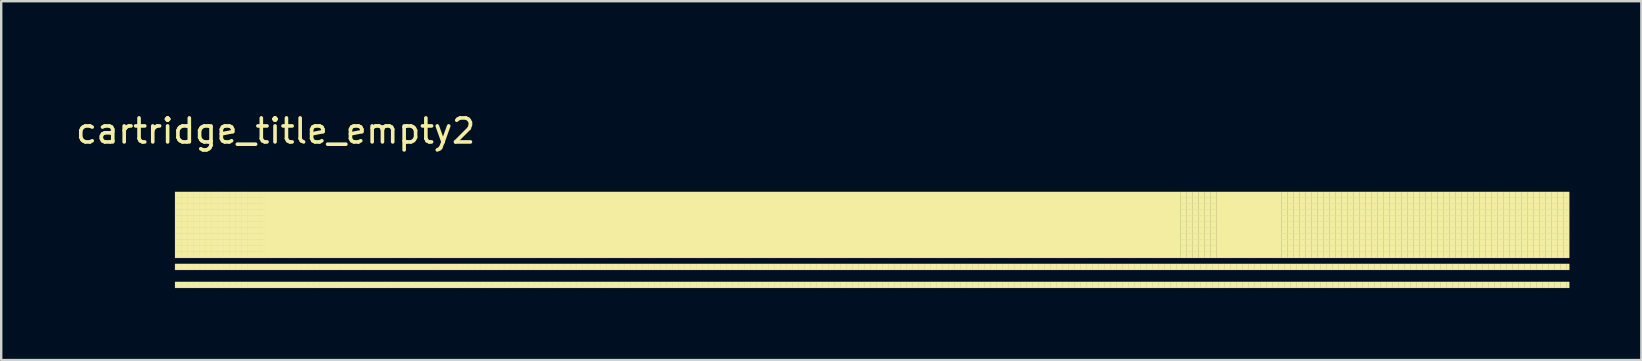
<source format=kicad_pcb>
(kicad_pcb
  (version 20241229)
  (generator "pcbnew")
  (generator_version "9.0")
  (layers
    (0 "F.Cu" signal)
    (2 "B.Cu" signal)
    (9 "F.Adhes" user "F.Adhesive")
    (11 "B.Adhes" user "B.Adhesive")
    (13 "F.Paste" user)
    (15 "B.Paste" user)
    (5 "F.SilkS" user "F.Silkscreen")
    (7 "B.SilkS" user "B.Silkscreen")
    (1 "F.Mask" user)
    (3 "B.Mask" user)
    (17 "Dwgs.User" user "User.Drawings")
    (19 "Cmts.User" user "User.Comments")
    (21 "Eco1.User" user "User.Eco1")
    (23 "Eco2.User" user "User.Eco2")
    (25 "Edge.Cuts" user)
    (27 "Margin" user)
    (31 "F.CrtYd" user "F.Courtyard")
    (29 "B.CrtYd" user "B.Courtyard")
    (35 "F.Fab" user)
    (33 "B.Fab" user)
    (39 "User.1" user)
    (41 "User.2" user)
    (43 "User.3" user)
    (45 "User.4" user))
  (footprint "cartridge_title_empty2"
    (layer "F.Cu")
    (at 8.435 0.25)
    (property "Reference" "cartridge_title_empty2" (at 0 2.159 0) (layer "F.SilkS") (effects (font (size 1 1) (thickness 0.15))))
    (attr through_hole)
    (fp_poly (pts (xy -4.191 4.699) (xy -3.941 4.699) (xy -3.941 4.949) (xy -4.191 4.949) (xy -4.191 4.699)) (stroke (width 0.01) (type solid)) (fill yes) (layer "F.SilkS"))
    (fp_poly (pts (xy -4.191 4.949) (xy -3.941 4.949) (xy -3.941 5.199) (xy -4.191 5.199) (xy -4.191 4.949)) (stroke (width 0.01) (type solid)) (fill yes) (layer "F.SilkS"))
    (fp_poly (pts (xy -4.191 5.199) (xy -3.941 5.199) (xy -3.941 5.449) (xy -4.191 5.449) (xy -4.191 5.199)) (stroke (width 0.01) (type solid)) (fill yes) (layer "F.SilkS"))
    (fp_poly (pts (xy -4.191 5.449) (xy -3.941 5.449) (xy -3.941 5.699) (xy -4.191 5.699) (xy -4.191 5.449)) (stroke (width 0.01) (type solid)) (fill yes) (layer "F.SilkS"))
    (fp_poly (pts (xy -4.191 5.699) (xy -3.941 5.699) (xy -3.941 5.949) (xy -4.191 5.949) (xy -4.191 5.699)) (stroke (width 0.01) (type solid)) (fill yes) (layer "F.SilkS"))
    (fp_poly (pts (xy -4.191 5.949) (xy -3.941 5.949) (xy -3.941 6.199) (xy -4.191 6.199) (xy -4.191 5.949)) (stroke (width 0.01) (type solid)) (fill yes) (layer "F.SilkS"))
    (fp_poly (pts (xy -4.191 6.199) (xy -3.941 6.199) (xy -3.941 6.449) (xy -4.191 6.449) (xy -4.191 6.199)) (stroke (width 0.01) (type solid)) (fill yes) (layer "F.SilkS"))
    (fp_poly (pts (xy -4.191 6.449) (xy -3.941 6.449) (xy -3.941 6.699) (xy -4.191 6.699) (xy -4.191 6.449)) (stroke (width 0.01) (type solid)) (fill yes) (layer "F.SilkS"))
    (fp_poly (pts (xy -4.191 6.699) (xy -3.941 6.699) (xy -3.941 6.949) (xy -4.191 6.949) (xy -4.191 6.699)) (stroke (width 0.01) (type solid)) (fill yes) (layer "F.SilkS"))
    (fp_poly (pts (xy -4.191 6.949) (xy -3.941 6.949) (xy -3.941 7.199) (xy -4.191 7.199) (xy -4.191 6.949)) (stroke (width 0.01) (type solid)) (fill yes) (layer "F.SilkS"))
    (fp_poly (pts (xy -4.191 7.199) (xy -3.941 7.199) (xy -3.941 7.449) (xy -4.191 7.449) (xy -4.191 7.199)) (stroke (width 0.01) (type solid)) (fill yes) (layer "F.SilkS"))
    (fp_poly (pts (xy -4.191 7.699) (xy -3.941 7.699) (xy -3.941 7.949) (xy -4.191 7.949) (xy -4.191 7.699)) (stroke (width 0.01) (type solid)) (fill yes) (layer "F.SilkS"))
    (fp_poly (pts (xy -4.191 8.449) (xy -3.941 8.449) (xy -3.941 8.699) (xy -4.191 8.699) (xy -4.191 8.449)) (stroke (width 0.01) (type solid)) (fill yes) (layer "F.SilkS"))
    (fp_poly (pts (xy -3.941 4.699) (xy -3.691 4.699) (xy -3.691 4.949) (xy -3.941 4.949) (xy -3.941 4.699)) (stroke (width 0.01) (type solid)) (fill yes) (layer "F.SilkS"))
    (fp_poly (pts (xy -3.941 4.949) (xy -3.691 4.949) (xy -3.691 5.199) (xy -3.941 5.199) (xy -3.941 4.949)) (stroke (width 0.01) (type solid)) (fill yes) (layer "F.SilkS"))
    (fp_poly (pts (xy -3.941 5.199) (xy -3.691 5.199) (xy -3.691 5.449) (xy -3.941 5.449) (xy -3.941 5.199)) (stroke (width 0.01) (type solid)) (fill yes) (layer "F.SilkS"))
    (fp_poly (pts (xy -3.941 5.449) (xy -3.691 5.449) (xy -3.691 5.699) (xy -3.941 5.699) (xy -3.941 5.449)) (stroke (width 0.01) (type solid)) (fill yes) (layer "F.SilkS"))
    (fp_poly (pts (xy -3.941 5.699) (xy -3.691 5.699) (xy -3.691 5.949) (xy -3.941 5.949) (xy -3.941 5.699)) (stroke (width 0.01) (type solid)) (fill yes) (layer "F.SilkS"))
    (fp_poly (pts (xy -3.941 5.949) (xy -3.691 5.949) (xy -3.691 6.199) (xy -3.941 6.199) (xy -3.941 5.949)) (stroke (width 0.01) (type solid)) (fill yes) (layer "F.SilkS"))
    (fp_poly (pts (xy -3.941 6.199) (xy -3.691 6.199) (xy -3.691 6.449) (xy -3.941 6.449) (xy -3.941 6.199)) (stroke (width 0.01) (type solid)) (fill yes) (layer "F.SilkS"))
    (fp_poly (pts (xy -3.941 6.449) (xy -3.691 6.449) (xy -3.691 6.699) (xy -3.941 6.699) (xy -3.941 6.449)) (stroke (width 0.01) (type solid)) (fill yes) (layer "F.SilkS"))
    (fp_poly (pts (xy -3.941 6.699) (xy -3.691 6.699) (xy -3.691 6.949) (xy -3.941 6.949) (xy -3.941 6.699)) (stroke (width 0.01) (type solid)) (fill yes) (layer "F.SilkS"))
    (fp_poly (pts (xy -3.941 6.949) (xy -3.691 6.949) (xy -3.691 7.199) (xy -3.941 7.199) (xy -3.941 6.949)) (stroke (width 0.01) (type solid)) (fill yes) (layer "F.SilkS"))
    (fp_poly (pts (xy -3.941 7.199) (xy -3.691 7.199) (xy -3.691 7.449) (xy -3.941 7.449) (xy -3.941 7.199)) (stroke (width 0.01) (type solid)) (fill yes) (layer "F.SilkS"))
    (fp_poly (pts (xy -3.941 7.699) (xy -3.691 7.699) (xy -3.691 7.949) (xy -3.941 7.949) (xy -3.941 7.699)) (stroke (width 0.01) (type solid)) (fill yes) (layer "F.SilkS"))
    (fp_poly (pts (xy -3.941 8.449) (xy -3.691 8.449) (xy -3.691 8.699) (xy -3.941 8.699) (xy -3.941 8.449)) (stroke (width 0.01) (type solid)) (fill yes) (layer "F.SilkS"))
    (fp_poly (pts (xy -3.691 4.699) (xy -3.441 4.699) (xy -3.441 4.949) (xy -3.691 4.949) (xy -3.691 4.699)) (stroke (width 0.01) (type solid)) (fill yes) (layer "F.SilkS"))
    (fp_poly (pts (xy -3.691 4.949) (xy -3.441 4.949) (xy -3.441 5.199) (xy -3.691 5.199) (xy -3.691 4.949)) (stroke (width 0.01) (type solid)) (fill yes) (layer "F.SilkS"))
    (fp_poly (pts (xy -3.691 5.199) (xy -3.441 5.199) (xy -3.441 5.449) (xy -3.691 5.449) (xy -3.691 5.199)) (stroke (width 0.01) (type solid)) (fill yes) (layer "F.SilkS"))
    (fp_poly (pts (xy -3.691 5.449) (xy -3.441 5.449) (xy -3.441 5.699) (xy -3.691 5.699) (xy -3.691 5.449)) (stroke (width 0.01) (type solid)) (fill yes) (layer "F.SilkS"))
    (fp_poly (pts (xy -3.691 5.699) (xy -3.441 5.699) (xy -3.441 5.949) (xy -3.691 5.949) (xy -3.691 5.699)) (stroke (width 0.01) (type solid)) (fill yes) (layer "F.SilkS"))
    (fp_poly (pts (xy -3.691 5.949) (xy -3.441 5.949) (xy -3.441 6.199) (xy -3.691 6.199) (xy -3.691 5.949)) (stroke (width 0.01) (type solid)) (fill yes) (layer "F.SilkS"))
    (fp_poly (pts (xy -3.691 6.199) (xy -3.441 6.199) (xy -3.441 6.449) (xy -3.691 6.449) (xy -3.691 6.199)) (stroke (width 0.01) (type solid)) (fill yes) (layer "F.SilkS"))
    (fp_poly (pts (xy -3.691 6.449) (xy -3.441 6.449) (xy -3.441 6.699) (xy -3.691 6.699) (xy -3.691 6.449)) (stroke (width 0.01) (type solid)) (fill yes) (layer "F.SilkS"))
    (fp_poly (pts (xy -3.691 6.699) (xy -3.441 6.699) (xy -3.441 6.949) (xy -3.691 6.949) (xy -3.691 6.699)) (stroke (width 0.01) (type solid)) (fill yes) (layer "F.SilkS"))
    (fp_poly (pts (xy -3.691 6.949) (xy -3.441 6.949) (xy -3.441 7.199) (xy -3.691 7.199) (xy -3.691 6.949)) (stroke (width 0.01) (type solid)) (fill yes) (layer "F.SilkS"))
    (fp_poly (pts (xy -3.691 7.199) (xy -3.441 7.199) (xy -3.441 7.449) (xy -3.691 7.449) (xy -3.691 7.199)) (stroke (width 0.01) (type solid)) (fill yes) (layer "F.SilkS"))
    (fp_poly (pts (xy -3.691 7.699) (xy -3.441 7.699) (xy -3.441 7.949) (xy -3.691 7.949) (xy -3.691 7.699)) (stroke (width 0.01) (type solid)) (fill yes) (layer "F.SilkS"))
    (fp_poly (pts (xy -3.691 8.449) (xy -3.441 8.449) (xy -3.441 8.699) (xy -3.691 8.699) (xy -3.691 8.449)) (stroke (width 0.01) (type solid)) (fill yes) (layer "F.SilkS"))
    (fp_poly (pts (xy -3.441 4.699) (xy -3.191 4.699) (xy -3.191 4.949) (xy -3.441 4.949) (xy -3.441 4.699)) (stroke (width 0.01) (type solid)) (fill yes) (layer "F.SilkS"))
    (fp_poly (pts (xy -3.441 4.949) (xy -3.191 4.949) (xy -3.191 5.199) (xy -3.441 5.199) (xy -3.441 4.949)) (stroke (width 0.01) (type solid)) (fill yes) (layer "F.SilkS"))
    (fp_poly (pts (xy -3.441 5.199) (xy -3.191 5.199) (xy -3.191 5.449) (xy -3.441 5.449) (xy -3.441 5.199)) (stroke (width 0.01) (type solid)) (fill yes) (layer "F.SilkS"))
    (fp_poly (pts (xy -3.441 5.449) (xy -3.191 5.449) (xy -3.191 5.699) (xy -3.441 5.699) (xy -3.441 5.449)) (stroke (width 0.01) (type solid)) (fill yes) (layer "F.SilkS"))
    (fp_poly (pts (xy -3.441 5.699) (xy -3.191 5.699) (xy -3.191 5.949) (xy -3.441 5.949) (xy -3.441 5.699)) (stroke (width 0.01) (type solid)) (fill yes) (layer "F.SilkS"))
    (fp_poly (pts (xy -3.441 5.949) (xy -3.191 5.949) (xy -3.191 6.199) (xy -3.441 6.199) (xy -3.441 5.949)) (stroke (width 0.01) (type solid)) (fill yes) (layer "F.SilkS"))
    (fp_poly (pts (xy -3.441 6.199) (xy -3.191 6.199) (xy -3.191 6.449) (xy -3.441 6.449) (xy -3.441 6.199)) (stroke (width 0.01) (type solid)) (fill yes) (layer "F.SilkS"))
    (fp_poly (pts (xy -3.441 6.449) (xy -3.191 6.449) (xy -3.191 6.699) (xy -3.441 6.699) (xy -3.441 6.449)) (stroke (width 0.01) (type solid)) (fill yes) (layer "F.SilkS"))
    (fp_poly (pts (xy -3.441 6.699) (xy -3.191 6.699) (xy -3.191 6.949) (xy -3.441 6.949) (xy -3.441 6.699)) (stroke (width 0.01) (type solid)) (fill yes) (layer "F.SilkS"))
    (fp_poly (pts (xy -3.441 6.949) (xy -3.191 6.949) (xy -3.191 7.199) (xy -3.441 7.199) (xy -3.441 6.949)) (stroke (width 0.01) (type solid)) (fill yes) (layer "F.SilkS"))
    (fp_poly (pts (xy -3.441 7.199) (xy -3.191 7.199) (xy -3.191 7.449) (xy -3.441 7.449) (xy -3.441 7.199)) (stroke (width 0.01) (type solid)) (fill yes) (layer "F.SilkS"))
    (fp_poly (pts (xy -3.441 7.699) (xy -3.191 7.699) (xy -3.191 7.949) (xy -3.441 7.949) (xy -3.441 7.699)) (stroke (width 0.01) (type solid)) (fill yes) (layer "F.SilkS"))
    (fp_poly (pts (xy -3.441 8.449) (xy -3.191 8.449) (xy -3.191 8.699) (xy -3.441 8.699) (xy -3.441 8.449)) (stroke (width 0.01) (type solid)) (fill yes) (layer "F.SilkS"))
    (fp_poly (pts (xy -3.191 4.699) (xy -2.941 4.699) (xy -2.941 4.949) (xy -3.191 4.949) (xy -3.191 4.699)) (stroke (width 0.01) (type solid)) (fill yes) (layer "F.SilkS"))
    (fp_poly (pts (xy -3.191 4.949) (xy -2.941 4.949) (xy -2.941 5.199) (xy -3.191 5.199) (xy -3.191 4.949)) (stroke (width 0.01) (type solid)) (fill yes) (layer "F.SilkS"))
    (fp_poly (pts (xy -3.191 5.199) (xy -2.941 5.199) (xy -2.941 5.449) (xy -3.191 5.449) (xy -3.191 5.199)) (stroke (width 0.01) (type solid)) (fill yes) (layer "F.SilkS"))
    (fp_poly (pts (xy -3.191 5.449) (xy -2.941 5.449) (xy -2.941 5.699) (xy -3.191 5.699) (xy -3.191 5.449)) (stroke (width 0.01) (type solid)) (fill yes) (layer "F.SilkS"))
    (fp_poly (pts (xy -3.191 5.699) (xy -2.941 5.699) (xy -2.941 5.949) (xy -3.191 5.949) (xy -3.191 5.699)) (stroke (width 0.01) (type solid)) (fill yes) (layer "F.SilkS"))
    (fp_poly (pts (xy -3.191 5.949) (xy -2.941 5.949) (xy -2.941 6.199) (xy -3.191 6.199) (xy -3.191 5.949)) (stroke (width 0.01) (type solid)) (fill yes) (layer "F.SilkS"))
    (fp_poly (pts (xy -3.191 6.199) (xy -2.941 6.199) (xy -2.941 6.449) (xy -3.191 6.449) (xy -3.191 6.199)) (stroke (width 0.01) (type solid)) (fill yes) (layer "F.SilkS"))
    (fp_poly (pts (xy -3.191 6.449) (xy -2.941 6.449) (xy -2.941 6.699) (xy -3.191 6.699) (xy -3.191 6.449)) (stroke (width 0.01) (type solid)) (fill yes) (layer "F.SilkS"))
    (fp_poly (pts (xy -3.191 6.699) (xy -2.941 6.699) (xy -2.941 6.949) (xy -3.191 6.949) (xy -3.191 6.699)) (stroke (width 0.01) (type solid)) (fill yes) (layer "F.SilkS"))
    (fp_poly (pts (xy -3.191 6.949) (xy -2.941 6.949) (xy -2.941 7.199) (xy -3.191 7.199) (xy -3.191 6.949)) (stroke (width 0.01) (type solid)) (fill yes) (layer "F.SilkS"))
    (fp_poly (pts (xy -3.191 7.199) (xy -2.941 7.199) (xy -2.941 7.449) (xy -3.191 7.449) (xy -3.191 7.199)) (stroke (width 0.01) (type solid)) (fill yes) (layer "F.SilkS"))
    (fp_poly (pts (xy -3.191 7.699) (xy -2.941 7.699) (xy -2.941 7.949) (xy -3.191 7.949) (xy -3.191 7.699)) (stroke (width 0.01) (type solid)) (fill yes) (layer "F.SilkS"))
    (fp_poly (pts (xy -3.191 8.449) (xy -2.941 8.449) (xy -2.941 8.699) (xy -3.191 8.699) (xy -3.191 8.449)) (stroke (width 0.01) (type solid)) (fill yes) (layer "F.SilkS"))
    (fp_poly (pts (xy -2.941 4.699) (xy -2.691 4.699) (xy -2.691 4.949) (xy -2.941 4.949) (xy -2.941 4.699)) (stroke (width 0.01) (type solid)) (fill yes) (layer "F.SilkS"))
    (fp_poly (pts (xy -2.941 4.949) (xy -2.691 4.949) (xy -2.691 5.199) (xy -2.941 5.199) (xy -2.941 4.949)) (stroke (width 0.01) (type solid)) (fill yes) (layer "F.SilkS"))
    (fp_poly (pts (xy -2.941 5.199) (xy -2.691 5.199) (xy -2.691 5.449) (xy -2.941 5.449) (xy -2.941 5.199)) (stroke (width 0.01) (type solid)) (fill yes) (layer "F.SilkS"))
    (fp_poly (pts (xy -2.941 5.449) (xy -2.691 5.449) (xy -2.691 5.699) (xy -2.941 5.699) (xy -2.941 5.449)) (stroke (width 0.01) (type solid)) (fill yes) (layer "F.SilkS"))
    (fp_poly (pts (xy -2.941 5.699) (xy -2.691 5.699) (xy -2.691 5.949) (xy -2.941 5.949) (xy -2.941 5.699)) (stroke (width 0.01) (type solid)) (fill yes) (layer "F.SilkS"))
    (fp_poly (pts (xy -2.941 5.949) (xy -2.691 5.949) (xy -2.691 6.199) (xy -2.941 6.199) (xy -2.941 5.949)) (stroke (width 0.01) (type solid)) (fill yes) (layer "F.SilkS"))
    (fp_poly (pts (xy -2.941 6.199) (xy -2.691 6.199) (xy -2.691 6.449) (xy -2.941 6.449) (xy -2.941 6.199)) (stroke (width 0.01) (type solid)) (fill yes) (layer "F.SilkS"))
    (fp_poly (pts (xy -2.941 6.449) (xy -2.691 6.449) (xy -2.691 6.699) (xy -2.941 6.699) (xy -2.941 6.449)) (stroke (width 0.01) (type solid)) (fill yes) (layer "F.SilkS"))
    (fp_poly (pts (xy -2.941 6.699) (xy -2.691 6.699) (xy -2.691 6.949) (xy -2.941 6.949) (xy -2.941 6.699)) (stroke (width 0.01) (type solid)) (fill yes) (layer "F.SilkS"))
    (fp_poly (pts (xy -2.941 6.949) (xy -2.691 6.949) (xy -2.691 7.199) (xy -2.941 7.199) (xy -2.941 6.949)) (stroke (width 0.01) (type solid)) (fill yes) (layer "F.SilkS"))
    (fp_poly (pts (xy -2.941 7.199) (xy -2.691 7.199) (xy -2.691 7.449) (xy -2.941 7.449) (xy -2.941 7.199)) (stroke (width 0.01) (type solid)) (fill yes) (layer "F.SilkS"))
    (fp_poly (pts (xy -2.941 7.699) (xy -2.691 7.699) (xy -2.691 7.949) (xy -2.941 7.949) (xy -2.941 7.699)) (stroke (width 0.01) (type solid)) (fill yes) (layer "F.SilkS"))
    (fp_poly (pts (xy -2.941 8.449) (xy -2.691 8.449) (xy -2.691 8.699) (xy -2.941 8.699) (xy -2.941 8.449)) (stroke (width 0.01) (type solid)) (fill yes) (layer "F.SilkS"))
    (fp_poly (pts (xy -2.691 4.699) (xy -2.441 4.699) (xy -2.441 4.949) (xy -2.691 4.949) (xy -2.691 4.699)) (stroke (width 0.01) (type solid)) (fill yes) (layer "F.SilkS"))
    (fp_poly (pts (xy -2.691 4.949) (xy -2.441 4.949) (xy -2.441 5.199) (xy -2.691 5.199) (xy -2.691 4.949)) (stroke (width 0.01) (type solid)) (fill yes) (layer "F.SilkS"))
    (fp_poly (pts (xy -2.691 5.199) (xy -2.441 5.199) (xy -2.441 5.449) (xy -2.691 5.449) (xy -2.691 5.199)) (stroke (width 0.01) (type solid)) (fill yes) (layer "F.SilkS"))
    (fp_poly (pts (xy -2.691 5.449) (xy -2.441 5.449) (xy -2.441 5.699) (xy -2.691 5.699) (xy -2.691 5.449)) (stroke (width 0.01) (type solid)) (fill yes) (layer "F.SilkS"))
    (fp_poly (pts (xy -2.691 5.699) (xy -2.441 5.699) (xy -2.441 5.949) (xy -2.691 5.949) (xy -2.691 5.699)) (stroke (width 0.01) (type solid)) (fill yes) (layer "F.SilkS"))
    (fp_poly (pts (xy -2.691 5.949) (xy -2.441 5.949) (xy -2.441 6.199) (xy -2.691 6.199) (xy -2.691 5.949)) (stroke (width 0.01) (type solid)) (fill yes) (layer "F.SilkS"))
    (fp_poly (pts (xy -2.691 6.199) (xy -2.441 6.199) (xy -2.441 6.449) (xy -2.691 6.449) (xy -2.691 6.199)) (stroke (width 0.01) (type solid)) (fill yes) (layer "F.SilkS"))
    (fp_poly (pts (xy -2.691 6.449) (xy -2.441 6.449) (xy -2.441 6.699) (xy -2.691 6.699) (xy -2.691 6.449)) (stroke (width 0.01) (type solid)) (fill yes) (layer "F.SilkS"))
    (fp_poly (pts (xy -2.691 6.699) (xy -2.441 6.699) (xy -2.441 6.949) (xy -2.691 6.949) (xy -2.691 6.699)) (stroke (width 0.01) (type solid)) (fill yes) (layer "F.SilkS"))
    (fp_poly (pts (xy -2.691 6.949) (xy -2.441 6.949) (xy -2.441 7.199) (xy -2.691 7.199) (xy -2.691 6.949)) (stroke (width 0.01) (type solid)) (fill yes) (layer "F.SilkS"))
    (fp_poly (pts (xy -2.691 7.199) (xy -2.441 7.199) (xy -2.441 7.449) (xy -2.691 7.449) (xy -2.691 7.199)) (stroke (width 0.01) (type solid)) (fill yes) (layer "F.SilkS"))
    (fp_poly (pts (xy -2.691 7.699) (xy -2.441 7.699) (xy -2.441 7.949) (xy -2.691 7.949) (xy -2.691 7.699)) (stroke (width 0.01) (type solid)) (fill yes) (layer "F.SilkS"))
    (fp_poly (pts (xy -2.691 8.449) (xy -2.441 8.449) (xy -2.441 8.699) (xy -2.691 8.699) (xy -2.691 8.449)) (stroke (width 0.01) (type solid)) (fill yes) (layer "F.SilkS"))
    (fp_poly (pts (xy -2.441 4.699) (xy -2.191 4.699) (xy -2.191 4.949) (xy -2.441 4.949) (xy -2.441 4.699)) (stroke (width 0.01) (type solid)) (fill yes) (layer "F.SilkS"))
    (fp_poly (pts (xy -2.441 4.949) (xy -2.191 4.949) (xy -2.191 5.199) (xy -2.441 5.199) (xy -2.441 4.949)) (stroke (width 0.01) (type solid)) (fill yes) (layer "F.SilkS"))
    (fp_poly (pts (xy -2.441 5.199) (xy -2.191 5.199) (xy -2.191 5.449) (xy -2.441 5.449) (xy -2.441 5.199)) (stroke (width 0.01) (type solid)) (fill yes) (layer "F.SilkS"))
    (fp_poly (pts (xy -2.441 5.449) (xy -2.191 5.449) (xy -2.191 5.699) (xy -2.441 5.699) (xy -2.441 5.449)) (stroke (width 0.01) (type solid)) (fill yes) (layer "F.SilkS"))
    (fp_poly (pts (xy -2.441 5.699) (xy -2.191 5.699) (xy -2.191 5.949) (xy -2.441 5.949) (xy -2.441 5.699)) (stroke (width 0.01) (type solid)) (fill yes) (layer "F.SilkS"))
    (fp_poly (pts (xy -2.441 5.949) (xy -2.191 5.949) (xy -2.191 6.199) (xy -2.441 6.199) (xy -2.441 5.949)) (stroke (width 0.01) (type solid)) (fill yes) (layer "F.SilkS"))
    (fp_poly (pts (xy -2.441 6.199) (xy -2.191 6.199) (xy -2.191 6.449) (xy -2.441 6.449) (xy -2.441 6.199)) (stroke (width 0.01) (type solid)) (fill yes) (layer "F.SilkS"))
    (fp_poly (pts (xy -2.441 6.449) (xy -2.191 6.449) (xy -2.191 6.699) (xy -2.441 6.699) (xy -2.441 6.449)) (stroke (width 0.01) (type solid)) (fill yes) (layer "F.SilkS"))
    (fp_poly (pts (xy -2.441 6.699) (xy -2.191 6.699) (xy -2.191 6.949) (xy -2.441 6.949) (xy -2.441 6.699)) (stroke (width 0.01) (type solid)) (fill yes) (layer "F.SilkS"))
    (fp_poly (pts (xy -2.441 6.949) (xy -2.191 6.949) (xy -2.191 7.199) (xy -2.441 7.199) (xy -2.441 6.949)) (stroke (width 0.01) (type solid)) (fill yes) (layer "F.SilkS"))
    (fp_poly (pts (xy -2.441 7.199) (xy -2.191 7.199) (xy -2.191 7.449) (xy -2.441 7.449) (xy -2.441 7.199)) (stroke (width 0.01) (type solid)) (fill yes) (layer "F.SilkS"))
    (fp_poly (pts (xy -2.441 7.699) (xy -2.191 7.699) (xy -2.191 7.949) (xy -2.441 7.949) (xy -2.441 7.699)) (stroke (width 0.01) (type solid)) (fill yes) (layer "F.SilkS"))
    (fp_poly (pts (xy -2.441 8.449) (xy -2.191 8.449) (xy -2.191 8.699) (xy -2.441 8.699) (xy -2.441 8.449)) (stroke (width 0.01) (type solid)) (fill yes) (layer "F.SilkS"))
    (fp_poly (pts (xy -2.191 4.699) (xy -1.94 4.699) (xy -1.94 4.949) (xy -2.191 4.949) (xy -2.191 4.699)) (stroke (width 0.01) (type solid)) (fill yes) (layer "F.SilkS"))
    (fp_poly (pts (xy -2.191 4.949) (xy -1.94 4.949) (xy -1.94 5.199) (xy -2.191 5.199) (xy -2.191 4.949)) (stroke (width 0.01) (type solid)) (fill yes) (layer "F.SilkS"))
    (fp_poly (pts (xy -2.191 5.199) (xy -1.94 5.199) (xy -1.94 5.449) (xy -2.191 5.449) (xy -2.191 5.199)) (stroke (width 0.01) (type solid)) (fill yes) (layer "F.SilkS"))
    (fp_poly (pts (xy -2.191 5.449) (xy -1.94 5.449) (xy -1.94 5.699) (xy -2.191 5.699) (xy -2.191 5.449)) (stroke (width 0.01) (type solid)) (fill yes) (layer "F.SilkS"))
    (fp_poly (pts (xy -2.191 5.699) (xy -1.94 5.699) (xy -1.94 5.949) (xy -2.191 5.949) (xy -2.191 5.699)) (stroke (width 0.01) (type solid)) (fill yes) (layer "F.SilkS"))
    (fp_poly (pts (xy -2.191 5.949) (xy -1.94 5.949) (xy -1.94 6.199) (xy -2.191 6.199) (xy -2.191 5.949)) (stroke (width 0.01) (type solid)) (fill yes) (layer "F.SilkS"))
    (fp_poly (pts (xy -2.191 6.199) (xy -1.94 6.199) (xy -1.94 6.449) (xy -2.191 6.449) (xy -2.191 6.199)) (stroke (width 0.01) (type solid)) (fill yes) (layer "F.SilkS"))
    (fp_poly (pts (xy -2.191 6.449) (xy -1.94 6.449) (xy -1.94 6.699) (xy -2.191 6.699) (xy -2.191 6.449)) (stroke (width 0.01) (type solid)) (fill yes) (layer "F.SilkS"))
    (fp_poly (pts (xy -2.191 6.699) (xy -1.94 6.699) (xy -1.94 6.949) (xy -2.191 6.949) (xy -2.191 6.699)) (stroke (width 0.01) (type solid)) (fill yes) (layer "F.SilkS"))
    (fp_poly (pts (xy -2.191 6.949) (xy -1.94 6.949) (xy -1.94 7.199) (xy -2.191 7.199) (xy -2.191 6.949)) (stroke (width 0.01) (type solid)) (fill yes) (layer "F.SilkS"))
    (fp_poly (pts (xy -2.191 7.199) (xy -1.94 7.199) (xy -1.94 7.449) (xy -2.191 7.449) (xy -2.191 7.199)) (stroke (width 0.01) (type solid)) (fill yes) (layer "F.SilkS"))
    (fp_poly (pts (xy -2.191 7.699) (xy -1.94 7.699) (xy -1.94 7.949) (xy -2.191 7.949) (xy -2.191 7.699)) (stroke (width 0.01) (type solid)) (fill yes) (layer "F.SilkS"))
    (fp_poly (pts (xy -2.191 8.449) (xy -1.94 8.449) (xy -1.94 8.699) (xy -2.191 8.699) (xy -2.191 8.449)) (stroke (width 0.01) (type solid)) (fill yes) (layer "F.SilkS"))
    (fp_poly (pts (xy -1.94 4.699) (xy -1.69 4.699) (xy -1.69 4.949) (xy -1.94 4.949) (xy -1.94 4.699)) (stroke (width 0.01) (type solid)) (fill yes) (layer "F.SilkS"))
    (fp_poly (pts (xy -1.94 4.949) (xy -1.69 4.949) (xy -1.69 5.199) (xy -1.94 5.199) (xy -1.94 4.949)) (stroke (width 0.01) (type solid)) (fill yes) (layer "F.SilkS"))
    (fp_poly (pts (xy -1.94 5.199) (xy -1.69 5.199) (xy -1.69 5.449) (xy -1.94 5.449) (xy -1.94 5.199)) (stroke (width 0.01) (type solid)) (fill yes) (layer "F.SilkS"))
    (fp_poly (pts (xy -1.94 5.449) (xy -1.69 5.449) (xy -1.69 5.699) (xy -1.94 5.699) (xy -1.94 5.449)) (stroke (width 0.01) (type solid)) (fill yes) (layer "F.SilkS"))
    (fp_poly (pts (xy -1.94 5.699) (xy -1.69 5.699) (xy -1.69 5.949) (xy -1.94 5.949) (xy -1.94 5.699)) (stroke (width 0.01) (type solid)) (fill yes) (layer "F.SilkS"))
    (fp_poly (pts (xy -1.94 5.949) (xy -1.69 5.949) (xy -1.69 6.199) (xy -1.94 6.199) (xy -1.94 5.949)) (stroke (width 0.01) (type solid)) (fill yes) (layer "F.SilkS"))
    (fp_poly (pts (xy -1.94 6.199) (xy -1.69 6.199) (xy -1.69 6.449) (xy -1.94 6.449) (xy -1.94 6.199)) (stroke (width 0.01) (type solid)) (fill yes) (layer "F.SilkS"))
    (fp_poly (pts (xy -1.94 6.449) (xy -1.69 6.449) (xy -1.69 6.699) (xy -1.94 6.699) (xy -1.94 6.449)) (stroke (width 0.01) (type solid)) (fill yes) (layer "F.SilkS"))
    (fp_poly (pts (xy -1.94 6.699) (xy -1.69 6.699) (xy -1.69 6.949) (xy -1.94 6.949) (xy -1.94 6.699)) (stroke (width 0.01) (type solid)) (fill yes) (layer "F.SilkS"))
    (fp_poly (pts (xy -1.94 6.949) (xy -1.69 6.949) (xy -1.69 7.199) (xy -1.94 7.199) (xy -1.94 6.949)) (stroke (width 0.01) (type solid)) (fill yes) (layer "F.SilkS"))
    (fp_poly (pts (xy -1.94 7.199) (xy -1.69 7.199) (xy -1.69 7.449) (xy -1.94 7.449) (xy -1.94 7.199)) (stroke (width 0.01) (type solid)) (fill yes) (layer "F.SilkS"))
    (fp_poly (pts (xy -1.94 7.699) (xy -1.69 7.699) (xy -1.69 7.949) (xy -1.94 7.949) (xy -1.94 7.699)) (stroke (width 0.01) (type solid)) (fill yes) (layer "F.SilkS"))
    (fp_poly (pts (xy -1.94 8.449) (xy -1.69 8.449) (xy -1.69 8.699) (xy -1.94 8.699) (xy -1.94 8.449)) (stroke (width 0.01) (type solid)) (fill yes) (layer "F.SilkS"))
    (fp_poly (pts (xy -1.69 4.699) (xy -1.44 4.699) (xy -1.44 4.949) (xy -1.69 4.949) (xy -1.69 4.699)) (stroke (width 0.01) (type solid)) (fill yes) (layer "F.SilkS"))
    (fp_poly (pts (xy -1.69 4.949) (xy -1.44 4.949) (xy -1.44 5.199) (xy -1.69 5.199) (xy -1.69 4.949)) (stroke (width 0.01) (type solid)) (fill yes) (layer "F.SilkS"))
    (fp_poly (pts (xy -1.69 5.199) (xy -1.44 5.199) (xy -1.44 5.449) (xy -1.69 5.449) (xy -1.69 5.199)) (stroke (width 0.01) (type solid)) (fill yes) (layer "F.SilkS"))
    (fp_poly (pts (xy -1.69 5.449) (xy -1.44 5.449) (xy -1.44 5.699) (xy -1.69 5.699) (xy -1.69 5.449)) (stroke (width 0.01) (type solid)) (fill yes) (layer "F.SilkS"))
    (fp_poly (pts (xy -1.69 5.699) (xy -1.44 5.699) (xy -1.44 5.949) (xy -1.69 5.949) (xy -1.69 5.699)) (stroke (width 0.01) (type solid)) (fill yes) (layer "F.SilkS"))
    (fp_poly (pts (xy -1.69 5.949) (xy -1.44 5.949) (xy -1.44 6.199) (xy -1.69 6.199) (xy -1.69 5.949)) (stroke (width 0.01) (type solid)) (fill yes) (layer "F.SilkS"))
    (fp_poly (pts (xy -1.69 6.199) (xy -1.44 6.199) (xy -1.44 6.449) (xy -1.69 6.449) (xy -1.69 6.199)) (stroke (width 0.01) (type solid)) (fill yes) (layer "F.SilkS"))
    (fp_poly (pts (xy -1.69 6.449) (xy -1.44 6.449) (xy -1.44 6.699) (xy -1.69 6.699) (xy -1.69 6.449)) (stroke (width 0.01) (type solid)) (fill yes) (layer "F.SilkS"))
    (fp_poly (pts (xy -1.69 6.699) (xy -1.44 6.699) (xy -1.44 6.949) (xy -1.69 6.949) (xy -1.69 6.699)) (stroke (width 0.01) (type solid)) (fill yes) (layer "F.SilkS"))
    (fp_poly (pts (xy -1.69 6.949) (xy -1.44 6.949) (xy -1.44 7.199) (xy -1.69 7.199) (xy -1.69 6.949)) (stroke (width 0.01) (type solid)) (fill yes) (layer "F.SilkS"))
    (fp_poly (pts (xy -1.69 7.199) (xy -1.44 7.199) (xy -1.44 7.449) (xy -1.69 7.449) (xy -1.69 7.199)) (stroke (width 0.01) (type solid)) (fill yes) (layer "F.SilkS"))
    (fp_poly (pts (xy -1.69 7.699) (xy -1.44 7.699) (xy -1.44 7.949) (xy -1.69 7.949) (xy -1.69 7.699)) (stroke (width 0.01) (type solid)) (fill yes) (layer "F.SilkS"))
    (fp_poly (pts (xy -1.69 8.449) (xy -1.44 8.449) (xy -1.44 8.699) (xy -1.69 8.699) (xy -1.69 8.449)) (stroke (width 0.01) (type solid)) (fill yes) (layer "F.SilkS"))
    (fp_poly (pts (xy -1.44 4.699) (xy -1.19 4.699) (xy -1.19 4.949) (xy -1.44 4.949) (xy -1.44 4.699)) (stroke (width 0.01) (type solid)) (fill yes) (layer "F.SilkS"))
    (fp_poly (pts (xy -1.44 4.949) (xy -1.19 4.949) (xy -1.19 5.199) (xy -1.44 5.199) (xy -1.44 4.949)) (stroke (width 0.01) (type solid)) (fill yes) (layer "F.SilkS"))
    (fp_poly (pts (xy -1.44 5.199) (xy -1.19 5.199) (xy -1.19 5.449) (xy -1.44 5.449) (xy -1.44 5.199)) (stroke (width 0.01) (type solid)) (fill yes) (layer "F.SilkS"))
    (fp_poly (pts (xy -1.44 5.449) (xy -1.19 5.449) (xy -1.19 5.699) (xy -1.44 5.699) (xy -1.44 5.449)) (stroke (width 0.01) (type solid)) (fill yes) (layer "F.SilkS"))
    (fp_poly (pts (xy -1.44 5.699) (xy -1.19 5.699) (xy -1.19 5.949) (xy -1.44 5.949) (xy -1.44 5.699)) (stroke (width 0.01) (type solid)) (fill yes) (layer "F.SilkS"))
    (fp_poly (pts (xy -1.44 5.949) (xy -1.19 5.949) (xy -1.19 6.199) (xy -1.44 6.199) (xy -1.44 5.949)) (stroke (width 0.01) (type solid)) (fill yes) (layer "F.SilkS"))
    (fp_poly (pts (xy -1.44 6.199) (xy -1.19 6.199) (xy -1.19 6.449) (xy -1.44 6.449) (xy -1.44 6.199)) (stroke (width 0.01) (type solid)) (fill yes) (layer "F.SilkS"))
    (fp_poly (pts (xy -1.44 6.449) (xy -1.19 6.449) (xy -1.19 6.699) (xy -1.44 6.699) (xy -1.44 6.449)) (stroke (width 0.01) (type solid)) (fill yes) (layer "F.SilkS"))
    (fp_poly (pts (xy -1.44 6.699) (xy -1.19 6.699) (xy -1.19 6.949) (xy -1.44 6.949) (xy -1.44 6.699)) (stroke (width 0.01) (type solid)) (fill yes) (layer "F.SilkS"))
    (fp_poly (pts (xy -1.44 6.949) (xy -1.19 6.949) (xy -1.19 7.199) (xy -1.44 7.199) (xy -1.44 6.949)) (stroke (width 0.01) (type solid)) (fill yes) (layer "F.SilkS"))
    (fp_poly (pts (xy -1.44 7.199) (xy -1.19 7.199) (xy -1.19 7.449) (xy -1.44 7.449) (xy -1.44 7.199)) (stroke (width 0.01) (type solid)) (fill yes) (layer "F.SilkS"))
    (fp_poly (pts (xy -1.44 7.699) (xy -1.19 7.699) (xy -1.19 7.949) (xy -1.44 7.949) (xy -1.44 7.699)) (stroke (width 0.01) (type solid)) (fill yes) (layer "F.SilkS"))
    (fp_poly (pts (xy -1.44 8.449) (xy -1.19 8.449) (xy -1.19 8.699) (xy -1.44 8.699) (xy -1.44 8.449)) (stroke (width 0.01) (type solid)) (fill yes) (layer "F.SilkS"))
    (fp_poly (pts (xy -1.19 4.699) (xy -0.941 4.699) (xy -0.941 4.949) (xy -1.19 4.949) (xy -1.19 4.699)) (stroke (width 0.01) (type solid)) (fill yes) (layer "F.SilkS"))
    (fp_poly (pts (xy -1.19 4.949) (xy -0.941 4.949) (xy -0.941 5.199) (xy -1.19 5.199) (xy -1.19 4.949)) (stroke (width 0.01) (type solid)) (fill yes) (layer "F.SilkS"))
    (fp_poly (pts (xy -1.19 5.199) (xy -0.941 5.199) (xy -0.941 5.449) (xy -1.19 5.449) (xy -1.19 5.199)) (stroke (width 0.01) (type solid)) (fill yes) (layer "F.SilkS"))
    (fp_poly (pts (xy -1.19 5.449) (xy -0.941 5.449) (xy -0.941 5.699) (xy -1.19 5.699) (xy -1.19 5.449)) (stroke (width 0.01) (type solid)) (fill yes) (layer "F.SilkS"))
    (fp_poly (pts (xy -1.19 5.699) (xy -0.941 5.699) (xy -0.941 5.949) (xy -1.19 5.949) (xy -1.19 5.699)) (stroke (width 0.01) (type solid)) (fill yes) (layer "F.SilkS"))
    (fp_poly (pts (xy -1.19 5.949) (xy -0.941 5.949) (xy -0.941 6.199) (xy -1.19 6.199) (xy -1.19 5.949)) (stroke (width 0.01) (type solid)) (fill yes) (layer "F.SilkS"))
    (fp_poly (pts (xy -1.19 6.199) (xy -0.941 6.199) (xy -0.941 6.449) (xy -1.19 6.449) (xy -1.19 6.199)) (stroke (width 0.01) (type solid)) (fill yes) (layer "F.SilkS"))
    (fp_poly (pts (xy -1.19 6.449) (xy -0.941 6.449) (xy -0.941 6.699) (xy -1.19 6.699) (xy -1.19 6.449)) (stroke (width 0.01) (type solid)) (fill yes) (layer "F.SilkS"))
    (fp_poly (pts (xy -1.19 6.699) (xy -0.941 6.699) (xy -0.941 6.949) (xy -1.19 6.949) (xy -1.19 6.699)) (stroke (width 0.01) (type solid)) (fill yes) (layer "F.SilkS"))
    (fp_poly (pts (xy -1.19 6.949) (xy -0.941 6.949) (xy -0.941 7.199) (xy -1.19 7.199) (xy -1.19 6.949)) (stroke (width 0.01) (type solid)) (fill yes) (layer "F.SilkS"))
    (fp_poly (pts (xy -1.19 7.199) (xy -0.941 7.199) (xy -0.941 7.449) (xy -1.19 7.449) (xy -1.19 7.199)) (stroke (width 0.01) (type solid)) (fill yes) (layer "F.SilkS"))
    (fp_poly (pts (xy -1.19 7.699) (xy -0.941 7.699) (xy -0.941 7.949) (xy -1.19 7.949) (xy -1.19 7.699)) (stroke (width 0.01) (type solid)) (fill yes) (layer "F.SilkS"))
    (fp_poly (pts (xy -1.19 8.449) (xy -0.941 8.449) (xy -0.941 8.699) (xy -1.19 8.699) (xy -1.19 8.449)) (stroke (width 0.01) (type solid)) (fill yes) (layer "F.SilkS"))
    (fp_poly (pts (xy -0.941 4.699) (xy -0.691 4.699) (xy -0.691 4.949) (xy -0.941 4.949) (xy -0.941 4.699)) (stroke (width 0.01) (type solid)) (fill yes) (layer "F.SilkS"))
    (fp_poly (pts (xy -0.941 4.949) (xy -0.691 4.949) (xy -0.691 5.199) (xy -0.941 5.199) (xy -0.941 4.949)) (stroke (width 0.01) (type solid)) (fill yes) (layer "F.SilkS"))
    (fp_poly (pts (xy -0.941 5.199) (xy -0.691 5.199) (xy -0.691 5.449) (xy -0.941 5.449) (xy -0.941 5.199)) (stroke (width 0.01) (type solid)) (fill yes) (layer "F.SilkS"))
    (fp_poly (pts (xy -0.941 5.449) (xy -0.691 5.449) (xy -0.691 5.699) (xy -0.941 5.699) (xy -0.941 5.449)) (stroke (width 0.01) (type solid)) (fill yes) (layer "F.SilkS"))
    (fp_poly (pts (xy -0.941 5.699) (xy -0.691 5.699) (xy -0.691 5.949) (xy -0.941 5.949) (xy -0.941 5.699)) (stroke (width 0.01) (type solid)) (fill yes) (layer "F.SilkS"))
    (fp_poly (pts (xy -0.941 5.949) (xy -0.691 5.949) (xy -0.691 6.199) (xy -0.941 6.199) (xy -0.941 5.949)) (stroke (width 0.01) (type solid)) (fill yes) (layer "F.SilkS"))
    (fp_poly (pts (xy -0.941 6.199) (xy -0.691 6.199) (xy -0.691 6.449) (xy -0.941 6.449) (xy -0.941 6.199)) (stroke (width 0.01) (type solid)) (fill yes) (layer "F.SilkS"))
    (fp_poly (pts (xy -0.941 6.449) (xy -0.691 6.449) (xy -0.691 6.699) (xy -0.941 6.699) (xy -0.941 6.449)) (stroke (width 0.01) (type solid)) (fill yes) (layer "F.SilkS"))
    (fp_poly (pts (xy -0.941 6.699) (xy -0.691 6.699) (xy -0.691 6.949) (xy -0.941 6.949) (xy -0.941 6.699)) (stroke (width 0.01) (type solid)) (fill yes) (layer "F.SilkS"))
    (fp_poly (pts (xy -0.941 6.949) (xy -0.691 6.949) (xy -0.691 7.199) (xy -0.941 7.199) (xy -0.941 6.949)) (stroke (width 0.01) (type solid)) (fill yes) (layer "F.SilkS"))
    (fp_poly (pts (xy -0.941 7.199) (xy -0.691 7.199) (xy -0.691 7.449) (xy -0.941 7.449) (xy -0.941 7.199)) (stroke (width 0.01) (type solid)) (fill yes) (layer "F.SilkS"))
    (fp_poly (pts (xy -0.941 7.699) (xy -0.691 7.699) (xy -0.691 7.949) (xy -0.941 7.949) (xy -0.941 7.699)) (stroke (width 0.01) (type solid)) (fill yes) (layer "F.SilkS"))
    (fp_poly (pts (xy -0.941 8.449) (xy -0.691 8.449) (xy -0.691 8.699) (xy -0.941 8.699) (xy -0.941 8.449)) (stroke (width 0.01) (type solid)) (fill yes) (layer "F.SilkS"))
    (fp_poly (pts (xy -0.691 4.699) (xy -0.441 4.699) (xy -0.441 4.949) (xy -0.691 4.949) (xy -0.691 4.699)) (stroke (width 0.01) (type solid)) (fill yes) (layer "F.SilkS"))
    (fp_poly (pts (xy -0.691 4.949) (xy -0.441 4.949) (xy -0.441 5.199) (xy -0.691 5.199) (xy -0.691 4.949)) (stroke (width 0.01) (type solid)) (fill yes) (layer "F.SilkS"))
    (fp_poly (pts (xy -0.691 5.199) (xy -0.441 5.199) (xy -0.441 5.449) (xy -0.691 5.449) (xy -0.691 5.199)) (stroke (width 0.01) (type solid)) (fill yes) (layer "F.SilkS"))
    (fp_poly (pts (xy -0.691 5.449) (xy -0.441 5.449) (xy -0.441 5.699) (xy -0.691 5.699) (xy -0.691 5.449)) (stroke (width 0.01) (type solid)) (fill yes) (layer "F.SilkS"))
    (fp_poly (pts (xy -0.691 5.699) (xy -0.441 5.699) (xy -0.441 5.949) (xy -0.691 5.949) (xy -0.691 5.699)) (stroke (width 0.01) (type solid)) (fill yes) (layer "F.SilkS"))
    (fp_poly (pts (xy -0.691 5.949) (xy -0.441 5.949) (xy -0.441 6.199) (xy -0.691 6.199) (xy -0.691 5.949)) (stroke (width 0.01) (type solid)) (fill yes) (layer "F.SilkS"))
    (fp_poly (pts (xy -0.691 6.199) (xy -0.441 6.199) (xy -0.441 6.449) (xy -0.691 6.449) (xy -0.691 6.199)) (stroke (width 0.01) (type solid)) (fill yes) (layer "F.SilkS"))
    (fp_poly (pts (xy -0.691 6.449) (xy -0.441 6.449) (xy -0.441 6.699) (xy -0.691 6.699) (xy -0.691 6.449)) (stroke (width 0.01) (type solid)) (fill yes) (layer "F.SilkS"))
    (fp_poly (pts (xy -0.691 6.699) (xy -0.441 6.699) (xy -0.441 6.949) (xy -0.691 6.949) (xy -0.691 6.699)) (stroke (width 0.01) (type solid)) (fill yes) (layer "F.SilkS"))
    (fp_poly (pts (xy -0.691 6.949) (xy -0.441 6.949) (xy -0.441 7.199) (xy -0.691 7.199) (xy -0.691 6.949)) (stroke (width 0.01) (type solid)) (fill yes) (layer "F.SilkS"))
    (fp_poly (pts (xy -0.691 7.199) (xy -0.441 7.199) (xy -0.441 7.449) (xy -0.691 7.449) (xy -0.691 7.199)) (stroke (width 0.01) (type solid)) (fill yes) (layer "F.SilkS"))
    (fp_poly (pts (xy -0.691 7.699) (xy -0.441 7.699) (xy -0.441 7.949) (xy -0.691 7.949) (xy -0.691 7.699)) (stroke (width 0.01) (type solid)) (fill yes) (layer "F.SilkS"))
    (fp_poly (pts (xy -0.691 8.449) (xy -0.441 8.449) (xy -0.441 8.699) (xy -0.691 8.699) (xy -0.691 8.449)) (stroke (width 0.01) (type solid)) (fill yes) (layer "F.SilkS"))
    (fp_poly (pts (xy -0.441 4.699) (xy 37.719 4.699) (xy 37.719 7.449) (xy -0.441 7.449) (xy -0.441 4.699)) (stroke (width 0.01) (type solid)) (fill yes) (layer "F.SilkS"))
    (fp_poly (pts (xy -0.441 7.699) (xy -0.191 7.699) (xy -0.191 7.949) (xy -0.441 7.949) (xy -0.441 7.699)) (stroke (width 0.01) (type solid)) (fill yes) (layer "F.SilkS"))
    (fp_poly (pts (xy -0.441 8.449) (xy -0.191 8.449) (xy -0.191 8.699) (xy -0.441 8.699) (xy -0.441 8.449)) (stroke (width 0.01) (type solid)) (fill yes) (layer "F.SilkS"))
    (fp_poly (pts (xy -0.191 7.699) (xy 0.059 7.699) (xy 0.059 7.949) (xy -0.191 7.949) (xy -0.191 7.699)) (stroke (width 0.01) (type solid)) (fill yes) (layer "F.SilkS"))
    (fp_poly (pts (xy -0.191 8.449) (xy 0.059 8.449) (xy 0.059 8.699) (xy -0.191 8.699) (xy -0.191 8.449)) (stroke (width 0.01) (type solid)) (fill yes) (layer "F.SilkS"))
    (fp_poly (pts (xy 0.059 7.699) (xy 0.309 7.699) (xy 0.309 7.949) (xy 0.059 7.949) (xy 0.059 7.699)) (stroke (width 0.01) (type solid)) (fill yes) (layer "F.SilkS"))
    (fp_poly (pts (xy 0.059 8.449) (xy 0.309 8.449) (xy 0.309 8.699) (xy 0.059 8.699) (xy 0.059 8.449)) (stroke (width 0.01) (type solid)) (fill yes) (layer "F.SilkS"))
    (fp_poly (pts (xy 0.309 7.699) (xy 0.559 7.699) (xy 0.559 7.949) (xy 0.309 7.949) (xy 0.309 7.699)) (stroke (width 0.01) (type solid)) (fill yes) (layer "F.SilkS"))
    (fp_poly (pts (xy 0.309 8.449) (xy 0.559 8.449) (xy 0.559 8.699) (xy 0.309 8.699) (xy 0.309 8.449)) (stroke (width 0.01) (type solid)) (fill yes) (layer "F.SilkS"))
    (fp_poly (pts (xy 0.559 7.699) (xy 0.809 7.699) (xy 0.809 7.949) (xy 0.559 7.949) (xy 0.559 7.699)) (stroke (width 0.01) (type solid)) (fill yes) (layer "F.SilkS"))
    (fp_poly (pts (xy 0.559 8.449) (xy 0.809 8.449) (xy 0.809 8.699) (xy 0.559 8.699) (xy 0.559 8.449)) (stroke (width 0.01) (type solid)) (fill yes) (layer "F.SilkS"))
    (fp_poly (pts (xy 0.809 7.699) (xy 1.06 7.699) (xy 1.06 7.949) (xy 0.809 7.949) (xy 0.809 7.699)) (stroke (width 0.01) (type solid)) (fill yes) (layer "F.SilkS"))
    (fp_poly (pts (xy 0.809 8.449) (xy 1.06 8.449) (xy 1.06 8.699) (xy 0.809 8.699) (xy 0.809 8.449)) (stroke (width 0.01) (type solid)) (fill yes) (layer "F.SilkS"))
    (fp_poly (pts (xy 1.06 7.699) (xy 1.31 7.699) (xy 1.31 7.949) (xy 1.06 7.949) (xy 1.06 7.699)) (stroke (width 0.01) (type solid)) (fill yes) (layer "F.SilkS"))
    (fp_poly (pts (xy 1.06 8.449) (xy 1.31 8.449) (xy 1.31 8.699) (xy 1.06 8.699) (xy 1.06 8.449)) (stroke (width 0.01) (type solid)) (fill yes) (layer "F.SilkS"))
    (fp_poly (pts (xy 1.31 7.699) (xy 1.56 7.699) (xy 1.56 7.949) (xy 1.31 7.949) (xy 1.31 7.699)) (stroke (width 0.01) (type solid)) (fill yes) (layer "F.SilkS"))
    (fp_poly (pts (xy 1.31 8.449) (xy 1.56 8.449) (xy 1.56 8.699) (xy 1.31 8.699) (xy 1.31 8.449)) (stroke (width 0.01) (type solid)) (fill yes) (layer "F.SilkS"))
    (fp_poly (pts (xy 1.56 7.699) (xy 1.81 7.699) (xy 1.81 7.949) (xy 1.56 7.949) (xy 1.56 7.699)) (stroke (width 0.01) (type solid)) (fill yes) (layer "F.SilkS"))
    (fp_poly (pts (xy 1.56 8.449) (xy 1.81 8.449) (xy 1.81 8.699) (xy 1.56 8.699) (xy 1.56 8.449)) (stroke (width 0.01) (type solid)) (fill yes) (layer "F.SilkS"))
    (fp_poly (pts (xy 1.81 7.699) (xy 2.059 7.699) (xy 2.059 7.949) (xy 1.81 7.949) (xy 1.81 7.699)) (stroke (width 0.01) (type solid)) (fill yes) (layer "F.SilkS"))
    (fp_poly (pts (xy 1.81 8.449) (xy 2.059 8.449) (xy 2.059 8.699) (xy 1.81 8.699) (xy 1.81 8.449)) (stroke (width 0.01) (type solid)) (fill yes) (layer "F.SilkS"))
    (fp_poly (pts (xy 2.059 7.699) (xy 2.309 7.699) (xy 2.309 7.949) (xy 2.059 7.949) (xy 2.059 7.699)) (stroke (width 0.01) (type solid)) (fill yes) (layer "F.SilkS"))
    (fp_poly (pts (xy 2.059 8.449) (xy 2.309 8.449) (xy 2.309 8.699) (xy 2.059 8.699) (xy 2.059 8.449)) (stroke (width 0.01) (type solid)) (fill yes) (layer "F.SilkS"))
    (fp_poly (pts (xy 2.309 7.699) (xy 2.559 7.699) (xy 2.559 7.949) (xy 2.309 7.949) (xy 2.309 7.699)) (stroke (width 0.01) (type solid)) (fill yes) (layer "F.SilkS"))
    (fp_poly (pts (xy 2.309 8.449) (xy 2.559 8.449) (xy 2.559 8.699) (xy 2.309 8.699) (xy 2.309 8.449)) (stroke (width 0.01) (type solid)) (fill yes) (layer "F.SilkS"))
    (fp_poly (pts (xy 2.559 7.699) (xy 2.809 7.699) (xy 2.809 7.949) (xy 2.559 7.949) (xy 2.559 7.699)) (stroke (width 0.01) (type solid)) (fill yes) (layer "F.SilkS"))
    (fp_poly (pts (xy 2.559 8.449) (xy 2.809 8.449) (xy 2.809 8.699) (xy 2.559 8.699) (xy 2.559 8.449)) (stroke (width 0.01) (type solid)) (fill yes) (layer "F.SilkS"))
    (fp_poly (pts (xy 2.809 7.699) (xy 3.059 7.699) (xy 3.059 7.949) (xy 2.809 7.949) (xy 2.809 7.699)) (stroke (width 0.01) (type solid)) (fill yes) (layer "F.SilkS"))
    (fp_poly (pts (xy 2.809 8.449) (xy 3.059 8.449) (xy 3.059 8.699) (xy 2.809 8.699) (xy 2.809 8.449)) (stroke (width 0.01) (type solid)) (fill yes) (layer "F.SilkS"))
    (fp_poly (pts (xy 3.059 7.699) (xy 3.309 7.699) (xy 3.309 7.949) (xy 3.059 7.949) (xy 3.059 7.699)) (stroke (width 0.01) (type solid)) (fill yes) (layer "F.SilkS"))
    (fp_poly (pts (xy 3.059 8.449) (xy 3.309 8.449) (xy 3.309 8.699) (xy 3.059 8.699) (xy 3.059 8.449)) (stroke (width 0.01) (type solid)) (fill yes) (layer "F.SilkS"))
    (fp_poly (pts (xy 3.309 7.699) (xy 3.559 7.699) (xy 3.559 7.949) (xy 3.309 7.949) (xy 3.309 7.699)) (stroke (width 0.01) (type solid)) (fill yes) (layer "F.SilkS"))
    (fp_poly (pts (xy 3.309 8.449) (xy 3.559 8.449) (xy 3.559 8.699) (xy 3.309 8.699) (xy 3.309 8.449)) (stroke (width 0.01) (type solid)) (fill yes) (layer "F.SilkS"))
    (fp_poly (pts (xy 3.559 7.699) (xy 3.809 7.699) (xy 3.809 7.949) (xy 3.559 7.949) (xy 3.559 7.699)) (stroke (width 0.01) (type solid)) (fill yes) (layer "F.SilkS"))
    (fp_poly (pts (xy 3.559 8.449) (xy 3.809 8.449) (xy 3.809 8.699) (xy 3.559 8.699) (xy 3.559 8.449)) (stroke (width 0.01) (type solid)) (fill yes) (layer "F.SilkS"))
    (fp_poly (pts (xy 3.809 7.699) (xy 4.059 7.699) (xy 4.059 7.949) (xy 3.809 7.949) (xy 3.809 7.699)) (stroke (width 0.01) (type solid)) (fill yes) (layer "F.SilkS"))
    (fp_poly (pts (xy 3.809 8.449) (xy 4.059 8.449) (xy 4.059 8.699) (xy 3.809 8.699) (xy 3.809 8.449)) (stroke (width 0.01) (type solid)) (fill yes) (layer "F.SilkS"))
    (fp_poly (pts (xy 4.059 7.699) (xy 4.309 7.699) (xy 4.309 7.949) (xy 4.059 7.949) (xy 4.059 7.699)) (stroke (width 0.01) (type solid)) (fill yes) (layer "F.SilkS"))
    (fp_poly (pts (xy 4.059 8.449) (xy 4.309 8.449) (xy 4.309 8.699) (xy 4.059 8.699) (xy 4.059 8.449)) (stroke (width 0.01) (type solid)) (fill yes) (layer "F.SilkS"))
    (fp_poly (pts (xy 4.309 7.699) (xy 4.559 7.699) (xy 4.559 7.949) (xy 4.309 7.949) (xy 4.309 7.699)) (stroke (width 0.01) (type solid)) (fill yes) (layer "F.SilkS"))
    (fp_poly (pts (xy 4.309 8.449) (xy 4.559 8.449) (xy 4.559 8.699) (xy 4.309 8.699) (xy 4.309 8.449)) (stroke (width 0.01) (type solid)) (fill yes) (layer "F.SilkS"))
    (fp_poly (pts (xy 4.559 7.699) (xy 4.809 7.699) (xy 4.809 7.949) (xy 4.559 7.949) (xy 4.559 7.699)) (stroke (width 0.01) (type solid)) (fill yes) (layer "F.SilkS"))
    (fp_poly (pts (xy 4.559 8.449) (xy 4.809 8.449) (xy 4.809 8.699) (xy 4.559 8.699) (xy 4.559 8.449)) (stroke (width 0.01) (type solid)) (fill yes) (layer "F.SilkS"))
    (fp_poly (pts (xy 4.809 7.699) (xy 5.059 7.699) (xy 5.059 7.949) (xy 4.809 7.949) (xy 4.809 7.699)) (stroke (width 0.01) (type solid)) (fill yes) (layer "F.SilkS"))
    (fp_poly (pts (xy 4.809 8.449) (xy 5.059 8.449) (xy 5.059 8.699) (xy 4.809 8.699) (xy 4.809 8.449)) (stroke (width 0.01) (type solid)) (fill yes) (layer "F.SilkS"))
    (fp_poly (pts (xy 5.059 7.699) (xy 5.309 7.699) (xy 5.309 7.949) (xy 5.059 7.949) (xy 5.059 7.699)) (stroke (width 0.01) (type solid)) (fill yes) (layer "F.SilkS"))
    (fp_poly (pts (xy 5.059 8.449) (xy 5.309 8.449) (xy 5.309 8.699) (xy 5.059 8.699) (xy 5.059 8.449)) (stroke (width 0.01) (type solid)) (fill yes) (layer "F.SilkS"))
    (fp_poly (pts (xy 5.309 7.699) (xy 5.559 7.699) (xy 5.559 7.949) (xy 5.309 7.949) (xy 5.309 7.699)) (stroke (width 0.01) (type solid)) (fill yes) (layer "F.SilkS"))
    (fp_poly (pts (xy 5.309 8.449) (xy 5.559 8.449) (xy 5.559 8.699) (xy 5.309 8.699) (xy 5.309 8.449)) (stroke (width 0.01) (type solid)) (fill yes) (layer "F.SilkS"))
    (fp_poly (pts (xy 5.559 7.699) (xy 5.809 7.699) (xy 5.809 7.949) (xy 5.559 7.949) (xy 5.559 7.699)) (stroke (width 0.01) (type solid)) (fill yes) (layer "F.SilkS"))
    (fp_poly (pts (xy 5.559 8.449) (xy 5.809 8.449) (xy 5.809 8.699) (xy 5.559 8.699) (xy 5.559 8.449)) (stroke (width 0.01) (type solid)) (fill yes) (layer "F.SilkS"))
    (fp_poly (pts (xy 5.809 7.699) (xy 6.059 7.699) (xy 6.059 7.949) (xy 5.809 7.949) (xy 5.809 7.699)) (stroke (width 0.01) (type solid)) (fill yes) (layer "F.SilkS"))
    (fp_poly (pts (xy 5.809 8.449) (xy 6.059 8.449) (xy 6.059 8.699) (xy 5.809 8.699) (xy 5.809 8.449)) (stroke (width 0.01) (type solid)) (fill yes) (layer "F.SilkS"))
    (fp_poly (pts (xy 6.059 7.699) (xy 6.309 7.699) (xy 6.309 7.949) (xy 6.059 7.949) (xy 6.059 7.699)) (stroke (width 0.01) (type solid)) (fill yes) (layer "F.SilkS"))
    (fp_poly (pts (xy 6.059 8.449) (xy 6.309 8.449) (xy 6.309 8.699) (xy 6.059 8.699) (xy 6.059 8.449)) (stroke (width 0.01) (type solid)) (fill yes) (layer "F.SilkS"))
    (fp_poly (pts (xy 6.309 7.699) (xy 6.559 7.699) (xy 6.559 7.949) (xy 6.309 7.949) (xy 6.309 7.699)) (stroke (width 0.01) (type solid)) (fill yes) (layer "F.SilkS"))
    (fp_poly (pts (xy 6.309 8.449) (xy 6.559 8.449) (xy 6.559 8.699) (xy 6.309 8.699) (xy 6.309 8.449)) (stroke (width 0.01) (type solid)) (fill yes) (layer "F.SilkS"))
    (fp_poly (pts (xy 6.559 7.699) (xy 6.809 7.699) (xy 6.809 7.949) (xy 6.559 7.949) (xy 6.559 7.699)) (stroke (width 0.01) (type solid)) (fill yes) (layer "F.SilkS"))
    (fp_poly (pts (xy 6.559 8.449) (xy 6.809 8.449) (xy 6.809 8.699) (xy 6.559 8.699) (xy 6.559 8.449)) (stroke (width 0.01) (type solid)) (fill yes) (layer "F.SilkS"))
    (fp_poly (pts (xy 6.809 7.699) (xy 7.059 7.699) (xy 7.059 7.949) (xy 6.809 7.949) (xy 6.809 7.699)) (stroke (width 0.01) (type solid)) (fill yes) (layer "F.SilkS"))
    (fp_poly (pts (xy 6.809 8.449) (xy 7.059 8.449) (xy 7.059 8.699) (xy 6.809 8.699) (xy 6.809 8.449)) (stroke (width 0.01) (type solid)) (fill yes) (layer "F.SilkS"))
    (fp_poly (pts (xy 7.059 7.699) (xy 7.309 7.699) (xy 7.309 7.949) (xy 7.059 7.949) (xy 7.059 7.699)) (stroke (width 0.01) (type solid)) (fill yes) (layer "F.SilkS"))
    (fp_poly (pts (xy 7.059 8.449) (xy 7.309 8.449) (xy 7.309 8.699) (xy 7.059 8.699) (xy 7.059 8.449)) (stroke (width 0.01) (type solid)) (fill yes) (layer "F.SilkS"))
    (fp_poly (pts (xy 7.309 7.699) (xy 7.559 7.699) (xy 7.559 7.949) (xy 7.309 7.949) (xy 7.309 7.699)) (stroke (width 0.01) (type solid)) (fill yes) (layer "F.SilkS"))
    (fp_poly (pts (xy 7.309 8.449) (xy 7.559 8.449) (xy 7.559 8.699) (xy 7.309 8.699) (xy 7.309 8.449)) (stroke (width 0.01) (type solid)) (fill yes) (layer "F.SilkS"))
    (fp_poly (pts (xy 7.559 7.699) (xy 7.809 7.699) (xy 7.809 7.949) (xy 7.559 7.949) (xy 7.559 7.699)) (stroke (width 0.01) (type solid)) (fill yes) (layer "F.SilkS"))
    (fp_poly (pts (xy 7.559 8.449) (xy 7.809 8.449) (xy 7.809 8.699) (xy 7.559 8.699) (xy 7.559 8.449)) (stroke (width 0.01) (type solid)) (fill yes) (layer "F.SilkS"))
    (fp_poly (pts (xy 7.809 7.699) (xy 8.059 7.699) (xy 8.059 7.949) (xy 7.809 7.949) (xy 7.809 7.699)) (stroke (width 0.01) (type solid)) (fill yes) (layer "F.SilkS"))
    (fp_poly (pts (xy 7.809 8.449) (xy 8.059 8.449) (xy 8.059 8.699) (xy 7.809 8.699) (xy 7.809 8.449)) (stroke (width 0.01) (type solid)) (fill yes) (layer "F.SilkS"))
    (fp_poly (pts (xy 8.059 7.699) (xy 8.309 7.699) (xy 8.309 7.949) (xy 8.059 7.949) (xy 8.059 7.699)) (stroke (width 0.01) (type solid)) (fill yes) (layer "F.SilkS"))
    (fp_poly (pts (xy 8.059 8.449) (xy 8.309 8.449) (xy 8.309 8.699) (xy 8.059 8.699) (xy 8.059 8.449)) (stroke (width 0.01) (type solid)) (fill yes) (layer "F.SilkS"))
    (fp_poly (pts (xy 8.309 7.699) (xy 8.559 7.699) (xy 8.559 7.949) (xy 8.309 7.949) (xy 8.309 7.699)) (stroke (width 0.01) (type solid)) (fill yes) (layer "F.SilkS"))
    (fp_poly (pts (xy 8.309 8.449) (xy 8.559 8.449) (xy 8.559 8.699) (xy 8.309 8.699) (xy 8.309 8.449)) (stroke (width 0.01) (type solid)) (fill yes) (layer "F.SilkS"))
    (fp_poly (pts (xy 8.559 7.699) (xy 8.809 7.699) (xy 8.809 7.949) (xy 8.559 7.949) (xy 8.559 7.699)) (stroke (width 0.01) (type solid)) (fill yes) (layer "F.SilkS"))
    (fp_poly (pts (xy 8.559 8.449) (xy 8.809 8.449) (xy 8.809 8.699) (xy 8.559 8.699) (xy 8.559 8.449)) (stroke (width 0.01) (type solid)) (fill yes) (layer "F.SilkS"))
    (fp_poly (pts (xy 8.809 7.699) (xy 9.059 7.699) (xy 9.059 7.949) (xy 8.809 7.949) (xy 8.809 7.699)) (stroke (width 0.01) (type solid)) (fill yes) (layer "F.SilkS"))
    (fp_poly (pts (xy 8.809 8.449) (xy 9.059 8.449) (xy 9.059 8.699) (xy 8.809 8.699) (xy 8.809 8.449)) (stroke (width 0.01) (type solid)) (fill yes) (layer "F.SilkS"))
    (fp_poly (pts (xy 9.059 7.699) (xy 9.309 7.699) (xy 9.309 7.949) (xy 9.059 7.949) (xy 9.059 7.699)) (stroke (width 0.01) (type solid)) (fill yes) (layer "F.SilkS"))
    (fp_poly (pts (xy 9.059 8.449) (xy 9.309 8.449) (xy 9.309 8.699) (xy 9.059 8.699) (xy 9.059 8.449)) (stroke (width 0.01) (type solid)) (fill yes) (layer "F.SilkS"))
    (fp_poly (pts (xy 9.309 7.699) (xy 9.559 7.699) (xy 9.559 7.949) (xy 9.309 7.949) (xy 9.309 7.699)) (stroke (width 0.01) (type solid)) (fill yes) (layer "F.SilkS"))
    (fp_poly (pts (xy 9.309 8.449) (xy 9.559 8.449) (xy 9.559 8.699) (xy 9.309 8.699) (xy 9.309 8.449)) (stroke (width 0.01) (type solid)) (fill yes) (layer "F.SilkS"))
    (fp_poly (pts (xy 9.559 7.699) (xy 9.809 7.699) (xy 9.809 7.949) (xy 9.559 7.949) (xy 9.559 7.699)) (stroke (width 0.01) (type solid)) (fill yes) (layer "F.SilkS"))
    (fp_poly (pts (xy 9.559 8.449) (xy 9.809 8.449) (xy 9.809 8.699) (xy 9.559 8.699) (xy 9.559 8.449)) (stroke (width 0.01) (type solid)) (fill yes) (layer "F.SilkS"))
    (fp_poly (pts (xy 9.809 7.699) (xy 10.059 7.699) (xy 10.059 7.949) (xy 9.809 7.949) (xy 9.809 7.699)) (stroke (width 0.01) (type solid)) (fill yes) (layer "F.SilkS"))
    (fp_poly (pts (xy 9.809 8.449) (xy 10.059 8.449) (xy 10.059 8.699) (xy 9.809 8.699) (xy 9.809 8.449)) (stroke (width 0.01) (type solid)) (fill yes) (layer "F.SilkS"))
    (fp_poly (pts (xy 10.059 7.699) (xy 10.309 7.699) (xy 10.309 7.949) (xy 10.059 7.949) (xy 10.059 7.699)) (stroke (width 0.01) (type solid)) (fill yes) (layer "F.SilkS"))
    (fp_poly (pts (xy 10.059 8.449) (xy 10.309 8.449) (xy 10.309 8.699) (xy 10.059 8.699) (xy 10.059 8.449)) (stroke (width 0.01) (type solid)) (fill yes) (layer "F.SilkS"))
    (fp_poly (pts (xy 10.309 7.699) (xy 10.559 7.699) (xy 10.559 7.949) (xy 10.309 7.949) (xy 10.309 7.699)) (stroke (width 0.01) (type solid)) (fill yes) (layer "F.SilkS"))
    (fp_poly (pts (xy 10.309 8.449) (xy 10.559 8.449) (xy 10.559 8.699) (xy 10.309 8.699) (xy 10.309 8.449)) (stroke (width 0.01) (type solid)) (fill yes) (layer "F.SilkS"))
    (fp_poly (pts (xy 10.559 7.699) (xy 10.809 7.699) (xy 10.809 7.949) (xy 10.559 7.949) (xy 10.559 7.699)) (stroke (width 0.01) (type solid)) (fill yes) (layer "F.SilkS"))
    (fp_poly (pts (xy 10.559 8.449) (xy 10.809 8.449) (xy 10.809 8.699) (xy 10.559 8.699) (xy 10.559 8.449)) (stroke (width 0.01) (type solid)) (fill yes) (layer "F.SilkS"))
    (fp_poly (pts (xy 10.809 7.699) (xy 11.059 7.699) (xy 11.059 7.949) (xy 10.809 7.949) (xy 10.809 7.699)) (stroke (width 0.01) (type solid)) (fill yes) (layer "F.SilkS"))
    (fp_poly (pts (xy 10.809 8.449) (xy 11.059 8.449) (xy 11.059 8.699) (xy 10.809 8.699) (xy 10.809 8.449)) (stroke (width 0.01) (type solid)) (fill yes) (layer "F.SilkS"))
    (fp_poly (pts (xy 11.059 7.699) (xy 11.309 7.699) (xy 11.309 7.949) (xy 11.059 7.949) (xy 11.059 7.699)) (stroke (width 0.01) (type solid)) (fill yes) (layer "F.SilkS"))
    (fp_poly (pts (xy 11.059 8.449) (xy 11.309 8.449) (xy 11.309 8.699) (xy 11.059 8.699) (xy 11.059 8.449)) (stroke (width 0.01) (type solid)) (fill yes) (layer "F.SilkS"))
    (fp_poly (pts (xy 11.309 7.699) (xy 11.559 7.699) (xy 11.559 7.949) (xy 11.309 7.949) (xy 11.309 7.699)) (stroke (width 0.01) (type solid)) (fill yes) (layer "F.SilkS"))
    (fp_poly (pts (xy 11.309 8.449) (xy 11.559 8.449) (xy 11.559 8.699) (xy 11.309 8.699) (xy 11.309 8.449)) (stroke (width 0.01) (type solid)) (fill yes) (layer "F.SilkS"))
    (fp_poly (pts (xy 11.559 7.699) (xy 11.809 7.699) (xy 11.809 7.949) (xy 11.559 7.949) (xy 11.559 7.699)) (stroke (width 0.01) (type solid)) (fill yes) (layer "F.SilkS"))
    (fp_poly (pts (xy 11.559 8.449) (xy 11.809 8.449) (xy 11.809 8.699) (xy 11.559 8.699) (xy 11.559 8.449)) (stroke (width 0.01) (type solid)) (fill yes) (layer "F.SilkS"))
    (fp_poly (pts (xy 11.809 7.699) (xy 12.059 7.699) (xy 12.059 7.949) (xy 11.809 7.949) (xy 11.809 7.699)) (stroke (width 0.01) (type solid)) (fill yes) (layer "F.SilkS"))
    (fp_poly (pts (xy 11.809 8.449) (xy 12.059 8.449) (xy 12.059 8.699) (xy 11.809 8.699) (xy 11.809 8.449)) (stroke (width 0.01) (type solid)) (fill yes) (layer "F.SilkS"))
    (fp_poly (pts (xy 12.059 7.699) (xy 12.309 7.699) (xy 12.309 7.949) (xy 12.059 7.949) (xy 12.059 7.699)) (stroke (width 0.01) (type solid)) (fill yes) (layer "F.SilkS"))
    (fp_poly (pts (xy 12.059 8.449) (xy 12.309 8.449) (xy 12.309 8.699) (xy 12.059 8.699) (xy 12.059 8.449)) (stroke (width 0.01) (type solid)) (fill yes) (layer "F.SilkS"))
    (fp_poly (pts (xy 12.309 7.699) (xy 12.559 7.699) (xy 12.559 7.949) (xy 12.309 7.949) (xy 12.309 7.699)) (stroke (width 0.01) (type solid)) (fill yes) (layer "F.SilkS"))
    (fp_poly (pts (xy 12.309 8.449) (xy 12.559 8.449) (xy 12.559 8.699) (xy 12.309 8.699) (xy 12.309 8.449)) (stroke (width 0.01) (type solid)) (fill yes) (layer "F.SilkS"))
    (fp_poly (pts (xy 12.559 7.699) (xy 12.809 7.699) (xy 12.809 7.949) (xy 12.559 7.949) (xy 12.559 7.699)) (stroke (width 0.01) (type solid)) (fill yes) (layer "F.SilkS"))
    (fp_poly (pts (xy 12.559 8.449) (xy 12.809 8.449) (xy 12.809 8.699) (xy 12.559 8.699) (xy 12.559 8.449)) (stroke (width 0.01) (type solid)) (fill yes) (layer "F.SilkS"))
    (fp_poly (pts (xy 12.809 7.699) (xy 13.059 7.699) (xy 13.059 7.949) (xy 12.809 7.949) (xy 12.809 7.699)) (stroke (width 0.01) (type solid)) (fill yes) (layer "F.SilkS"))
    (fp_poly (pts (xy 12.809 8.449) (xy 13.059 8.449) (xy 13.059 8.699) (xy 12.809 8.699) (xy 12.809 8.449)) (stroke (width 0.01) (type solid)) (fill yes) (layer "F.SilkS"))
    (fp_poly (pts (xy 13.059 7.699) (xy 13.309 7.699) (xy 13.309 7.949) (xy 13.059 7.949) (xy 13.059 7.699)) (stroke (width 0.01) (type solid)) (fill yes) (layer "F.SilkS"))
    (fp_poly (pts (xy 13.059 8.449) (xy 13.309 8.449) (xy 13.309 8.699) (xy 13.059 8.699) (xy 13.059 8.449)) (stroke (width 0.01) (type solid)) (fill yes) (layer "F.SilkS"))
    (fp_poly (pts (xy 13.309 7.699) (xy 13.559 7.699) (xy 13.559 7.949) (xy 13.309 7.949) (xy 13.309 7.699)) (stroke (width 0.01) (type solid)) (fill yes) (layer "F.SilkS"))
    (fp_poly (pts (xy 13.309 8.449) (xy 13.559 8.449) (xy 13.559 8.699) (xy 13.309 8.699) (xy 13.309 8.449)) (stroke (width 0.01) (type solid)) (fill yes) (layer "F.SilkS"))
    (fp_poly (pts (xy 13.559 7.699) (xy 13.809 7.699) (xy 13.809 7.949) (xy 13.559 7.949) (xy 13.559 7.699)) (stroke (width 0.01) (type solid)) (fill yes) (layer "F.SilkS"))
    (fp_poly (pts (xy 13.559 8.449) (xy 13.809 8.449) (xy 13.809 8.699) (xy 13.559 8.699) (xy 13.559 8.449)) (stroke (width 0.01) (type solid)) (fill yes) (layer "F.SilkS"))
    (fp_poly (pts (xy 13.809 7.699) (xy 14.059 7.699) (xy 14.059 7.949) (xy 13.809 7.949) (xy 13.809 7.699)) (stroke (width 0.01) (type solid)) (fill yes) (layer "F.SilkS"))
    (fp_poly (pts (xy 13.809 8.449) (xy 14.059 8.449) (xy 14.059 8.699) (xy 13.809 8.699) (xy 13.809 8.449)) (stroke (width 0.01) (type solid)) (fill yes) (layer "F.SilkS"))
    (fp_poly (pts (xy 14.059 7.699) (xy 14.309 7.699) (xy 14.309 7.949) (xy 14.059 7.949) (xy 14.059 7.699)) (stroke (width 0.01) (type solid)) (fill yes) (layer "F.SilkS"))
    (fp_poly (pts (xy 14.059 8.449) (xy 14.309 8.449) (xy 14.309 8.699) (xy 14.059 8.699) (xy 14.059 8.449)) (stroke (width 0.01) (type solid)) (fill yes) (layer "F.SilkS"))
    (fp_poly (pts (xy 14.309 7.699) (xy 14.559 7.699) (xy 14.559 7.949) (xy 14.309 7.949) (xy 14.309 7.699)) (stroke (width 0.01) (type solid)) (fill yes) (layer "F.SilkS"))
    (fp_poly (pts (xy 14.309 8.449) (xy 14.559 8.449) (xy 14.559 8.699) (xy 14.309 8.699) (xy 14.309 8.449)) (stroke (width 0.01) (type solid)) (fill yes) (layer "F.SilkS"))
    (fp_poly (pts (xy 14.559 7.699) (xy 14.809 7.699) (xy 14.809 7.949) (xy 14.559 7.949) (xy 14.559 7.699)) (stroke (width 0.01) (type solid)) (fill yes) (layer "F.SilkS"))
    (fp_poly (pts (xy 14.559 8.449) (xy 14.809 8.449) (xy 14.809 8.699) (xy 14.559 8.699) (xy 14.559 8.449)) (stroke (width 0.01) (type solid)) (fill yes) (layer "F.SilkS"))
    (fp_poly (pts (xy 14.809 7.699) (xy 15.059 7.699) (xy 15.059 7.949) (xy 14.809 7.949) (xy 14.809 7.699)) (stroke (width 0.01) (type solid)) (fill yes) (layer "F.SilkS"))
    (fp_poly (pts (xy 14.809 8.449) (xy 15.059 8.449) (xy 15.059 8.699) (xy 14.809 8.699) (xy 14.809 8.449)) (stroke (width 0.01) (type solid)) (fill yes) (layer "F.SilkS"))
    (fp_poly (pts (xy 15.059 7.699) (xy 15.309 7.699) (xy 15.309 7.949) (xy 15.059 7.949) (xy 15.059 7.699)) (stroke (width 0.01) (type solid)) (fill yes) (layer "F.SilkS"))
    (fp_poly (pts (xy 15.059 8.449) (xy 15.309 8.449) (xy 15.309 8.699) (xy 15.059 8.699) (xy 15.059 8.449)) (stroke (width 0.01) (type solid)) (fill yes) (layer "F.SilkS"))
    (fp_poly (pts (xy 15.309 7.699) (xy 15.559 7.699) (xy 15.559 7.949) (xy 15.309 7.949) (xy 15.309 7.699)) (stroke (width 0.01) (type solid)) (fill yes) (layer "F.SilkS"))
    (fp_poly (pts (xy 15.309 8.449) (xy 15.559 8.449) (xy 15.559 8.699) (xy 15.309 8.699) (xy 15.309 8.449)) (stroke (width 0.01) (type solid)) (fill yes) (layer "F.SilkS"))
    (fp_poly (pts (xy 15.559 7.699) (xy 15.809 7.699) (xy 15.809 7.949) (xy 15.559 7.949) (xy 15.559 7.699)) (stroke (width 0.01) (type solid)) (fill yes) (layer "F.SilkS"))
    (fp_poly (pts (xy 15.559 8.449) (xy 15.809 8.449) (xy 15.809 8.699) (xy 15.559 8.699) (xy 15.559 8.449)) (stroke (width 0.01) (type solid)) (fill yes) (layer "F.SilkS"))
    (fp_poly (pts (xy 15.809 7.699) (xy 16.059 7.699) (xy 16.059 7.949) (xy 15.809 7.949) (xy 15.809 7.699)) (stroke (width 0.01) (type solid)) (fill yes) (layer "F.SilkS"))
    (fp_poly (pts (xy 15.809 8.449) (xy 16.059 8.449) (xy 16.059 8.699) (xy 15.809 8.699) (xy 15.809 8.449)) (stroke (width 0.01) (type solid)) (fill yes) (layer "F.SilkS"))
    (fp_poly (pts (xy 16.059 7.699) (xy 16.309 7.699) (xy 16.309 7.949) (xy 16.059 7.949) (xy 16.059 7.699)) (stroke (width 0.01) (type solid)) (fill yes) (layer "F.SilkS"))
    (fp_poly (pts (xy 16.059 8.449) (xy 16.309 8.449) (xy 16.309 8.699) (xy 16.059 8.699) (xy 16.059 8.449)) (stroke (width 0.01) (type solid)) (fill yes) (layer "F.SilkS"))
    (fp_poly (pts (xy 16.309 7.699) (xy 16.559 7.699) (xy 16.559 7.949) (xy 16.309 7.949) (xy 16.309 7.699)) (stroke (width 0.01) (type solid)) (fill yes) (layer "F.SilkS"))
    (fp_poly (pts (xy 16.309 8.449) (xy 16.559 8.449) (xy 16.559 8.699) (xy 16.309 8.699) (xy 16.309 8.449)) (stroke (width 0.01) (type solid)) (fill yes) (layer "F.SilkS"))
    (fp_poly (pts (xy 16.559 7.699) (xy 16.809 7.699) (xy 16.809 7.949) (xy 16.559 7.949) (xy 16.559 7.699)) (stroke (width 0.01) (type solid)) (fill yes) (layer "F.SilkS"))
    (fp_poly (pts (xy 16.559 8.449) (xy 16.809 8.449) (xy 16.809 8.699) (xy 16.559 8.699) (xy 16.559 8.449)) (stroke (width 0.01) (type solid)) (fill yes) (layer "F.SilkS"))
    (fp_poly (pts (xy 16.809 7.699) (xy 17.059 7.699) (xy 17.059 7.949) (xy 16.809 7.949) (xy 16.809 7.699)) (stroke (width 0.01) (type solid)) (fill yes) (layer "F.SilkS"))
    (fp_poly (pts (xy 16.809 8.449) (xy 17.059 8.449) (xy 17.059 8.699) (xy 16.809 8.699) (xy 16.809 8.449)) (stroke (width 0.01) (type solid)) (fill yes) (layer "F.SilkS"))
    (fp_poly (pts (xy 17.059 7.699) (xy 17.309 7.699) (xy 17.309 7.949) (xy 17.059 7.949) (xy 17.059 7.699)) (stroke (width 0.01) (type solid)) (fill yes) (layer "F.SilkS"))
    (fp_poly (pts (xy 17.059 8.449) (xy 17.309 8.449) (xy 17.309 8.699) (xy 17.059 8.699) (xy 17.059 8.449)) (stroke (width 0.01) (type solid)) (fill yes) (layer "F.SilkS"))
    (fp_poly (pts (xy 17.309 7.699) (xy 17.559 7.699) (xy 17.559 7.949) (xy 17.309 7.949) (xy 17.309 7.699)) (stroke (width 0.01) (type solid)) (fill yes) (layer "F.SilkS"))
    (fp_poly (pts (xy 17.309 8.449) (xy 17.559 8.449) (xy 17.559 8.699) (xy 17.309 8.699) (xy 17.309 8.449)) (stroke (width 0.01) (type solid)) (fill yes) (layer "F.SilkS"))
    (fp_poly (pts (xy 17.559 7.699) (xy 17.809 7.699) (xy 17.809 7.949) (xy 17.559 7.949) (xy 17.559 7.699)) (stroke (width 0.01) (type solid)) (fill yes) (layer "F.SilkS"))
    (fp_poly (pts (xy 17.559 8.449) (xy 17.809 8.449) (xy 17.809 8.699) (xy 17.559 8.699) (xy 17.559 8.449)) (stroke (width 0.01) (type solid)) (fill yes) (layer "F.SilkS"))
    (fp_poly (pts (xy 17.809 7.699) (xy 18.059 7.699) (xy 18.059 7.949) (xy 17.809 7.949) (xy 17.809 7.699)) (stroke (width 0.01) (type solid)) (fill yes) (layer "F.SilkS"))
    (fp_poly (pts (xy 17.809 8.449) (xy 18.059 8.449) (xy 18.059 8.699) (xy 17.809 8.699) (xy 17.809 8.449)) (stroke (width 0.01) (type solid)) (fill yes) (layer "F.SilkS"))
    (fp_poly (pts (xy 18.059 7.699) (xy 18.309 7.699) (xy 18.309 7.949) (xy 18.059 7.949) (xy 18.059 7.699)) (stroke (width 0.01) (type solid)) (fill yes) (layer "F.SilkS"))
    (fp_poly (pts (xy 18.059 8.449) (xy 18.309 8.449) (xy 18.309 8.699) (xy 18.059 8.699) (xy 18.059 8.449)) (stroke (width 0.01) (type solid)) (fill yes) (layer "F.SilkS"))
    (fp_poly (pts (xy 18.309 7.699) (xy 18.559 7.699) (xy 18.559 7.949) (xy 18.309 7.949) (xy 18.309 7.699)) (stroke (width 0.01) (type solid)) (fill yes) (layer "F.SilkS"))
    (fp_poly (pts (xy 18.309 8.449) (xy 18.559 8.449) (xy 18.559 8.699) (xy 18.309 8.699) (xy 18.309 8.449)) (stroke (width 0.01) (type solid)) (fill yes) (layer "F.SilkS"))
    (fp_poly (pts (xy 18.559 7.699) (xy 18.809 7.699) (xy 18.809 7.949) (xy 18.559 7.949) (xy 18.559 7.699)) (stroke (width 0.01) (type solid)) (fill yes) (layer "F.SilkS"))
    (fp_poly (pts (xy 18.559 8.449) (xy 18.809 8.449) (xy 18.809 8.699) (xy 18.559 8.699) (xy 18.559 8.449)) (stroke (width 0.01) (type solid)) (fill yes) (layer "F.SilkS"))
    (fp_poly (pts (xy 18.809 7.699) (xy 19.059 7.699) (xy 19.059 7.949) (xy 18.809 7.949) (xy 18.809 7.699)) (stroke (width 0.01) (type solid)) (fill yes) (layer "F.SilkS"))
    (fp_poly (pts (xy 18.809 8.449) (xy 19.059 8.449) (xy 19.059 8.699) (xy 18.809 8.699) (xy 18.809 8.449)) (stroke (width 0.01) (type solid)) (fill yes) (layer "F.SilkS"))
    (fp_poly (pts (xy 19.059 7.699) (xy 19.309 7.699) (xy 19.309 7.949) (xy 19.059 7.949) (xy 19.059 7.699)) (stroke (width 0.01) (type solid)) (fill yes) (layer "F.SilkS"))
    (fp_poly (pts (xy 19.059 8.449) (xy 19.309 8.449) (xy 19.309 8.699) (xy 19.059 8.699) (xy 19.059 8.449)) (stroke (width 0.01) (type solid)) (fill yes) (layer "F.SilkS"))
    (fp_poly (pts (xy 19.309 7.699) (xy 19.559 7.699) (xy 19.559 7.949) (xy 19.309 7.949) (xy 19.309 7.699)) (stroke (width 0.01) (type solid)) (fill yes) (layer "F.SilkS"))
    (fp_poly (pts (xy 19.309 8.449) (xy 19.559 8.449) (xy 19.559 8.699) (xy 19.309 8.699) (xy 19.309 8.449)) (stroke (width 0.01) (type solid)) (fill yes) (layer "F.SilkS"))
    (fp_poly (pts (xy 19.559 7.699) (xy 19.809 7.699) (xy 19.809 7.949) (xy 19.559 7.949) (xy 19.559 7.699)) (stroke (width 0.01) (type solid)) (fill yes) (layer "F.SilkS"))
    (fp_poly (pts (xy 19.559 8.449) (xy 19.809 8.449) (xy 19.809 8.699) (xy 19.559 8.699) (xy 19.559 8.449)) (stroke (width 0.01) (type solid)) (fill yes) (layer "F.SilkS"))
    (fp_poly (pts (xy 19.809 7.699) (xy 20.059 7.699) (xy 20.059 7.949) (xy 19.809 7.949) (xy 19.809 7.699)) (stroke (width 0.01) (type solid)) (fill yes) (layer "F.SilkS"))
    (fp_poly (pts (xy 19.809 8.449) (xy 20.059 8.449) (xy 20.059 8.699) (xy 19.809 8.699) (xy 19.809 8.449)) (stroke (width 0.01) (type solid)) (fill yes) (layer "F.SilkS"))
    (fp_poly (pts (xy 20.059 7.699) (xy 20.309 7.699) (xy 20.309 7.949) (xy 20.059 7.949) (xy 20.059 7.699)) (stroke (width 0.01) (type solid)) (fill yes) (layer "F.SilkS"))
    (fp_poly (pts (xy 20.059 8.449) (xy 20.309 8.449) (xy 20.309 8.699) (xy 20.059 8.699) (xy 20.059 8.449)) (stroke (width 0.01) (type solid)) (fill yes) (layer "F.SilkS"))
    (fp_poly (pts (xy 20.309 7.699) (xy 20.559 7.699) (xy 20.559 7.949) (xy 20.309 7.949) (xy 20.309 7.699)) (stroke (width 0.01) (type solid)) (fill yes) (layer "F.SilkS"))
    (fp_poly (pts (xy 20.309 8.449) (xy 20.559 8.449) (xy 20.559 8.699) (xy 20.309 8.699) (xy 20.309 8.449)) (stroke (width 0.01) (type solid)) (fill yes) (layer "F.SilkS"))
    (fp_poly (pts (xy 20.559 7.699) (xy 20.809 7.699) (xy 20.809 7.949) (xy 20.559 7.949) (xy 20.559 7.699)) (stroke (width 0.01) (type solid)) (fill yes) (layer "F.SilkS"))
    (fp_poly (pts (xy 20.559 8.449) (xy 20.809 8.449) (xy 20.809 8.699) (xy 20.559 8.699) (xy 20.559 8.449)) (stroke (width 0.01) (type solid)) (fill yes) (layer "F.SilkS"))
    (fp_poly (pts (xy 20.809 7.699) (xy 21.059 7.699) (xy 21.059 7.949) (xy 20.809 7.949) (xy 20.809 7.699)) (stroke (width 0.01) (type solid)) (fill yes) (layer "F.SilkS"))
    (fp_poly (pts (xy 20.809 8.449) (xy 21.059 8.449) (xy 21.059 8.699) (xy 20.809 8.699) (xy 20.809 8.449)) (stroke (width 0.01) (type solid)) (fill yes) (layer "F.SilkS"))
    (fp_poly (pts (xy 21.059 7.699) (xy 21.309 7.699) (xy 21.309 7.949) (xy 21.059 7.949) (xy 21.059 7.699)) (stroke (width 0.01) (type solid)) (fill yes) (layer "F.SilkS"))
    (fp_poly (pts (xy 21.059 8.449) (xy 21.309 8.449) (xy 21.309 8.699) (xy 21.059 8.699) (xy 21.059 8.449)) (stroke (width 0.01) (type solid)) (fill yes) (layer "F.SilkS"))
    (fp_poly (pts (xy 21.309 7.699) (xy 21.559 7.699) (xy 21.559 7.949) (xy 21.309 7.949) (xy 21.309 7.699)) (stroke (width 0.01) (type solid)) (fill yes) (layer "F.SilkS"))
    (fp_poly (pts (xy 21.309 8.449) (xy 21.559 8.449) (xy 21.559 8.699) (xy 21.309 8.699) (xy 21.309 8.449)) (stroke (width 0.01) (type solid)) (fill yes) (layer "F.SilkS"))
    (fp_poly (pts (xy 21.559 7.699) (xy 21.809 7.699) (xy 21.809 7.949) (xy 21.559 7.949) (xy 21.559 7.699)) (stroke (width 0.01) (type solid)) (fill yes) (layer "F.SilkS"))
    (fp_poly (pts (xy 21.559 8.449) (xy 21.809 8.449) (xy 21.809 8.699) (xy 21.559 8.699) (xy 21.559 8.449)) (stroke (width 0.01) (type solid)) (fill yes) (layer "F.SilkS"))
    (fp_poly (pts (xy 21.809 7.699) (xy 22.059 7.699) (xy 22.059 7.949) (xy 21.809 7.949) (xy 21.809 7.699)) (stroke (width 0.01) (type solid)) (fill yes) (layer "F.SilkS"))
    (fp_poly (pts (xy 21.809 8.449) (xy 22.059 8.449) (xy 22.059 8.699) (xy 21.809 8.699) (xy 21.809 8.449)) (stroke (width 0.01) (type solid)) (fill yes) (layer "F.SilkS"))
    (fp_poly (pts (xy 22.059 7.699) (xy 22.309 7.699) (xy 22.309 7.949) (xy 22.059 7.949) (xy 22.059 7.699)) (stroke (width 0.01) (type solid)) (fill yes) (layer "F.SilkS"))
    (fp_poly (pts (xy 22.059 8.449) (xy 22.309 8.449) (xy 22.309 8.699) (xy 22.059 8.699) (xy 22.059 8.449)) (stroke (width 0.01) (type solid)) (fill yes) (layer "F.SilkS"))
    (fp_poly (pts (xy 22.309 7.699) (xy 22.559 7.699) (xy 22.559 7.949) (xy 22.309 7.949) (xy 22.309 7.699)) (stroke (width 0.01) (type solid)) (fill yes) (layer "F.SilkS"))
    (fp_poly (pts (xy 22.309 8.449) (xy 22.559 8.449) (xy 22.559 8.699) (xy 22.309 8.699) (xy 22.309 8.449)) (stroke (width 0.01) (type solid)) (fill yes) (layer "F.SilkS"))
    (fp_poly (pts (xy 22.559 7.699) (xy 22.809 7.699) (xy 22.809 7.949) (xy 22.559 7.949) (xy 22.559 7.699)) (stroke (width 0.01) (type solid)) (fill yes) (layer "F.SilkS"))
    (fp_poly (pts (xy 22.559 8.449) (xy 22.809 8.449) (xy 22.809 8.699) (xy 22.559 8.699) (xy 22.559 8.449)) (stroke (width 0.01) (type solid)) (fill yes) (layer "F.SilkS"))
    (fp_poly (pts (xy 22.809 7.699) (xy 23.059 7.699) (xy 23.059 7.949) (xy 22.809 7.949) (xy 22.809 7.699)) (stroke (width 0.01) (type solid)) (fill yes) (layer "F.SilkS"))
    (fp_poly (pts (xy 22.809 8.449) (xy 23.059 8.449) (xy 23.059 8.699) (xy 22.809 8.699) (xy 22.809 8.449)) (stroke (width 0.01) (type solid)) (fill yes) (layer "F.SilkS"))
    (fp_poly (pts (xy 23.059 7.699) (xy 23.309 7.699) (xy 23.309 7.949) (xy 23.059 7.949) (xy 23.059 7.699)) (stroke (width 0.01) (type solid)) (fill yes) (layer "F.SilkS"))
    (fp_poly (pts (xy 23.059 8.449) (xy 23.309 8.449) (xy 23.309 8.699) (xy 23.059 8.699) (xy 23.059 8.449)) (stroke (width 0.01) (type solid)) (fill yes) (layer "F.SilkS"))
    (fp_poly (pts (xy 23.309 7.699) (xy 23.559 7.699) (xy 23.559 7.949) (xy 23.309 7.949) (xy 23.309 7.699)) (stroke (width 0.01) (type solid)) (fill yes) (layer "F.SilkS"))
    (fp_poly (pts (xy 23.309 8.449) (xy 23.559 8.449) (xy 23.559 8.699) (xy 23.309 8.699) (xy 23.309 8.449)) (stroke (width 0.01) (type solid)) (fill yes) (layer "F.SilkS"))
    (fp_poly (pts (xy 23.559 7.699) (xy 23.809 7.699) (xy 23.809 7.949) (xy 23.559 7.949) (xy 23.559 7.699)) (stroke (width 0.01) (type solid)) (fill yes) (layer "F.SilkS"))
    (fp_poly (pts (xy 23.559 8.449) (xy 23.809 8.449) (xy 23.809 8.699) (xy 23.559 8.699) (xy 23.559 8.449)) (stroke (width 0.01) (type solid)) (fill yes) (layer "F.SilkS"))
    (fp_poly (pts (xy 23.809 7.699) (xy 24.059 7.699) (xy 24.059 7.949) (xy 23.809 7.949) (xy 23.809 7.699)) (stroke (width 0.01) (type solid)) (fill yes) (layer "F.SilkS"))
    (fp_poly (pts (xy 23.809 8.449) (xy 24.059 8.449) (xy 24.059 8.699) (xy 23.809 8.699) (xy 23.809 8.449)) (stroke (width 0.01) (type solid)) (fill yes) (layer "F.SilkS"))
    (fp_poly (pts (xy 24.059 7.699) (xy 24.309 7.699) (xy 24.309 7.949) (xy 24.059 7.949) (xy 24.059 7.699)) (stroke (width 0.01) (type solid)) (fill yes) (layer "F.SilkS"))
    (fp_poly (pts (xy 24.059 8.449) (xy 24.309 8.449) (xy 24.309 8.699) (xy 24.059 8.699) (xy 24.059 8.449)) (stroke (width 0.01) (type solid)) (fill yes) (layer "F.SilkS"))
    (fp_poly (pts (xy 24.309 7.699) (xy 24.559 7.699) (xy 24.559 7.949) (xy 24.309 7.949) (xy 24.309 7.699)) (stroke (width 0.01) (type solid)) (fill yes) (layer "F.SilkS"))
    (fp_poly (pts (xy 24.309 8.449) (xy 24.559 8.449) (xy 24.559 8.699) (xy 24.309 8.699) (xy 24.309 8.449)) (stroke (width 0.01) (type solid)) (fill yes) (layer "F.SilkS"))
    (fp_poly (pts (xy 24.559 7.699) (xy 24.809 7.699) (xy 24.809 7.949) (xy 24.559 7.949) (xy 24.559 7.699)) (stroke (width 0.01) (type solid)) (fill yes) (layer "F.SilkS"))
    (fp_poly (pts (xy 24.559 8.449) (xy 24.809 8.449) (xy 24.809 8.699) (xy 24.559 8.699) (xy 24.559 8.449)) (stroke (width 0.01) (type solid)) (fill yes) (layer "F.SilkS"))
    (fp_poly (pts (xy 24.809 7.699) (xy 25.059 7.699) (xy 25.059 7.949) (xy 24.809 7.949) (xy 24.809 7.699)) (stroke (width 0.01) (type solid)) (fill yes) (layer "F.SilkS"))
    (fp_poly (pts (xy 24.809 8.449) (xy 25.059 8.449) (xy 25.059 8.699) (xy 24.809 8.699) (xy 24.809 8.449)) (stroke (width 0.01) (type solid)) (fill yes) (layer "F.SilkS"))
    (fp_poly (pts (xy 25.059 7.699) (xy 25.309 7.699) (xy 25.309 7.949) (xy 25.059 7.949) (xy 25.059 7.699)) (stroke (width 0.01) (type solid)) (fill yes) (layer "F.SilkS"))
    (fp_poly (pts (xy 25.059 8.449) (xy 25.309 8.449) (xy 25.309 8.699) (xy 25.059 8.699) (xy 25.059 8.449)) (stroke (width 0.01) (type solid)) (fill yes) (layer "F.SilkS"))
    (fp_poly (pts (xy 25.309 7.699) (xy 25.559 7.699) (xy 25.559 7.949) (xy 25.309 7.949) (xy 25.309 7.699)) (stroke (width 0.01) (type solid)) (fill yes) (layer "F.SilkS"))
    (fp_poly (pts (xy 25.309 8.449) (xy 25.559 8.449) (xy 25.559 8.699) (xy 25.309 8.699) (xy 25.309 8.449)) (stroke (width 0.01) (type solid)) (fill yes) (layer "F.SilkS"))
    (fp_poly (pts (xy 25.559 7.699) (xy 25.809 7.699) (xy 25.809 7.949) (xy 25.559 7.949) (xy 25.559 7.699)) (stroke (width 0.01) (type solid)) (fill yes) (layer "F.SilkS"))
    (fp_poly (pts (xy 25.559 8.449) (xy 25.809 8.449) (xy 25.809 8.699) (xy 25.559 8.699) (xy 25.559 8.449)) (stroke (width 0.01) (type solid)) (fill yes) (layer "F.SilkS"))
    (fp_poly (pts (xy 25.809 7.699) (xy 26.059 7.699) (xy 26.059 7.949) (xy 25.809 7.949) (xy 25.809 7.699)) (stroke (width 0.01) (type solid)) (fill yes) (layer "F.SilkS"))
    (fp_poly (pts (xy 25.809 8.449) (xy 26.059 8.449) (xy 26.059 8.699) (xy 25.809 8.699) (xy 25.809 8.449)) (stroke (width 0.01) (type solid)) (fill yes) (layer "F.SilkS"))
    (fp_poly (pts (xy 26.059 7.699) (xy 26.309 7.699) (xy 26.309 7.949) (xy 26.059 7.949) (xy 26.059 7.699)) (stroke (width 0.01) (type solid)) (fill yes) (layer "F.SilkS"))
    (fp_poly (pts (xy 26.059 8.449) (xy 26.309 8.449) (xy 26.309 8.699) (xy 26.059 8.699) (xy 26.059 8.449)) (stroke (width 0.01) (type solid)) (fill yes) (layer "F.SilkS"))
    (fp_poly (pts (xy 26.309 7.699) (xy 26.559 7.699) (xy 26.559 7.949) (xy 26.309 7.949) (xy 26.309 7.699)) (stroke (width 0.01) (type solid)) (fill yes) (layer "F.SilkS"))
    (fp_poly (pts (xy 26.309 8.449) (xy 26.559 8.449) (xy 26.559 8.699) (xy 26.309 8.699) (xy 26.309 8.449)) (stroke (width 0.01) (type solid)) (fill yes) (layer "F.SilkS"))
    (fp_poly (pts (xy 26.559 7.699) (xy 26.809 7.699) (xy 26.809 7.949) (xy 26.559 7.949) (xy 26.559 7.699)) (stroke (width 0.01) (type solid)) (fill yes) (layer "F.SilkS"))
    (fp_poly (pts (xy 26.559 8.449) (xy 26.809 8.449) (xy 26.809 8.699) (xy 26.559 8.699) (xy 26.559 8.449)) (stroke (width 0.01) (type solid)) (fill yes) (layer "F.SilkS"))
    (fp_poly (pts (xy 26.809 7.699) (xy 27.059 7.699) (xy 27.059 7.949) (xy 26.809 7.949) (xy 26.809 7.699)) (stroke (width 0.01) (type solid)) (fill yes) (layer "F.SilkS"))
    (fp_poly (pts (xy 26.809 8.449) (xy 27.059 8.449) (xy 27.059 8.699) (xy 26.809 8.699) (xy 26.809 8.449)) (stroke (width 0.01) (type solid)) (fill yes) (layer "F.SilkS"))
    (fp_poly (pts (xy 27.059 7.699) (xy 27.309 7.699) (xy 27.309 7.949) (xy 27.059 7.949) (xy 27.059 7.699)) (stroke (width 0.01) (type solid)) (fill yes) (layer "F.SilkS"))
    (fp_poly (pts (xy 27.059 8.449) (xy 27.309 8.449) (xy 27.309 8.699) (xy 27.059 8.699) (xy 27.059 8.449)) (stroke (width 0.01) (type solid)) (fill yes) (layer "F.SilkS"))
    (fp_poly (pts (xy 27.309 7.699) (xy 27.559 7.699) (xy 27.559 7.949) (xy 27.309 7.949) (xy 27.309 7.699)) (stroke (width 0.01) (type solid)) (fill yes) (layer "F.SilkS"))
    (fp_poly (pts (xy 27.309 8.449) (xy 27.559 8.449) (xy 27.559 8.699) (xy 27.309 8.699) (xy 27.309 8.449)) (stroke (width 0.01) (type solid)) (fill yes) (layer "F.SilkS"))
    (fp_poly (pts (xy 27.559 7.699) (xy 27.809 7.699) (xy 27.809 7.949) (xy 27.559 7.949) (xy 27.559 7.699)) (stroke (width 0.01) (type solid)) (fill yes) (layer "F.SilkS"))
    (fp_poly (pts (xy 27.559 8.449) (xy 27.809 8.449) (xy 27.809 8.699) (xy 27.559 8.699) (xy 27.559 8.449)) (stroke (width 0.01) (type solid)) (fill yes) (layer "F.SilkS"))
    (fp_poly (pts (xy 27.809 7.699) (xy 28.059 7.699) (xy 28.059 7.949) (xy 27.809 7.949) (xy 27.809 7.699)) (stroke (width 0.01) (type solid)) (fill yes) (layer "F.SilkS"))
    (fp_poly (pts (xy 27.809 8.449) (xy 28.059 8.449) (xy 28.059 8.699) (xy 27.809 8.699) (xy 27.809 8.449)) (stroke (width 0.01) (type solid)) (fill yes) (layer "F.SilkS"))
    (fp_poly (pts (xy 28.059 7.699) (xy 28.309 7.699) (xy 28.309 7.949) (xy 28.059 7.949) (xy 28.059 7.699)) (stroke (width 0.01) (type solid)) (fill yes) (layer "F.SilkS"))
    (fp_poly (pts (xy 28.059 8.449) (xy 28.309 8.449) (xy 28.309 8.699) (xy 28.059 8.699) (xy 28.059 8.449)) (stroke (width 0.01) (type solid)) (fill yes) (layer "F.SilkS"))
    (fp_poly (pts (xy 28.309 7.699) (xy 28.559 7.699) (xy 28.559 7.949) (xy 28.309 7.949) (xy 28.309 7.699)) (stroke (width 0.01) (type solid)) (fill yes) (layer "F.SilkS"))
    (fp_poly (pts (xy 28.309 8.449) (xy 28.559 8.449) (xy 28.559 8.699) (xy 28.309 8.699) (xy 28.309 8.449)) (stroke (width 0.01) (type solid)) (fill yes) (layer "F.SilkS"))
    (fp_poly (pts (xy 28.559 7.699) (xy 28.809 7.699) (xy 28.809 7.949) (xy 28.559 7.949) (xy 28.559 7.699)) (stroke (width 0.01) (type solid)) (fill yes) (layer "F.SilkS"))
    (fp_poly (pts (xy 28.559 8.449) (xy 28.809 8.449) (xy 28.809 8.699) (xy 28.559 8.699) (xy 28.559 8.449)) (stroke (width 0.01) (type solid)) (fill yes) (layer "F.SilkS"))
    (fp_poly (pts (xy 28.809 7.699) (xy 29.059 7.699) (xy 29.059 7.949) (xy 28.809 7.949) (xy 28.809 7.699)) (stroke (width 0.01) (type solid)) (fill yes) (layer "F.SilkS"))
    (fp_poly (pts (xy 28.809 8.449) (xy 29.059 8.449) (xy 29.059 8.699) (xy 28.809 8.699) (xy 28.809 8.449)) (stroke (width 0.01) (type solid)) (fill yes) (layer "F.SilkS"))
    (fp_poly (pts (xy 29.059 7.699) (xy 29.309 7.699) (xy 29.309 7.949) (xy 29.059 7.949) (xy 29.059 7.699)) (stroke (width 0.01) (type solid)) (fill yes) (layer "F.SilkS"))
    (fp_poly (pts (xy 29.059 8.449) (xy 29.309 8.449) (xy 29.309 8.699) (xy 29.059 8.699) (xy 29.059 8.449)) (stroke (width 0.01) (type solid)) (fill yes) (layer "F.SilkS"))
    (fp_poly (pts (xy 29.309 7.699) (xy 29.559 7.699) (xy 29.559 7.949) (xy 29.309 7.949) (xy 29.309 7.699)) (stroke (width 0.01) (type solid)) (fill yes) (layer "F.SilkS"))
    (fp_poly (pts (xy 29.309 8.449) (xy 29.559 8.449) (xy 29.559 8.699) (xy 29.309 8.699) (xy 29.309 8.449)) (stroke (width 0.01) (type solid)) (fill yes) (layer "F.SilkS"))
    (fp_poly (pts (xy 29.559 7.699) (xy 29.809 7.699) (xy 29.809 7.949) (xy 29.559 7.949) (xy 29.559 7.699)) (stroke (width 0.01) (type solid)) (fill yes) (layer "F.SilkS"))
    (fp_poly (pts (xy 29.559 8.449) (xy 29.809 8.449) (xy 29.809 8.699) (xy 29.559 8.699) (xy 29.559 8.449)) (stroke (width 0.01) (type solid)) (fill yes) (layer "F.SilkS"))
    (fp_poly (pts (xy 29.809 7.699) (xy 30.059 7.699) (xy 30.059 7.949) (xy 29.809 7.949) (xy 29.809 7.699)) (stroke (width 0.01) (type solid)) (fill yes) (layer "F.SilkS"))
    (fp_poly (pts (xy 29.809 8.449) (xy 30.059 8.449) (xy 30.059 8.699) (xy 29.809 8.699) (xy 29.809 8.449)) (stroke (width 0.01) (type solid)) (fill yes) (layer "F.SilkS"))
    (fp_poly (pts (xy 30.059 7.699) (xy 30.309 7.699) (xy 30.309 7.949) (xy 30.059 7.949) (xy 30.059 7.699)) (stroke (width 0.01) (type solid)) (fill yes) (layer "F.SilkS"))
    (fp_poly (pts (xy 30.059 8.449) (xy 30.309 8.449) (xy 30.309 8.699) (xy 30.059 8.699) (xy 30.059 8.449)) (stroke (width 0.01) (type solid)) (fill yes) (layer "F.SilkS"))
    (fp_poly (pts (xy 30.309 7.699) (xy 30.559 7.699) (xy 30.559 7.949) (xy 30.309 7.949) (xy 30.309 7.699)) (stroke (width 0.01) (type solid)) (fill yes) (layer "F.SilkS"))
    (fp_poly (pts (xy 30.309 8.449) (xy 30.559 8.449) (xy 30.559 8.699) (xy 30.309 8.699) (xy 30.309 8.449)) (stroke (width 0.01) (type solid)) (fill yes) (layer "F.SilkS"))
    (fp_poly (pts (xy 30.559 7.699) (xy 30.809 7.699) (xy 30.809 7.949) (xy 30.559 7.949) (xy 30.559 7.699)) (stroke (width 0.01) (type solid)) (fill yes) (layer "F.SilkS"))
    (fp_poly (pts (xy 30.559 8.449) (xy 30.809 8.449) (xy 30.809 8.699) (xy 30.559 8.699) (xy 30.559 8.449)) (stroke (width 0.01) (type solid)) (fill yes) (layer "F.SilkS"))
    (fp_poly (pts (xy 30.809 7.699) (xy 31.059 7.699) (xy 31.059 7.949) (xy 30.809 7.949) (xy 30.809 7.699)) (stroke (width 0.01) (type solid)) (fill yes) (layer "F.SilkS"))
    (fp_poly (pts (xy 30.809 8.449) (xy 31.059 8.449) (xy 31.059 8.699) (xy 30.809 8.699) (xy 30.809 8.449)) (stroke (width 0.01) (type solid)) (fill yes) (layer "F.SilkS"))
    (fp_poly (pts (xy 31.059 7.699) (xy 31.309 7.699) (xy 31.309 7.949) (xy 31.059 7.949) (xy 31.059 7.699)) (stroke (width 0.01) (type solid)) (fill yes) (layer "F.SilkS"))
    (fp_poly (pts (xy 31.059 8.449) (xy 31.309 8.449) (xy 31.309 8.699) (xy 31.059 8.699) (xy 31.059 8.449)) (stroke (width 0.01) (type solid)) (fill yes) (layer "F.SilkS"))
    (fp_poly (pts (xy 31.309 7.699) (xy 31.559 7.699) (xy 31.559 7.949) (xy 31.309 7.949) (xy 31.309 7.699)) (stroke (width 0.01) (type solid)) (fill yes) (layer "F.SilkS"))
    (fp_poly (pts (xy 31.309 8.449) (xy 31.559 8.449) (xy 31.559 8.699) (xy 31.309 8.699) (xy 31.309 8.449)) (stroke (width 0.01) (type solid)) (fill yes) (layer "F.SilkS"))
    (fp_poly (pts (xy 31.559 7.699) (xy 31.809 7.699) (xy 31.809 7.949) (xy 31.559 7.949) (xy 31.559 7.699)) (stroke (width 0.01) (type solid)) (fill yes) (layer "F.SilkS"))
    (fp_poly (pts (xy 31.559 8.449) (xy 31.809 8.449) (xy 31.809 8.699) (xy 31.559 8.699) (xy 31.559 8.449)) (stroke (width 0.01) (type solid)) (fill yes) (layer "F.SilkS"))
    (fp_poly (pts (xy 31.809 7.699) (xy 32.059 7.699) (xy 32.059 7.949) (xy 31.809 7.949) (xy 31.809 7.699)) (stroke (width 0.01) (type solid)) (fill yes) (layer "F.SilkS"))
    (fp_poly (pts (xy 31.809 8.449) (xy 32.059 8.449) (xy 32.059 8.699) (xy 31.809 8.699) (xy 31.809 8.449)) (stroke (width 0.01) (type solid)) (fill yes) (layer "F.SilkS"))
    (fp_poly (pts (xy 32.059 7.699) (xy 32.309 7.699) (xy 32.309 7.949) (xy 32.059 7.949) (xy 32.059 7.699)) (stroke (width 0.01) (type solid)) (fill yes) (layer "F.SilkS"))
    (fp_poly (pts (xy 32.059 8.449) (xy 32.309 8.449) (xy 32.309 8.699) (xy 32.059 8.699) (xy 32.059 8.449)) (stroke (width 0.01) (type solid)) (fill yes) (layer "F.SilkS"))
    (fp_poly (pts (xy 32.309 7.699) (xy 32.559 7.699) (xy 32.559 7.949) (xy 32.309 7.949) (xy 32.309 7.699)) (stroke (width 0.01) (type solid)) (fill yes) (layer "F.SilkS"))
    (fp_poly (pts (xy 32.309 8.449) (xy 32.559 8.449) (xy 32.559 8.699) (xy 32.309 8.699) (xy 32.309 8.449)) (stroke (width 0.01) (type solid)) (fill yes) (layer "F.SilkS"))
    (fp_poly (pts (xy 32.559 7.699) (xy 32.809 7.699) (xy 32.809 7.949) (xy 32.559 7.949) (xy 32.559 7.699)) (stroke (width 0.01) (type solid)) (fill yes) (layer "F.SilkS"))
    (fp_poly (pts (xy 32.559 8.449) (xy 32.809 8.449) (xy 32.809 8.699) (xy 32.559 8.699) (xy 32.559 8.449)) (stroke (width 0.01) (type solid)) (fill yes) (layer "F.SilkS"))
    (fp_poly (pts (xy 32.809 7.699) (xy 33.059 7.699) (xy 33.059 7.949) (xy 32.809 7.949) (xy 32.809 7.699)) (stroke (width 0.01) (type solid)) (fill yes) (layer "F.SilkS"))
    (fp_poly (pts (xy 32.809 8.449) (xy 33.059 8.449) (xy 33.059 8.699) (xy 32.809 8.699) (xy 32.809 8.449)) (stroke (width 0.01) (type solid)) (fill yes) (layer "F.SilkS"))
    (fp_poly (pts (xy 33.059 7.699) (xy 33.309 7.699) (xy 33.309 7.949) (xy 33.059 7.949) (xy 33.059 7.699)) (stroke (width 0.01) (type solid)) (fill yes) (layer "F.SilkS"))
    (fp_poly (pts (xy 33.059 8.449) (xy 33.309 8.449) (xy 33.309 8.699) (xy 33.059 8.699) (xy 33.059 8.449)) (stroke (width 0.01) (type solid)) (fill yes) (layer "F.SilkS"))
    (fp_poly (pts (xy 33.309 7.699) (xy 33.559 7.699) (xy 33.559 7.949) (xy 33.309 7.949) (xy 33.309 7.699)) (stroke (width 0.01) (type solid)) (fill yes) (layer "F.SilkS"))
    (fp_poly (pts (xy 33.309 8.449) (xy 33.559 8.449) (xy 33.559 8.699) (xy 33.309 8.699) (xy 33.309 8.449)) (stroke (width 0.01) (type solid)) (fill yes) (layer "F.SilkS"))
    (fp_poly (pts (xy 33.559 7.699) (xy 33.809 7.699) (xy 33.809 7.949) (xy 33.559 7.949) (xy 33.559 7.699)) (stroke (width 0.01) (type solid)) (fill yes) (layer "F.SilkS"))
    (fp_poly (pts (xy 33.559 8.449) (xy 33.809 8.449) (xy 33.809 8.699) (xy 33.559 8.699) (xy 33.559 8.449)) (stroke (width 0.01) (type solid)) (fill yes) (layer "F.SilkS"))
    (fp_poly (pts (xy 33.809 7.699) (xy 34.059 7.699) (xy 34.059 7.949) (xy 33.809 7.949) (xy 33.809 7.699)) (stroke (width 0.01) (type solid)) (fill yes) (layer "F.SilkS"))
    (fp_poly (pts (xy 33.809 8.449) (xy 34.059 8.449) (xy 34.059 8.699) (xy 33.809 8.699) (xy 33.809 8.449)) (stroke (width 0.01) (type solid)) (fill yes) (layer "F.SilkS"))
    (fp_poly (pts (xy 34.059 7.699) (xy 34.309 7.699) (xy 34.309 7.949) (xy 34.059 7.949) (xy 34.059 7.699)) (stroke (width 0.01) (type solid)) (fill yes) (layer "F.SilkS"))
    (fp_poly (pts (xy 34.059 8.449) (xy 34.309 8.449) (xy 34.309 8.699) (xy 34.059 8.699) (xy 34.059 8.449)) (stroke (width 0.01) (type solid)) (fill yes) (layer "F.SilkS"))
    (fp_poly (pts (xy 34.309 7.699) (xy 34.559 7.699) (xy 34.559 7.949) (xy 34.309 7.949) (xy 34.309 7.699)) (stroke (width 0.01) (type solid)) (fill yes) (layer "F.SilkS"))
    (fp_poly (pts (xy 34.309 8.449) (xy 34.559 8.449) (xy 34.559 8.699) (xy 34.309 8.699) (xy 34.309 8.449)) (stroke (width 0.01) (type solid)) (fill yes) (layer "F.SilkS"))
    (fp_poly (pts (xy 34.559 7.699) (xy 34.809 7.699) (xy 34.809 7.949) (xy 34.559 7.949) (xy 34.559 7.699)) (stroke (width 0.01) (type solid)) (fill yes) (layer "F.SilkS"))
    (fp_poly (pts (xy 34.559 8.449) (xy 34.809 8.449) (xy 34.809 8.699) (xy 34.559 8.699) (xy 34.559 8.449)) (stroke (width 0.01) (type solid)) (fill yes) (layer "F.SilkS"))
    (fp_poly (pts (xy 34.809 7.699) (xy 35.059 7.699) (xy 35.059 7.949) (xy 34.809 7.949) (xy 34.809 7.699)) (stroke (width 0.01) (type solid)) (fill yes) (layer "F.SilkS"))
    (fp_poly (pts (xy 34.809 8.449) (xy 35.059 8.449) (xy 35.059 8.699) (xy 34.809 8.699) (xy 34.809 8.449)) (stroke (width 0.01) (type solid)) (fill yes) (layer "F.SilkS"))
    (fp_poly (pts (xy 35.059 7.699) (xy 35.309 7.699) (xy 35.309 7.949) (xy 35.059 7.949) (xy 35.059 7.699)) (stroke (width 0.01) (type solid)) (fill yes) (layer "F.SilkS"))
    (fp_poly (pts (xy 35.059 8.449) (xy 35.309 8.449) (xy 35.309 8.699) (xy 35.059 8.699) (xy 35.059 8.449)) (stroke (width 0.01) (type solid)) (fill yes) (layer "F.SilkS"))
    (fp_poly (pts (xy 35.309 7.699) (xy 35.559 7.699) (xy 35.559 7.949) (xy 35.309 7.949) (xy 35.309 7.699)) (stroke (width 0.01) (type solid)) (fill yes) (layer "F.SilkS"))
    (fp_poly (pts (xy 35.309 8.449) (xy 35.559 8.449) (xy 35.559 8.699) (xy 35.309 8.699) (xy 35.309 8.449)) (stroke (width 0.01) (type solid)) (fill yes) (layer "F.SilkS"))
    (fp_poly (pts (xy 35.559 7.699) (xy 35.809 7.699) (xy 35.809 7.949) (xy 35.559 7.949) (xy 35.559 7.699)) (stroke (width 0.01) (type solid)) (fill yes) (layer "F.SilkS"))
    (fp_poly (pts (xy 35.559 8.449) (xy 35.809 8.449) (xy 35.809 8.699) (xy 35.559 8.699) (xy 35.559 8.449)) (stroke (width 0.01) (type solid)) (fill yes) (layer "F.SilkS"))
    (fp_poly (pts (xy 35.809 7.699) (xy 36.059 7.699) (xy 36.059 7.949) (xy 35.809 7.949) (xy 35.809 7.699)) (stroke (width 0.01) (type solid)) (fill yes) (layer "F.SilkS"))
    (fp_poly (pts (xy 35.809 8.449) (xy 36.059 8.449) (xy 36.059 8.699) (xy 35.809 8.699) (xy 35.809 8.449)) (stroke (width 0.01) (type solid)) (fill yes) (layer "F.SilkS"))
    (fp_poly (pts (xy 36.059 7.699) (xy 36.309 7.699) (xy 36.309 7.949) (xy 36.059 7.949) (xy 36.059 7.699)) (stroke (width 0.01) (type solid)) (fill yes) (layer "F.SilkS"))
    (fp_poly (pts (xy 36.059 8.449) (xy 36.309 8.449) (xy 36.309 8.699) (xy 36.059 8.699) (xy 36.059 8.449)) (stroke (width 0.01) (type solid)) (fill yes) (layer "F.SilkS"))
    (fp_poly (pts (xy 36.309 7.699) (xy 36.559 7.699) (xy 36.559 7.949) (xy 36.309 7.949) (xy 36.309 7.699)) (stroke (width 0.01) (type solid)) (fill yes) (layer "F.SilkS"))
    (fp_poly (pts (xy 36.309 8.449) (xy 36.559 8.449) (xy 36.559 8.699) (xy 36.309 8.699) (xy 36.309 8.449)) (stroke (width 0.01) (type solid)) (fill yes) (layer "F.SilkS"))
    (fp_poly (pts (xy 36.559 7.699) (xy 36.809 7.699) (xy 36.809 7.949) (xy 36.559 7.949) (xy 36.559 7.699)) (stroke (width 0.01) (type solid)) (fill yes) (layer "F.SilkS"))
    (fp_poly (pts (xy 36.559 8.449) (xy 36.809 8.449) (xy 36.809 8.699) (xy 36.559 8.699) (xy 36.559 8.449)) (stroke (width 0.01) (type solid)) (fill yes) (layer "F.SilkS"))
    (fp_poly (pts (xy 36.809 7.699) (xy 37.059 7.699) (xy 37.059 7.949) (xy 36.809 7.949) (xy 36.809 7.699)) (stroke (width 0.01) (type solid)) (fill yes) (layer "F.SilkS"))
    (fp_poly (pts (xy 36.809 8.449) (xy 37.059 8.449) (xy 37.059 8.699) (xy 36.809 8.699) (xy 36.809 8.449)) (stroke (width 0.01) (type solid)) (fill yes) (layer "F.SilkS"))
    (fp_poly (pts (xy 37.059 7.699) (xy 37.309 7.699) (xy 37.309 7.949) (xy 37.059 7.949) (xy 37.059 7.699)) (stroke (width 0.01) (type solid)) (fill yes) (layer "F.SilkS"))
    (fp_poly (pts (xy 37.059 8.449) (xy 37.309 8.449) (xy 37.309 8.699) (xy 37.059 8.699) (xy 37.059 8.449)) (stroke (width 0.01) (type solid)) (fill yes) (layer "F.SilkS"))
    (fp_poly (pts (xy 37.309 7.699) (xy 37.559 7.699) (xy 37.559 7.949) (xy 37.309 7.949) (xy 37.309 7.699)) (stroke (width 0.01) (type solid)) (fill yes) (layer "F.SilkS"))
    (fp_poly (pts (xy 37.309 8.449) (xy 37.559 8.449) (xy 37.559 8.699) (xy 37.309 8.699) (xy 37.309 8.449)) (stroke (width 0.01) (type solid)) (fill yes) (layer "F.SilkS"))
    (fp_poly (pts (xy 37.559 7.699) (xy 37.809 7.699) (xy 37.809 7.949) (xy 37.559 7.949) (xy 37.559 7.699)) (stroke (width 0.01) (type solid)) (fill yes) (layer "F.SilkS"))
    (fp_poly (pts (xy 37.559 8.449) (xy 37.809 8.449) (xy 37.809 8.699) (xy 37.559 8.699) (xy 37.559 8.449)) (stroke (width 0.01) (type solid)) (fill yes) (layer "F.SilkS"))
    (fp_poly (pts (xy 37.719 4.699) (xy 37.969 4.699) (xy 37.969 4.949) (xy 37.719 4.949) (xy 37.719 4.699)) (stroke (width 0.01) (type solid)) (fill yes) (layer "F.SilkS"))
    (fp_poly (pts (xy 37.719 4.949) (xy 37.969 4.949) (xy 37.969 5.199) (xy 37.719 5.199) (xy 37.719 4.949)) (stroke (width 0.01) (type solid)) (fill yes) (layer "F.SilkS"))
    (fp_poly (pts (xy 37.719 5.199) (xy 37.969 5.199) (xy 37.969 5.449) (xy 37.719 5.449) (xy 37.719 5.199)) (stroke (width 0.01) (type solid)) (fill yes) (layer "F.SilkS"))
    (fp_poly (pts (xy 37.719 5.449) (xy 37.969 5.449) (xy 37.969 5.699) (xy 37.719 5.699) (xy 37.719 5.449)) (stroke (width 0.01) (type solid)) (fill yes) (layer "F.SilkS"))
    (fp_poly (pts (xy 37.719 5.699) (xy 37.969 5.699) (xy 37.969 5.949) (xy 37.719 5.949) (xy 37.719 5.699)) (stroke (width 0.01) (type solid)) (fill yes) (layer "F.SilkS"))
    (fp_poly (pts (xy 37.719 5.949) (xy 37.969 5.949) (xy 37.969 6.199) (xy 37.719 6.199) (xy 37.719 5.949)) (stroke (width 0.01) (type solid)) (fill yes) (layer "F.SilkS"))
    (fp_poly (pts (xy 37.719 6.199) (xy 37.969 6.199) (xy 37.969 6.449) (xy 37.719 6.449) (xy 37.719 6.199)) (stroke (width 0.01) (type solid)) (fill yes) (layer "F.SilkS"))
    (fp_poly (pts (xy 37.719 6.449) (xy 37.969 6.449) (xy 37.969 6.699) (xy 37.719 6.699) (xy 37.719 6.449)) (stroke (width 0.01) (type solid)) (fill yes) (layer "F.SilkS"))
    (fp_poly (pts (xy 37.719 6.699) (xy 37.969 6.699) (xy 37.969 6.949) (xy 37.719 6.949) (xy 37.719 6.699)) (stroke (width 0.01) (type solid)) (fill yes) (layer "F.SilkS"))
    (fp_poly (pts (xy 37.719 6.949) (xy 37.969 6.949) (xy 37.969 7.199) (xy 37.719 7.199) (xy 37.719 6.949)) (stroke (width 0.01) (type solid)) (fill yes) (layer "F.SilkS"))
    (fp_poly (pts (xy 37.719 7.199) (xy 37.969 7.199) (xy 37.969 7.449) (xy 37.719 7.449) (xy 37.719 7.199)) (stroke (width 0.01) (type solid)) (fill yes) (layer "F.SilkS"))
    (fp_poly (pts (xy 37.809 7.699) (xy 38.059 7.699) (xy 38.059 7.949) (xy 37.809 7.949) (xy 37.809 7.699)) (stroke (width 0.01) (type solid)) (fill yes) (layer "F.SilkS"))
    (fp_poly (pts (xy 37.809 8.449) (xy 38.059 8.449) (xy 38.059 8.699) (xy 37.809 8.699) (xy 37.809 8.449)) (stroke (width 0.01) (type solid)) (fill yes) (layer "F.SilkS"))
    (fp_poly (pts (xy 37.969 4.699) (xy 38.219 4.699) (xy 38.219 4.949) (xy 37.969 4.949) (xy 37.969 4.699)) (stroke (width 0.01) (type solid)) (fill yes) (layer "F.SilkS"))
    (fp_poly (pts (xy 37.969 4.949) (xy 38.219 4.949) (xy 38.219 5.199) (xy 37.969 5.199) (xy 37.969 4.949)) (stroke (width 0.01) (type solid)) (fill yes) (layer "F.SilkS"))
    (fp_poly (pts (xy 37.969 5.199) (xy 38.219 5.199) (xy 38.219 5.449) (xy 37.969 5.449) (xy 37.969 5.199)) (stroke (width 0.01) (type solid)) (fill yes) (layer "F.SilkS"))
    (fp_poly (pts (xy 37.969 5.449) (xy 38.219 5.449) (xy 38.219 5.699) (xy 37.969 5.699) (xy 37.969 5.449)) (stroke (width 0.01) (type solid)) (fill yes) (layer "F.SilkS"))
    (fp_poly (pts (xy 37.969 5.699) (xy 38.219 5.699) (xy 38.219 5.949) (xy 37.969 5.949) (xy 37.969 5.699)) (stroke (width 0.01) (type solid)) (fill yes) (layer "F.SilkS"))
    (fp_poly (pts (xy 37.969 5.949) (xy 38.219 5.949) (xy 38.219 6.199) (xy 37.969 6.199) (xy 37.969 5.949)) (stroke (width 0.01) (type solid)) (fill yes) (layer "F.SilkS"))
    (fp_poly (pts (xy 37.969 6.199) (xy 38.219 6.199) (xy 38.219 6.449) (xy 37.969 6.449) (xy 37.969 6.199)) (stroke (width 0.01) (type solid)) (fill yes) (layer "F.SilkS"))
    (fp_poly (pts (xy 37.969 6.449) (xy 38.219 6.449) (xy 38.219 6.699) (xy 37.969 6.699) (xy 37.969 6.449)) (stroke (width 0.01) (type solid)) (fill yes) (layer "F.SilkS"))
    (fp_poly (pts (xy 37.969 6.699) (xy 38.219 6.699) (xy 38.219 6.949) (xy 37.969 6.949) (xy 37.969 6.699)) (stroke (width 0.01) (type solid)) (fill yes) (layer "F.SilkS"))
    (fp_poly (pts (xy 37.969 6.949) (xy 38.219 6.949) (xy 38.219 7.199) (xy 37.969 7.199) (xy 37.969 6.949)) (stroke (width 0.01) (type solid)) (fill yes) (layer "F.SilkS"))
    (fp_poly (pts (xy 37.969 7.199) (xy 38.219 7.199) (xy 38.219 7.449) (xy 37.969 7.449) (xy 37.969 7.199)) (stroke (width 0.01) (type solid)) (fill yes) (layer "F.SilkS"))
    (fp_poly (pts (xy 38.059 7.699) (xy 38.309 7.699) (xy 38.309 7.949) (xy 38.059 7.949) (xy 38.059 7.699)) (stroke (width 0.01) (type solid)) (fill yes) (layer "F.SilkS"))
    (fp_poly (pts (xy 38.059 8.449) (xy 38.309 8.449) (xy 38.309 8.699) (xy 38.059 8.699) (xy 38.059 8.449)) (stroke (width 0.01) (type solid)) (fill yes) (layer "F.SilkS"))
    (fp_poly (pts (xy 38.219 4.699) (xy 38.469 4.699) (xy 38.469 4.949) (xy 38.219 4.949) (xy 38.219 4.699)) (stroke (width 0.01) (type solid)) (fill yes) (layer "F.SilkS"))
    (fp_poly (pts (xy 38.219 4.949) (xy 38.469 4.949) (xy 38.469 5.199) (xy 38.219 5.199) (xy 38.219 4.949)) (stroke (width 0.01) (type solid)) (fill yes) (layer "F.SilkS"))
    (fp_poly (pts (xy 38.219 5.199) (xy 38.469 5.199) (xy 38.469 5.449) (xy 38.219 5.449) (xy 38.219 5.199)) (stroke (width 0.01) (type solid)) (fill yes) (layer "F.SilkS"))
    (fp_poly (pts (xy 38.219 5.449) (xy 38.469 5.449) (xy 38.469 5.699) (xy 38.219 5.699) (xy 38.219 5.449)) (stroke (width 0.01) (type solid)) (fill yes) (layer "F.SilkS"))
    (fp_poly (pts (xy 38.219 5.699) (xy 38.469 5.699) (xy 38.469 5.949) (xy 38.219 5.949) (xy 38.219 5.699)) (stroke (width 0.01) (type solid)) (fill yes) (layer "F.SilkS"))
    (fp_poly (pts (xy 38.219 5.949) (xy 38.469 5.949) (xy 38.469 6.199) (xy 38.219 6.199) (xy 38.219 5.949)) (stroke (width 0.01) (type solid)) (fill yes) (layer "F.SilkS"))
    (fp_poly (pts (xy 38.219 6.199) (xy 38.469 6.199) (xy 38.469 6.449) (xy 38.219 6.449) (xy 38.219 6.199)) (stroke (width 0.01) (type solid)) (fill yes) (layer "F.SilkS"))
    (fp_poly (pts (xy 38.219 6.449) (xy 38.469 6.449) (xy 38.469 6.699) (xy 38.219 6.699) (xy 38.219 6.449)) (stroke (width 0.01) (type solid)) (fill yes) (layer "F.SilkS"))
    (fp_poly (pts (xy 38.219 6.699) (xy 38.469 6.699) (xy 38.469 6.949) (xy 38.219 6.949) (xy 38.219 6.699)) (stroke (width 0.01) (type solid)) (fill yes) (layer "F.SilkS"))
    (fp_poly (pts (xy 38.219 6.949) (xy 38.469 6.949) (xy 38.469 7.199) (xy 38.219 7.199) (xy 38.219 6.949)) (stroke (width 0.01) (type solid)) (fill yes) (layer "F.SilkS"))
    (fp_poly (pts (xy 38.219 7.199) (xy 38.469 7.199) (xy 38.469 7.449) (xy 38.219 7.449) (xy 38.219 7.199)) (stroke (width 0.01) (type solid)) (fill yes) (layer "F.SilkS"))
    (fp_poly (pts (xy 38.309 7.699) (xy 38.559 7.699) (xy 38.559 7.949) (xy 38.309 7.949) (xy 38.309 7.699)) (stroke (width 0.01) (type solid)) (fill yes) (layer "F.SilkS"))
    (fp_poly (pts (xy 38.309 8.449) (xy 38.559 8.449) (xy 38.559 8.699) (xy 38.309 8.699) (xy 38.309 8.449)) (stroke (width 0.01) (type solid)) (fill yes) (layer "F.SilkS"))
    (fp_poly (pts (xy 38.469 4.699) (xy 38.719 4.699) (xy 38.719 4.949) (xy 38.469 4.949) (xy 38.469 4.699)) (stroke (width 0.01) (type solid)) (fill yes) (layer "F.SilkS"))
    (fp_poly (pts (xy 38.469 4.949) (xy 38.719 4.949) (xy 38.719 5.199) (xy 38.469 5.199) (xy 38.469 4.949)) (stroke (width 0.01) (type solid)) (fill yes) (layer "F.SilkS"))
    (fp_poly (pts (xy 38.469 5.199) (xy 38.719 5.199) (xy 38.719 5.449) (xy 38.469 5.449) (xy 38.469 5.199)) (stroke (width 0.01) (type solid)) (fill yes) (layer "F.SilkS"))
    (fp_poly (pts (xy 38.469 5.449) (xy 38.719 5.449) (xy 38.719 5.699) (xy 38.469 5.699) (xy 38.469 5.449)) (stroke (width 0.01) (type solid)) (fill yes) (layer "F.SilkS"))
    (fp_poly (pts (xy 38.469 5.699) (xy 38.719 5.699) (xy 38.719 5.949) (xy 38.469 5.949) (xy 38.469 5.699)) (stroke (width 0.01) (type solid)) (fill yes) (layer "F.SilkS"))
    (fp_poly (pts (xy 38.469 5.949) (xy 38.719 5.949) (xy 38.719 6.199) (xy 38.469 6.199) (xy 38.469 5.949)) (stroke (width 0.01) (type solid)) (fill yes) (layer "F.SilkS"))
    (fp_poly (pts (xy 38.469 6.199) (xy 38.719 6.199) (xy 38.719 6.449) (xy 38.469 6.449) (xy 38.469 6.199)) (stroke (width 0.01) (type solid)) (fill yes) (layer "F.SilkS"))
    (fp_poly (pts (xy 38.469 6.449) (xy 38.719 6.449) (xy 38.719 6.699) (xy 38.469 6.699) (xy 38.469 6.449)) (stroke (width 0.01) (type solid)) (fill yes) (layer "F.SilkS"))
    (fp_poly (pts (xy 38.469 6.699) (xy 38.719 6.699) (xy 38.719 6.949) (xy 38.469 6.949) (xy 38.469 6.699)) (stroke (width 0.01) (type solid)) (fill yes) (layer "F.SilkS"))
    (fp_poly (pts (xy 38.469 6.949) (xy 38.719 6.949) (xy 38.719 7.199) (xy 38.469 7.199) (xy 38.469 6.949)) (stroke (width 0.01) (type solid)) (fill yes) (layer "F.SilkS"))
    (fp_poly (pts (xy 38.469 7.199) (xy 38.719 7.199) (xy 38.719 7.449) (xy 38.469 7.449) (xy 38.469 7.199)) (stroke (width 0.01) (type solid)) (fill yes) (layer "F.SilkS"))
    (fp_poly (pts (xy 38.559 7.699) (xy 38.809 7.699) (xy 38.809 7.949) (xy 38.559 7.949) (xy 38.559 7.699)) (stroke (width 0.01) (type solid)) (fill yes) (layer "F.SilkS"))
    (fp_poly (pts (xy 38.559 8.449) (xy 38.809 8.449) (xy 38.809 8.699) (xy 38.559 8.699) (xy 38.559 8.449)) (stroke (width 0.01) (type solid)) (fill yes) (layer "F.SilkS"))
    (fp_poly (pts (xy 38.719 4.699) (xy 38.969 4.699) (xy 38.969 4.949) (xy 38.719 4.949) (xy 38.719 4.699)) (stroke (width 0.01) (type solid)) (fill yes) (layer "F.SilkS"))
    (fp_poly (pts (xy 38.719 4.949) (xy 38.969 4.949) (xy 38.969 5.199) (xy 38.719 5.199) (xy 38.719 4.949)) (stroke (width 0.01) (type solid)) (fill yes) (layer "F.SilkS"))
    (fp_poly (pts (xy 38.719 5.199) (xy 38.969 5.199) (xy 38.969 5.449) (xy 38.719 5.449) (xy 38.719 5.199)) (stroke (width 0.01) (type solid)) (fill yes) (layer "F.SilkS"))
    (fp_poly (pts (xy 38.719 5.449) (xy 38.969 5.449) (xy 38.969 5.699) (xy 38.719 5.699) (xy 38.719 5.449)) (stroke (width 0.01) (type solid)) (fill yes) (layer "F.SilkS"))
    (fp_poly (pts (xy 38.719 5.699) (xy 38.969 5.699) (xy 38.969 5.949) (xy 38.719 5.949) (xy 38.719 5.699)) (stroke (width 0.01) (type solid)) (fill yes) (layer "F.SilkS"))
    (fp_poly (pts (xy 38.719 5.949) (xy 38.969 5.949) (xy 38.969 6.199) (xy 38.719 6.199) (xy 38.719 5.949)) (stroke (width 0.01) (type solid)) (fill yes) (layer "F.SilkS"))
    (fp_poly (pts (xy 38.719 6.199) (xy 38.969 6.199) (xy 38.969 6.449) (xy 38.719 6.449) (xy 38.719 6.199)) (stroke (width 0.01) (type solid)) (fill yes) (layer "F.SilkS"))
    (fp_poly (pts (xy 38.719 6.449) (xy 38.969 6.449) (xy 38.969 6.699) (xy 38.719 6.699) (xy 38.719 6.449)) (stroke (width 0.01) (type solid)) (fill yes) (layer "F.SilkS"))
    (fp_poly (pts (xy 38.719 6.699) (xy 38.969 6.699) (xy 38.969 6.949) (xy 38.719 6.949) (xy 38.719 6.699)) (stroke (width 0.01) (type solid)) (fill yes) (layer "F.SilkS"))
    (fp_poly (pts (xy 38.719 6.949) (xy 38.969 6.949) (xy 38.969 7.199) (xy 38.719 7.199) (xy 38.719 6.949)) (stroke (width 0.01) (type solid)) (fill yes) (layer "F.SilkS"))
    (fp_poly (pts (xy 38.719 7.199) (xy 38.969 7.199) (xy 38.969 7.449) (xy 38.719 7.449) (xy 38.719 7.199)) (stroke (width 0.01) (type solid)) (fill yes) (layer "F.SilkS"))
    (fp_poly (pts (xy 38.809 7.699) (xy 39.059 7.699) (xy 39.059 7.949) (xy 38.809 7.949) (xy 38.809 7.699)) (stroke (width 0.01) (type solid)) (fill yes) (layer "F.SilkS"))
    (fp_poly (pts (xy 38.809 8.449) (xy 39.059 8.449) (xy 39.059 8.699) (xy 38.809 8.699) (xy 38.809 8.449)) (stroke (width 0.01) (type solid)) (fill yes) (layer "F.SilkS"))
    (fp_poly (pts (xy 38.969 4.699) (xy 39.219 4.699) (xy 39.219 4.949) (xy 38.969 4.949) (xy 38.969 4.699)) (stroke (width 0.01) (type solid)) (fill yes) (layer "F.SilkS"))
    (fp_poly (pts (xy 38.969 4.949) (xy 39.219 4.949) (xy 39.219 5.199) (xy 38.969 5.199) (xy 38.969 4.949)) (stroke (width 0.01) (type solid)) (fill yes) (layer "F.SilkS"))
    (fp_poly (pts (xy 38.969 5.199) (xy 39.219 5.199) (xy 39.219 5.449) (xy 38.969 5.449) (xy 38.969 5.199)) (stroke (width 0.01) (type solid)) (fill yes) (layer "F.SilkS"))
    (fp_poly (pts (xy 38.969 5.449) (xy 39.219 5.449) (xy 39.219 5.699) (xy 38.969 5.699) (xy 38.969 5.449)) (stroke (width 0.01) (type solid)) (fill yes) (layer "F.SilkS"))
    (fp_poly (pts (xy 38.969 5.699) (xy 39.219 5.699) (xy 39.219 5.949) (xy 38.969 5.949) (xy 38.969 5.699)) (stroke (width 0.01) (type solid)) (fill yes) (layer "F.SilkS"))
    (fp_poly (pts (xy 38.969 5.949) (xy 39.219 5.949) (xy 39.219 6.199) (xy 38.969 6.199) (xy 38.969 5.949)) (stroke (width 0.01) (type solid)) (fill yes) (layer "F.SilkS"))
    (fp_poly (pts (xy 38.969 6.199) (xy 39.219 6.199) (xy 39.219 6.449) (xy 38.969 6.449) (xy 38.969 6.199)) (stroke (width 0.01) (type solid)) (fill yes) (layer "F.SilkS"))
    (fp_poly (pts (xy 38.969 6.449) (xy 39.219 6.449) (xy 39.219 6.699) (xy 38.969 6.699) (xy 38.969 6.449)) (stroke (width 0.01) (type solid)) (fill yes) (layer "F.SilkS"))
    (fp_poly (pts (xy 38.969 6.699) (xy 39.219 6.699) (xy 39.219 6.949) (xy 38.969 6.949) (xy 38.969 6.699)) (stroke (width 0.01) (type solid)) (fill yes) (layer "F.SilkS"))
    (fp_poly (pts (xy 38.969 6.949) (xy 39.219 6.949) (xy 39.219 7.199) (xy 38.969 7.199) (xy 38.969 6.949)) (stroke (width 0.01) (type solid)) (fill yes) (layer "F.SilkS"))
    (fp_poly (pts (xy 38.969 7.199) (xy 39.219 7.199) (xy 39.219 7.449) (xy 38.969 7.449) (xy 38.969 7.199)) (stroke (width 0.01) (type solid)) (fill yes) (layer "F.SilkS"))
    (fp_poly (pts (xy 39.059 7.699) (xy 39.309 7.699) (xy 39.309 7.949) (xy 39.059 7.949) (xy 39.059 7.699)) (stroke (width 0.01) (type solid)) (fill yes) (layer "F.SilkS"))
    (fp_poly (pts (xy 39.059 8.449) (xy 39.309 8.449) (xy 39.309 8.699) (xy 39.059 8.699) (xy 39.059 8.449)) (stroke (width 0.01) (type solid)) (fill yes) (layer "F.SilkS"))
    (fp_poly (pts (xy 39.219 4.699) (xy 41.91 4.699) (xy 41.91 7.449) (xy 39.219 7.449) (xy 39.219 4.699)) (stroke (width 0.01) (type solid)) (fill yes) (layer "F.SilkS"))
    (fp_poly (pts (xy 39.309 7.699) (xy 39.559 7.699) (xy 39.559 7.949) (xy 39.309 7.949) (xy 39.309 7.699)) (stroke (width 0.01) (type solid)) (fill yes) (layer "F.SilkS"))
    (fp_poly (pts (xy 39.309 8.449) (xy 39.559 8.449) (xy 39.559 8.699) (xy 39.309 8.699) (xy 39.309 8.449)) (stroke (width 0.01) (type solid)) (fill yes) (layer "F.SilkS"))
    (fp_poly (pts (xy 39.559 7.699) (xy 39.809 7.699) (xy 39.809 7.949) (xy 39.559 7.949) (xy 39.559 7.699)) (stroke (width 0.01) (type solid)) (fill yes) (layer "F.SilkS"))
    (fp_poly (pts (xy 39.559 8.449) (xy 39.809 8.449) (xy 39.809 8.699) (xy 39.559 8.699) (xy 39.559 8.449)) (stroke (width 0.01) (type solid)) (fill yes) (layer "F.SilkS"))
    (fp_poly (pts (xy 39.809 7.699) (xy 40.059 7.699) (xy 40.059 7.949) (xy 39.809 7.949) (xy 39.809 7.699)) (stroke (width 0.01) (type solid)) (fill yes) (layer "F.SilkS"))
    (fp_poly (pts (xy 39.809 8.449) (xy 40.059 8.449) (xy 40.059 8.699) (xy 39.809 8.699) (xy 39.809 8.449)) (stroke (width 0.01) (type solid)) (fill yes) (layer "F.SilkS"))
    (fp_poly (pts (xy 40.059 7.699) (xy 40.309 7.699) (xy 40.309 7.949) (xy 40.059 7.949) (xy 40.059 7.699)) (stroke (width 0.01) (type solid)) (fill yes) (layer "F.SilkS"))
    (fp_poly (pts (xy 40.059 8.449) (xy 40.309 8.449) (xy 40.309 8.699) (xy 40.059 8.699) (xy 40.059 8.449)) (stroke (width 0.01) (type solid)) (fill yes) (layer "F.SilkS"))
    (fp_poly (pts (xy 40.309 7.699) (xy 40.559 7.699) (xy 40.559 7.949) (xy 40.309 7.949) (xy 40.309 7.699)) (stroke (width 0.01) (type solid)) (fill yes) (layer "F.SilkS"))
    (fp_poly (pts (xy 40.309 8.449) (xy 40.559 8.449) (xy 40.559 8.699) (xy 40.309 8.699) (xy 40.309 8.449)) (stroke (width 0.01) (type solid)) (fill yes) (layer "F.SilkS"))
    (fp_poly (pts (xy 40.559 7.699) (xy 40.809 7.699) (xy 40.809 7.949) (xy 40.559 7.949) (xy 40.559 7.699)) (stroke (width 0.01) (type solid)) (fill yes) (layer "F.SilkS"))
    (fp_poly (pts (xy 40.559 8.449) (xy 40.809 8.449) (xy 40.809 8.699) (xy 40.559 8.699) (xy 40.559 8.449)) (stroke (width 0.01) (type solid)) (fill yes) (layer "F.SilkS"))
    (fp_poly (pts (xy 40.809 7.699) (xy 41.059 7.699) (xy 41.059 7.949) (xy 40.809 7.949) (xy 40.809 7.699)) (stroke (width 0.01) (type solid)) (fill yes) (layer "F.SilkS"))
    (fp_poly (pts (xy 40.809 8.449) (xy 41.059 8.449) (xy 41.059 8.699) (xy 40.809 8.699) (xy 40.809 8.449)) (stroke (width 0.01) (type solid)) (fill yes) (layer "F.SilkS"))
    (fp_poly (pts (xy 41.059 7.699) (xy 41.309 7.699) (xy 41.309 7.949) (xy 41.059 7.949) (xy 41.059 7.699)) (stroke (width 0.01) (type solid)) (fill yes) (layer "F.SilkS"))
    (fp_poly (pts (xy 41.059 8.449) (xy 41.309 8.449) (xy 41.309 8.699) (xy 41.059 8.699) (xy 41.059 8.449)) (stroke (width 0.01) (type solid)) (fill yes) (layer "F.SilkS"))
    (fp_poly (pts (xy 41.309 7.699) (xy 41.559 7.699) (xy 41.559 7.949) (xy 41.309 7.949) (xy 41.309 7.699)) (stroke (width 0.01) (type solid)) (fill yes) (layer "F.SilkS"))
    (fp_poly (pts (xy 41.309 8.449) (xy 41.559 8.449) (xy 41.559 8.699) (xy 41.309 8.699) (xy 41.309 8.449)) (stroke (width 0.01) (type solid)) (fill yes) (layer "F.SilkS"))
    (fp_poly (pts (xy 41.559 7.699) (xy 41.809 7.699) (xy 41.809 7.949) (xy 41.559 7.949) (xy 41.559 7.699)) (stroke (width 0.01) (type solid)) (fill yes) (layer "F.SilkS"))
    (fp_poly (pts (xy 41.559 8.449) (xy 41.809 8.449) (xy 41.809 8.699) (xy 41.559 8.699) (xy 41.559 8.449)) (stroke (width 0.01) (type solid)) (fill yes) (layer "F.SilkS"))
    (fp_poly (pts (xy 41.809 7.699) (xy 42.059 7.699) (xy 42.059 7.949) (xy 41.809 7.949) (xy 41.809 7.699)) (stroke (width 0.01) (type solid)) (fill yes) (layer "F.SilkS"))
    (fp_poly (pts (xy 41.809 8.449) (xy 42.059 8.449) (xy 42.059 8.699) (xy 41.809 8.699) (xy 41.809 8.449)) (stroke (width 0.01) (type solid)) (fill yes) (layer "F.SilkS"))
    (fp_poly (pts (xy 41.91 4.699) (xy 42.16 4.699) (xy 42.16 4.949) (xy 41.91 4.949) (xy 41.91 4.699)) (stroke (width 0.01) (type solid)) (fill yes) (layer "F.SilkS"))
    (fp_poly (pts (xy 41.91 4.949) (xy 42.16 4.949) (xy 42.16 5.199) (xy 41.91 5.199) (xy 41.91 4.949)) (stroke (width 0.01) (type solid)) (fill yes) (layer "F.SilkS"))
    (fp_poly (pts (xy 41.91 5.199) (xy 42.16 5.199) (xy 42.16 5.449) (xy 41.91 5.449) (xy 41.91 5.199)) (stroke (width 0.01) (type solid)) (fill yes) (layer "F.SilkS"))
    (fp_poly (pts (xy 41.91 5.449) (xy 42.16 5.449) (xy 42.16 5.699) (xy 41.91 5.699) (xy 41.91 5.449)) (stroke (width 0.01) (type solid)) (fill yes) (layer "F.SilkS"))
    (fp_poly (pts (xy 41.91 5.699) (xy 42.16 5.699) (xy 42.16 5.949) (xy 41.91 5.949) (xy 41.91 5.699)) (stroke (width 0.01) (type solid)) (fill yes) (layer "F.SilkS"))
    (fp_poly (pts (xy 41.91 5.949) (xy 42.16 5.949) (xy 42.16 6.199) (xy 41.91 6.199) (xy 41.91 5.949)) (stroke (width 0.01) (type solid)) (fill yes) (layer "F.SilkS"))
    (fp_poly (pts (xy 41.91 6.199) (xy 42.16 6.199) (xy 42.16 6.449) (xy 41.91 6.449) (xy 41.91 6.199)) (stroke (width 0.01) (type solid)) (fill yes) (layer "F.SilkS"))
    (fp_poly (pts (xy 41.91 6.449) (xy 42.16 6.449) (xy 42.16 6.699) (xy 41.91 6.699) (xy 41.91 6.449)) (stroke (width 0.01) (type solid)) (fill yes) (layer "F.SilkS"))
    (fp_poly (pts (xy 41.91 6.699) (xy 42.16 6.699) (xy 42.16 6.949) (xy 41.91 6.949) (xy 41.91 6.699)) (stroke (width 0.01) (type solid)) (fill yes) (layer "F.SilkS"))
    (fp_poly (pts (xy 41.91 6.949) (xy 42.16 6.949) (xy 42.16 7.199) (xy 41.91 7.199) (xy 41.91 6.949)) (stroke (width 0.01) (type solid)) (fill yes) (layer "F.SilkS"))
    (fp_poly (pts (xy 41.91 7.199) (xy 42.16 7.199) (xy 42.16 7.449) (xy 41.91 7.449) (xy 41.91 7.199)) (stroke (width 0.01) (type solid)) (fill yes) (layer "F.SilkS"))
    (fp_poly (pts (xy 42.059 7.699) (xy 42.309 7.699) (xy 42.309 7.949) (xy 42.059 7.949) (xy 42.059 7.699)) (stroke (width 0.01) (type solid)) (fill yes) (layer "F.SilkS"))
    (fp_poly (pts (xy 42.059 8.449) (xy 42.309 8.449) (xy 42.309 8.699) (xy 42.059 8.699) (xy 42.059 8.449)) (stroke (width 0.01) (type solid)) (fill yes) (layer "F.SilkS"))
    (fp_poly (pts (xy 42.16 4.699) (xy 42.41 4.699) (xy 42.41 4.949) (xy 42.16 4.949) (xy 42.16 4.699)) (stroke (width 0.01) (type solid)) (fill yes) (layer "F.SilkS"))
    (fp_poly (pts (xy 42.16 4.949) (xy 42.41 4.949) (xy 42.41 5.199) (xy 42.16 5.199) (xy 42.16 4.949)) (stroke (width 0.01) (type solid)) (fill yes) (layer "F.SilkS"))
    (fp_poly (pts (xy 42.16 5.199) (xy 42.41 5.199) (xy 42.41 5.449) (xy 42.16 5.449) (xy 42.16 5.199)) (stroke (width 0.01) (type solid)) (fill yes) (layer "F.SilkS"))
    (fp_poly (pts (xy 42.16 5.449) (xy 42.41 5.449) (xy 42.41 5.699) (xy 42.16 5.699) (xy 42.16 5.449)) (stroke (width 0.01) (type solid)) (fill yes) (layer "F.SilkS"))
    (fp_poly (pts (xy 42.16 5.699) (xy 42.41 5.699) (xy 42.41 5.949) (xy 42.16 5.949) (xy 42.16 5.699)) (stroke (width 0.01) (type solid)) (fill yes) (layer "F.SilkS"))
    (fp_poly (pts (xy 42.16 5.949) (xy 42.41 5.949) (xy 42.41 6.199) (xy 42.16 6.199) (xy 42.16 5.949)) (stroke (width 0.01) (type solid)) (fill yes) (layer "F.SilkS"))
    (fp_poly (pts (xy 42.16 6.199) (xy 42.41 6.199) (xy 42.41 6.449) (xy 42.16 6.449) (xy 42.16 6.199)) (stroke (width 0.01) (type solid)) (fill yes) (layer "F.SilkS"))
    (fp_poly (pts (xy 42.16 6.449) (xy 42.41 6.449) (xy 42.41 6.699) (xy 42.16 6.699) (xy 42.16 6.449)) (stroke (width 0.01) (type solid)) (fill yes) (layer "F.SilkS"))
    (fp_poly (pts (xy 42.16 6.699) (xy 42.41 6.699) (xy 42.41 6.949) (xy 42.16 6.949) (xy 42.16 6.699)) (stroke (width 0.01) (type solid)) (fill yes) (layer "F.SilkS"))
    (fp_poly (pts (xy 42.16 6.949) (xy 42.41 6.949) (xy 42.41 7.199) (xy 42.16 7.199) (xy 42.16 6.949)) (stroke (width 0.01) (type solid)) (fill yes) (layer "F.SilkS"))
    (fp_poly (pts (xy 42.16 7.199) (xy 42.41 7.199) (xy 42.41 7.449) (xy 42.16 7.449) (xy 42.16 7.199)) (stroke (width 0.01) (type solid)) (fill yes) (layer "F.SilkS"))
    (fp_poly (pts (xy 42.309 7.699) (xy 42.559 7.699) (xy 42.559 7.949) (xy 42.309 7.949) (xy 42.309 7.699)) (stroke (width 0.01) (type solid)) (fill yes) (layer "F.SilkS"))
    (fp_poly (pts (xy 42.309 8.449) (xy 42.559 8.449) (xy 42.559 8.699) (xy 42.309 8.699) (xy 42.309 8.449)) (stroke (width 0.01) (type solid)) (fill yes) (layer "F.SilkS"))
    (fp_poly (pts (xy 42.41 4.699) (xy 42.66 4.699) (xy 42.66 4.949) (xy 42.41 4.949) (xy 42.41 4.699)) (stroke (width 0.01) (type solid)) (fill yes) (layer "F.SilkS"))
    (fp_poly (pts (xy 42.41 4.949) (xy 42.66 4.949) (xy 42.66 5.199) (xy 42.41 5.199) (xy 42.41 4.949)) (stroke (width 0.01) (type solid)) (fill yes) (layer "F.SilkS"))
    (fp_poly (pts (xy 42.41 5.199) (xy 42.66 5.199) (xy 42.66 5.449) (xy 42.41 5.449) (xy 42.41 5.199)) (stroke (width 0.01) (type solid)) (fill yes) (layer "F.SilkS"))
    (fp_poly (pts (xy 42.41 5.449) (xy 42.66 5.449) (xy 42.66 5.699) (xy 42.41 5.699) (xy 42.41 5.449)) (stroke (width 0.01) (type solid)) (fill yes) (layer "F.SilkS"))
    (fp_poly (pts (xy 42.41 5.699) (xy 42.66 5.699) (xy 42.66 5.949) (xy 42.41 5.949) (xy 42.41 5.699)) (stroke (width 0.01) (type solid)) (fill yes) (layer "F.SilkS"))
    (fp_poly (pts (xy 42.41 5.949) (xy 42.66 5.949) (xy 42.66 6.199) (xy 42.41 6.199) (xy 42.41 5.949)) (stroke (width 0.01) (type solid)) (fill yes) (layer "F.SilkS"))
    (fp_poly (pts (xy 42.41 6.199) (xy 42.66 6.199) (xy 42.66 6.449) (xy 42.41 6.449) (xy 42.41 6.199)) (stroke (width 0.01) (type solid)) (fill yes) (layer "F.SilkS"))
    (fp_poly (pts (xy 42.41 6.449) (xy 42.66 6.449) (xy 42.66 6.699) (xy 42.41 6.699) (xy 42.41 6.449)) (stroke (width 0.01) (type solid)) (fill yes) (layer "F.SilkS"))
    (fp_poly (pts (xy 42.41 6.699) (xy 42.66 6.699) (xy 42.66 6.949) (xy 42.41 6.949) (xy 42.41 6.699)) (stroke (width 0.01) (type solid)) (fill yes) (layer "F.SilkS"))
    (fp_poly (pts (xy 42.41 6.949) (xy 42.66 6.949) (xy 42.66 7.199) (xy 42.41 7.199) (xy 42.41 6.949)) (stroke (width 0.01) (type solid)) (fill yes) (layer "F.SilkS"))
    (fp_poly (pts (xy 42.41 7.199) (xy 42.66 7.199) (xy 42.66 7.449) (xy 42.41 7.449) (xy 42.41 7.199)) (stroke (width 0.01) (type solid)) (fill yes) (layer "F.SilkS"))
    (fp_poly (pts (xy 42.559 7.699) (xy 42.809 7.699) (xy 42.809 7.949) (xy 42.559 7.949) (xy 42.559 7.699)) (stroke (width 0.01) (type solid)) (fill yes) (layer "F.SilkS"))
    (fp_poly (pts (xy 42.559 8.449) (xy 42.809 8.449) (xy 42.809 8.699) (xy 42.559 8.699) (xy 42.559 8.449)) (stroke (width 0.01) (type solid)) (fill yes) (layer "F.SilkS"))
    (fp_poly (pts (xy 42.66 4.699) (xy 42.91 4.699) (xy 42.91 4.949) (xy 42.66 4.949) (xy 42.66 4.699)) (stroke (width 0.01) (type solid)) (fill yes) (layer "F.SilkS"))
    (fp_poly (pts (xy 42.66 4.949) (xy 42.91 4.949) (xy 42.91 5.199) (xy 42.66 5.199) (xy 42.66 4.949)) (stroke (width 0.01) (type solid)) (fill yes) (layer "F.SilkS"))
    (fp_poly (pts (xy 42.66 5.199) (xy 42.91 5.199) (xy 42.91 5.449) (xy 42.66 5.449) (xy 42.66 5.199)) (stroke (width 0.01) (type solid)) (fill yes) (layer "F.SilkS"))
    (fp_poly (pts (xy 42.66 5.449) (xy 42.91 5.449) (xy 42.91 5.699) (xy 42.66 5.699) (xy 42.66 5.449)) (stroke (width 0.01) (type solid)) (fill yes) (layer "F.SilkS"))
    (fp_poly (pts (xy 42.66 5.699) (xy 42.91 5.699) (xy 42.91 5.949) (xy 42.66 5.949) (xy 42.66 5.699)) (stroke (width 0.01) (type solid)) (fill yes) (layer "F.SilkS"))
    (fp_poly (pts (xy 42.66 5.949) (xy 42.91 5.949) (xy 42.91 6.199) (xy 42.66 6.199) (xy 42.66 5.949)) (stroke (width 0.01) (type solid)) (fill yes) (layer "F.SilkS"))
    (fp_poly (pts (xy 42.66 6.199) (xy 42.91 6.199) (xy 42.91 6.449) (xy 42.66 6.449) (xy 42.66 6.199)) (stroke (width 0.01) (type solid)) (fill yes) (layer "F.SilkS"))
    (fp_poly (pts (xy 42.66 6.449) (xy 42.91 6.449) (xy 42.91 6.699) (xy 42.66 6.699) (xy 42.66 6.449)) (stroke (width 0.01) (type solid)) (fill yes) (layer "F.SilkS"))
    (fp_poly (pts (xy 42.66 6.699) (xy 42.91 6.699) (xy 42.91 6.949) (xy 42.66 6.949) (xy 42.66 6.699)) (stroke (width 0.01) (type solid)) (fill yes) (layer "F.SilkS"))
    (fp_poly (pts (xy 42.66 6.949) (xy 42.91 6.949) (xy 42.91 7.199) (xy 42.66 7.199) (xy 42.66 6.949)) (stroke (width 0.01) (type solid)) (fill yes) (layer "F.SilkS"))
    (fp_poly (pts (xy 42.66 7.199) (xy 42.91 7.199) (xy 42.91 7.449) (xy 42.66 7.449) (xy 42.66 7.199)) (stroke (width 0.01) (type solid)) (fill yes) (layer "F.SilkS"))
    (fp_poly (pts (xy 42.809 7.699) (xy 43.059 7.699) (xy 43.059 7.949) (xy 42.809 7.949) (xy 42.809 7.699)) (stroke (width 0.01) (type solid)) (fill yes) (layer "F.SilkS"))
    (fp_poly (pts (xy 42.809 8.449) (xy 43.059 8.449) (xy 43.059 8.699) (xy 42.809 8.699) (xy 42.809 8.449)) (stroke (width 0.01) (type solid)) (fill yes) (layer "F.SilkS"))
    (fp_poly (pts (xy 42.91 4.699) (xy 43.16 4.699) (xy 43.16 4.949) (xy 42.91 4.949) (xy 42.91 4.699)) (stroke (width 0.01) (type solid)) (fill yes) (layer "F.SilkS"))
    (fp_poly (pts (xy 42.91 4.949) (xy 43.16 4.949) (xy 43.16 5.199) (xy 42.91 5.199) (xy 42.91 4.949)) (stroke (width 0.01) (type solid)) (fill yes) (layer "F.SilkS"))
    (fp_poly (pts (xy 42.91 5.199) (xy 43.16 5.199) (xy 43.16 5.449) (xy 42.91 5.449) (xy 42.91 5.199)) (stroke (width 0.01) (type solid)) (fill yes) (layer "F.SilkS"))
    (fp_poly (pts (xy 42.91 5.449) (xy 43.16 5.449) (xy 43.16 5.699) (xy 42.91 5.699) (xy 42.91 5.449)) (stroke (width 0.01) (type solid)) (fill yes) (layer "F.SilkS"))
    (fp_poly (pts (xy 42.91 5.699) (xy 43.16 5.699) (xy 43.16 5.949) (xy 42.91 5.949) (xy 42.91 5.699)) (stroke (width 0.01) (type solid)) (fill yes) (layer "F.SilkS"))
    (fp_poly (pts (xy 42.91 5.949) (xy 43.16 5.949) (xy 43.16 6.199) (xy 42.91 6.199) (xy 42.91 5.949)) (stroke (width 0.01) (type solid)) (fill yes) (layer "F.SilkS"))
    (fp_poly (pts (xy 42.91 6.199) (xy 43.16 6.199) (xy 43.16 6.449) (xy 42.91 6.449) (xy 42.91 6.199)) (stroke (width 0.01) (type solid)) (fill yes) (layer "F.SilkS"))
    (fp_poly (pts (xy 42.91 6.449) (xy 43.16 6.449) (xy 43.16 6.699) (xy 42.91 6.699) (xy 42.91 6.449)) (stroke (width 0.01) (type solid)) (fill yes) (layer "F.SilkS"))
    (fp_poly (pts (xy 42.91 6.699) (xy 43.16 6.699) (xy 43.16 6.949) (xy 42.91 6.949) (xy 42.91 6.699)) (stroke (width 0.01) (type solid)) (fill yes) (layer "F.SilkS"))
    (fp_poly (pts (xy 42.91 6.949) (xy 43.16 6.949) (xy 43.16 7.199) (xy 42.91 7.199) (xy 42.91 6.949)) (stroke (width 0.01) (type solid)) (fill yes) (layer "F.SilkS"))
    (fp_poly (pts (xy 42.91 7.199) (xy 43.16 7.199) (xy 43.16 7.449) (xy 42.91 7.449) (xy 42.91 7.199)) (stroke (width 0.01) (type solid)) (fill yes) (layer "F.SilkS"))
    (fp_poly (pts (xy 43.059 7.699) (xy 43.309 7.699) (xy 43.309 7.949) (xy 43.059 7.949) (xy 43.059 7.699)) (stroke (width 0.01) (type solid)) (fill yes) (layer "F.SilkS"))
    (fp_poly (pts (xy 43.059 8.449) (xy 43.309 8.449) (xy 43.309 8.699) (xy 43.059 8.699) (xy 43.059 8.449)) (stroke (width 0.01) (type solid)) (fill yes) (layer "F.SilkS"))
    (fp_poly (pts (xy 43.16 4.699) (xy 43.41 4.699) (xy 43.41 4.949) (xy 43.16 4.949) (xy 43.16 4.699)) (stroke (width 0.01) (type solid)) (fill yes) (layer "F.SilkS"))
    (fp_poly (pts (xy 43.16 4.949) (xy 43.41 4.949) (xy 43.41 5.199) (xy 43.16 5.199) (xy 43.16 4.949)) (stroke (width 0.01) (type solid)) (fill yes) (layer "F.SilkS"))
    (fp_poly (pts (xy 43.16 5.199) (xy 43.41 5.199) (xy 43.41 5.449) (xy 43.16 5.449) (xy 43.16 5.199)) (stroke (width 0.01) (type solid)) (fill yes) (layer "F.SilkS"))
    (fp_poly (pts (xy 43.16 5.449) (xy 43.41 5.449) (xy 43.41 5.699) (xy 43.16 5.699) (xy 43.16 5.449)) (stroke (width 0.01) (type solid)) (fill yes) (layer "F.SilkS"))
    (fp_poly (pts (xy 43.16 5.699) (xy 43.41 5.699) (xy 43.41 5.949) (xy 43.16 5.949) (xy 43.16 5.699)) (stroke (width 0.01) (type solid)) (fill yes) (layer "F.SilkS"))
    (fp_poly (pts (xy 43.16 5.949) (xy 43.41 5.949) (xy 43.41 6.199) (xy 43.16 6.199) (xy 43.16 5.949)) (stroke (width 0.01) (type solid)) (fill yes) (layer "F.SilkS"))
    (fp_poly (pts (xy 43.16 6.199) (xy 43.41 6.199) (xy 43.41 6.449) (xy 43.16 6.449) (xy 43.16 6.199)) (stroke (width 0.01) (type solid)) (fill yes) (layer "F.SilkS"))
    (fp_poly (pts (xy 43.16 6.449) (xy 43.41 6.449) (xy 43.41 6.699) (xy 43.16 6.699) (xy 43.16 6.449)) (stroke (width 0.01) (type solid)) (fill yes) (layer "F.SilkS"))
    (fp_poly (pts (xy 43.16 6.699) (xy 43.41 6.699) (xy 43.41 6.949) (xy 43.16 6.949) (xy 43.16 6.699)) (stroke (width 0.01) (type solid)) (fill yes) (layer "F.SilkS"))
    (fp_poly (pts (xy 43.16 6.949) (xy 43.41 6.949) (xy 43.41 7.199) (xy 43.16 7.199) (xy 43.16 6.949)) (stroke (width 0.01) (type solid)) (fill yes) (layer "F.SilkS"))
    (fp_poly (pts (xy 43.16 7.199) (xy 43.41 7.199) (xy 43.41 7.449) (xy 43.16 7.449) (xy 43.16 7.199)) (stroke (width 0.01) (type solid)) (fill yes) (layer "F.SilkS"))
    (fp_poly (pts (xy 43.309 7.699) (xy 43.559 7.699) (xy 43.559 7.949) (xy 43.309 7.949) (xy 43.309 7.699)) (stroke (width 0.01) (type solid)) (fill yes) (layer "F.SilkS"))
    (fp_poly (pts (xy 43.309 8.449) (xy 43.559 8.449) (xy 43.559 8.699) (xy 43.309 8.699) (xy 43.309 8.449)) (stroke (width 0.01) (type solid)) (fill yes) (layer "F.SilkS"))
    (fp_poly (pts (xy 43.41 4.699) (xy 43.66 4.699) (xy 43.66 4.949) (xy 43.41 4.949) (xy 43.41 4.699)) (stroke (width 0.01) (type solid)) (fill yes) (layer "F.SilkS"))
    (fp_poly (pts (xy 43.41 4.949) (xy 43.66 4.949) (xy 43.66 5.199) (xy 43.41 5.199) (xy 43.41 4.949)) (stroke (width 0.01) (type solid)) (fill yes) (layer "F.SilkS"))
    (fp_poly (pts (xy 43.41 5.199) (xy 43.66 5.199) (xy 43.66 5.449) (xy 43.41 5.449) (xy 43.41 5.199)) (stroke (width 0.01) (type solid)) (fill yes) (layer "F.SilkS"))
    (fp_poly (pts (xy 43.41 5.449) (xy 43.66 5.449) (xy 43.66 5.699) (xy 43.41 5.699) (xy 43.41 5.449)) (stroke (width 0.01) (type solid)) (fill yes) (layer "F.SilkS"))
    (fp_poly (pts (xy 43.41 5.699) (xy 43.66 5.699) (xy 43.66 5.949) (xy 43.41 5.949) (xy 43.41 5.699)) (stroke (width 0.01) (type solid)) (fill yes) (layer "F.SilkS"))
    (fp_poly (pts (xy 43.41 5.949) (xy 43.66 5.949) (xy 43.66 6.199) (xy 43.41 6.199) (xy 43.41 5.949)) (stroke (width 0.01) (type solid)) (fill yes) (layer "F.SilkS"))
    (fp_poly (pts (xy 43.41 6.199) (xy 43.66 6.199) (xy 43.66 6.449) (xy 43.41 6.449) (xy 43.41 6.199)) (stroke (width 0.01) (type solid)) (fill yes) (layer "F.SilkS"))
    (fp_poly (pts (xy 43.41 6.449) (xy 43.66 6.449) (xy 43.66 6.699) (xy 43.41 6.699) (xy 43.41 6.449)) (stroke (width 0.01) (type solid)) (fill yes) (layer "F.SilkS"))
    (fp_poly (pts (xy 43.41 6.699) (xy 43.66 6.699) (xy 43.66 6.949) (xy 43.41 6.949) (xy 43.41 6.699)) (stroke (width 0.01) (type solid)) (fill yes) (layer "F.SilkS"))
    (fp_poly (pts (xy 43.41 6.949) (xy 43.66 6.949) (xy 43.66 7.199) (xy 43.41 7.199) (xy 43.41 6.949)) (stroke (width 0.01) (type solid)) (fill yes) (layer "F.SilkS"))
    (fp_poly (pts (xy 43.41 7.199) (xy 43.66 7.199) (xy 43.66 7.449) (xy 43.41 7.449) (xy 43.41 7.199)) (stroke (width 0.01) (type solid)) (fill yes) (layer "F.SilkS"))
    (fp_poly (pts (xy 43.559 7.699) (xy 43.809 7.699) (xy 43.809 7.949) (xy 43.559 7.949) (xy 43.559 7.699)) (stroke (width 0.01) (type solid)) (fill yes) (layer "F.SilkS"))
    (fp_poly (pts (xy 43.559 8.449) (xy 43.809 8.449) (xy 43.809 8.699) (xy 43.559 8.699) (xy 43.559 8.449)) (stroke (width 0.01) (type solid)) (fill yes) (layer "F.SilkS"))
    (fp_poly (pts (xy 43.66 4.699) (xy 43.91 4.699) (xy 43.91 4.949) (xy 43.66 4.949) (xy 43.66 4.699)) (stroke (width 0.01) (type solid)) (fill yes) (layer "F.SilkS"))
    (fp_poly (pts (xy 43.66 4.949) (xy 43.91 4.949) (xy 43.91 5.199) (xy 43.66 5.199) (xy 43.66 4.949)) (stroke (width 0.01) (type solid)) (fill yes) (layer "F.SilkS"))
    (fp_poly (pts (xy 43.66 5.199) (xy 43.91 5.199) (xy 43.91 5.449) (xy 43.66 5.449) (xy 43.66 5.199)) (stroke (width 0.01) (type solid)) (fill yes) (layer "F.SilkS"))
    (fp_poly (pts (xy 43.66 5.449) (xy 43.91 5.449) (xy 43.91 5.699) (xy 43.66 5.699) (xy 43.66 5.449)) (stroke (width 0.01) (type solid)) (fill yes) (layer "F.SilkS"))
    (fp_poly (pts (xy 43.66 5.699) (xy 43.91 5.699) (xy 43.91 5.949) (xy 43.66 5.949) (xy 43.66 5.699)) (stroke (width 0.01) (type solid)) (fill yes) (layer "F.SilkS"))
    (fp_poly (pts (xy 43.66 5.949) (xy 43.91 5.949) (xy 43.91 6.199) (xy 43.66 6.199) (xy 43.66 5.949)) (stroke (width 0.01) (type solid)) (fill yes) (layer "F.SilkS"))
    (fp_poly (pts (xy 43.66 6.199) (xy 43.91 6.199) (xy 43.91 6.449) (xy 43.66 6.449) (xy 43.66 6.199)) (stroke (width 0.01) (type solid)) (fill yes) (layer "F.SilkS"))
    (fp_poly (pts (xy 43.66 6.449) (xy 43.91 6.449) (xy 43.91 6.699) (xy 43.66 6.699) (xy 43.66 6.449)) (stroke (width 0.01) (type solid)) (fill yes) (layer "F.SilkS"))
    (fp_poly (pts (xy 43.66 6.699) (xy 43.91 6.699) (xy 43.91 6.949) (xy 43.66 6.949) (xy 43.66 6.699)) (stroke (width 0.01) (type solid)) (fill yes) (layer "F.SilkS"))
    (fp_poly (pts (xy 43.66 6.949) (xy 43.91 6.949) (xy 43.91 7.199) (xy 43.66 7.199) (xy 43.66 6.949)) (stroke (width 0.01) (type solid)) (fill yes) (layer "F.SilkS"))
    (fp_poly (pts (xy 43.66 7.199) (xy 43.91 7.199) (xy 43.91 7.449) (xy 43.66 7.449) (xy 43.66 7.199)) (stroke (width 0.01) (type solid)) (fill yes) (layer "F.SilkS"))
    (fp_poly (pts (xy 43.809 7.699) (xy 44.059 7.699) (xy 44.059 7.949) (xy 43.809 7.949) (xy 43.809 7.699)) (stroke (width 0.01) (type solid)) (fill yes) (layer "F.SilkS"))
    (fp_poly (pts (xy 43.809 8.449) (xy 44.059 8.449) (xy 44.059 8.699) (xy 43.809 8.699) (xy 43.809 8.449)) (stroke (width 0.01) (type solid)) (fill yes) (layer "F.SilkS"))
    (fp_poly (pts (xy 43.91 4.699) (xy 44.16 4.699) (xy 44.16 4.949) (xy 43.91 4.949) (xy 43.91 4.699)) (stroke (width 0.01) (type solid)) (fill yes) (layer "F.SilkS"))
    (fp_poly (pts (xy 43.91 4.949) (xy 44.16 4.949) (xy 44.16 5.199) (xy 43.91 5.199) (xy 43.91 4.949)) (stroke (width 0.01) (type solid)) (fill yes) (layer "F.SilkS"))
    (fp_poly (pts (xy 43.91 5.199) (xy 44.16 5.199) (xy 44.16 5.449) (xy 43.91 5.449) (xy 43.91 5.199)) (stroke (width 0.01) (type solid)) (fill yes) (layer "F.SilkS"))
    (fp_poly (pts (xy 43.91 5.449) (xy 44.16 5.449) (xy 44.16 5.699) (xy 43.91 5.699) (xy 43.91 5.449)) (stroke (width 0.01) (type solid)) (fill yes) (layer "F.SilkS"))
    (fp_poly (pts (xy 43.91 5.699) (xy 44.16 5.699) (xy 44.16 5.949) (xy 43.91 5.949) (xy 43.91 5.699)) (stroke (width 0.01) (type solid)) (fill yes) (layer "F.SilkS"))
    (fp_poly (pts (xy 43.91 5.949) (xy 44.16 5.949) (xy 44.16 6.199) (xy 43.91 6.199) (xy 43.91 5.949)) (stroke (width 0.01) (type solid)) (fill yes) (layer "F.SilkS"))
    (fp_poly (pts (xy 43.91 6.199) (xy 44.16 6.199) (xy 44.16 6.449) (xy 43.91 6.449) (xy 43.91 6.199)) (stroke (width 0.01) (type solid)) (fill yes) (layer "F.SilkS"))
    (fp_poly (pts (xy 43.91 6.449) (xy 44.16 6.449) (xy 44.16 6.699) (xy 43.91 6.699) (xy 43.91 6.449)) (stroke (width 0.01) (type solid)) (fill yes) (layer "F.SilkS"))
    (fp_poly (pts (xy 43.91 6.699) (xy 44.16 6.699) (xy 44.16 6.949) (xy 43.91 6.949) (xy 43.91 6.699)) (stroke (width 0.01) (type solid)) (fill yes) (layer "F.SilkS"))
    (fp_poly (pts (xy 43.91 6.949) (xy 44.16 6.949) (xy 44.16 7.199) (xy 43.91 7.199) (xy 43.91 6.949)) (stroke (width 0.01) (type solid)) (fill yes) (layer "F.SilkS"))
    (fp_poly (pts (xy 43.91 7.199) (xy 44.16 7.199) (xy 44.16 7.449) (xy 43.91 7.449) (xy 43.91 7.199)) (stroke (width 0.01) (type solid)) (fill yes) (layer "F.SilkS"))
    (fp_poly (pts (xy 44.059 7.699) (xy 44.309 7.699) (xy 44.309 7.949) (xy 44.059 7.949) (xy 44.059 7.699)) (stroke (width 0.01) (type solid)) (fill yes) (layer "F.SilkS"))
    (fp_poly (pts (xy 44.059 8.449) (xy 44.309 8.449) (xy 44.309 8.699) (xy 44.059 8.699) (xy 44.059 8.449)) (stroke (width 0.01) (type solid)) (fill yes) (layer "F.SilkS"))
    (fp_poly (pts (xy 44.16 4.699) (xy 44.41 4.699) (xy 44.41 4.949) (xy 44.16 4.949) (xy 44.16 4.699)) (stroke (width 0.01) (type solid)) (fill yes) (layer "F.SilkS"))
    (fp_poly (pts (xy 44.16 4.949) (xy 44.41 4.949) (xy 44.41 5.199) (xy 44.16 5.199) (xy 44.16 4.949)) (stroke (width 0.01) (type solid)) (fill yes) (layer "F.SilkS"))
    (fp_poly (pts (xy 44.16 5.199) (xy 44.41 5.199) (xy 44.41 5.449) (xy 44.16 5.449) (xy 44.16 5.199)) (stroke (width 0.01) (type solid)) (fill yes) (layer "F.SilkS"))
    (fp_poly (pts (xy 44.16 5.449) (xy 44.41 5.449) (xy 44.41 5.699) (xy 44.16 5.699) (xy 44.16 5.449)) (stroke (width 0.01) (type solid)) (fill yes) (layer "F.SilkS"))
    (fp_poly (pts (xy 44.16 5.699) (xy 44.41 5.699) (xy 44.41 5.949) (xy 44.16 5.949) (xy 44.16 5.699)) (stroke (width 0.01) (type solid)) (fill yes) (layer "F.SilkS"))
    (fp_poly (pts (xy 44.16 5.949) (xy 44.41 5.949) (xy 44.41 6.199) (xy 44.16 6.199) (xy 44.16 5.949)) (stroke (width 0.01) (type solid)) (fill yes) (layer "F.SilkS"))
    (fp_poly (pts (xy 44.16 6.199) (xy 44.41 6.199) (xy 44.41 6.449) (xy 44.16 6.449) (xy 44.16 6.199)) (stroke (width 0.01) (type solid)) (fill yes) (layer "F.SilkS"))
    (fp_poly (pts (xy 44.16 6.449) (xy 44.41 6.449) (xy 44.41 6.699) (xy 44.16 6.699) (xy 44.16 6.449)) (stroke (width 0.01) (type solid)) (fill yes) (layer "F.SilkS"))
    (fp_poly (pts (xy 44.16 6.699) (xy 44.41 6.699) (xy 44.41 6.949) (xy 44.16 6.949) (xy 44.16 6.699)) (stroke (width 0.01) (type solid)) (fill yes) (layer "F.SilkS"))
    (fp_poly (pts (xy 44.16 6.949) (xy 44.41 6.949) (xy 44.41 7.199) (xy 44.16 7.199) (xy 44.16 6.949)) (stroke (width 0.01) (type solid)) (fill yes) (layer "F.SilkS"))
    (fp_poly (pts (xy 44.16 7.199) (xy 44.41 7.199) (xy 44.41 7.449) (xy 44.16 7.449) (xy 44.16 7.199)) (stroke (width 0.01) (type solid)) (fill yes) (layer "F.SilkS"))
    (fp_poly (pts (xy 44.309 7.699) (xy 44.559 7.699) (xy 44.559 7.949) (xy 44.309 7.949) (xy 44.309 7.699)) (stroke (width 0.01) (type solid)) (fill yes) (layer "F.SilkS"))
    (fp_poly (pts (xy 44.309 8.449) (xy 44.559 8.449) (xy 44.559 8.699) (xy 44.309 8.699) (xy 44.309 8.449)) (stroke (width 0.01) (type solid)) (fill yes) (layer "F.SilkS"))
    (fp_poly (pts (xy 44.41 4.699) (xy 44.66 4.699) (xy 44.66 4.949) (xy 44.41 4.949) (xy 44.41 4.699)) (stroke (width 0.01) (type solid)) (fill yes) (layer "F.SilkS"))
    (fp_poly (pts (xy 44.41 4.949) (xy 44.66 4.949) (xy 44.66 5.199) (xy 44.41 5.199) (xy 44.41 4.949)) (stroke (width 0.01) (type solid)) (fill yes) (layer "F.SilkS"))
    (fp_poly (pts (xy 44.41 5.199) (xy 44.66 5.199) (xy 44.66 5.449) (xy 44.41 5.449) (xy 44.41 5.199)) (stroke (width 0.01) (type solid)) (fill yes) (layer "F.SilkS"))
    (fp_poly (pts (xy 44.41 5.449) (xy 44.66 5.449) (xy 44.66 5.699) (xy 44.41 5.699) (xy 44.41 5.449)) (stroke (width 0.01) (type solid)) (fill yes) (layer "F.SilkS"))
    (fp_poly (pts (xy 44.41 5.699) (xy 44.66 5.699) (xy 44.66 5.949) (xy 44.41 5.949) (xy 44.41 5.699)) (stroke (width 0.01) (type solid)) (fill yes) (layer "F.SilkS"))
    (fp_poly (pts (xy 44.41 5.949) (xy 44.66 5.949) (xy 44.66 6.199) (xy 44.41 6.199) (xy 44.41 5.949)) (stroke (width 0.01) (type solid)) (fill yes) (layer "F.SilkS"))
    (fp_poly (pts (xy 44.41 6.199) (xy 44.66 6.199) (xy 44.66 6.449) (xy 44.41 6.449) (xy 44.41 6.199)) (stroke (width 0.01) (type solid)) (fill yes) (layer "F.SilkS"))
    (fp_poly (pts (xy 44.41 6.449) (xy 44.66 6.449) (xy 44.66 6.699) (xy 44.41 6.699) (xy 44.41 6.449)) (stroke (width 0.01) (type solid)) (fill yes) (layer "F.SilkS"))
    (fp_poly (pts (xy 44.41 6.699) (xy 44.66 6.699) (xy 44.66 6.949) (xy 44.41 6.949) (xy 44.41 6.699)) (stroke (width 0.01) (type solid)) (fill yes) (layer "F.SilkS"))
    (fp_poly (pts (xy 44.41 6.949) (xy 44.66 6.949) (xy 44.66 7.199) (xy 44.41 7.199) (xy 44.41 6.949)) (stroke (width 0.01) (type solid)) (fill yes) (layer "F.SilkS"))
    (fp_poly (pts (xy 44.41 7.199) (xy 44.66 7.199) (xy 44.66 7.449) (xy 44.41 7.449) (xy 44.41 7.199)) (stroke (width 0.01) (type solid)) (fill yes) (layer "F.SilkS"))
    (fp_poly (pts (xy 44.559 7.699) (xy 44.809 7.699) (xy 44.809 7.949) (xy 44.559 7.949) (xy 44.559 7.699)) (stroke (width 0.01) (type solid)) (fill yes) (layer "F.SilkS"))
    (fp_poly (pts (xy 44.559 8.449) (xy 44.809 8.449) (xy 44.809 8.699) (xy 44.559 8.699) (xy 44.559 8.449)) (stroke (width 0.01) (type solid)) (fill yes) (layer "F.SilkS"))
    (fp_poly (pts (xy 44.66 4.699) (xy 44.91 4.699) (xy 44.91 4.949) (xy 44.66 4.949) (xy 44.66 4.699)) (stroke (width 0.01) (type solid)) (fill yes) (layer "F.SilkS"))
    (fp_poly (pts (xy 44.66 4.949) (xy 44.91 4.949) (xy 44.91 5.199) (xy 44.66 5.199) (xy 44.66 4.949)) (stroke (width 0.01) (type solid)) (fill yes) (layer "F.SilkS"))
    (fp_poly (pts (xy 44.66 5.199) (xy 44.91 5.199) (xy 44.91 5.449) (xy 44.66 5.449) (xy 44.66 5.199)) (stroke (width 0.01) (type solid)) (fill yes) (layer "F.SilkS"))
    (fp_poly (pts (xy 44.66 5.449) (xy 44.91 5.449) (xy 44.91 5.699) (xy 44.66 5.699) (xy 44.66 5.449)) (stroke (width 0.01) (type solid)) (fill yes) (layer "F.SilkS"))
    (fp_poly (pts (xy 44.66 5.699) (xy 44.91 5.699) (xy 44.91 5.949) (xy 44.66 5.949) (xy 44.66 5.699)) (stroke (width 0.01) (type solid)) (fill yes) (layer "F.SilkS"))
    (fp_poly (pts (xy 44.66 5.949) (xy 44.91 5.949) (xy 44.91 6.199) (xy 44.66 6.199) (xy 44.66 5.949)) (stroke (width 0.01) (type solid)) (fill yes) (layer "F.SilkS"))
    (fp_poly (pts (xy 44.66 6.199) (xy 44.91 6.199) (xy 44.91 6.449) (xy 44.66 6.449) (xy 44.66 6.199)) (stroke (width 0.01) (type solid)) (fill yes) (layer "F.SilkS"))
    (fp_poly (pts (xy 44.66 6.449) (xy 44.91 6.449) (xy 44.91 6.699) (xy 44.66 6.699) (xy 44.66 6.449)) (stroke (width 0.01) (type solid)) (fill yes) (layer "F.SilkS"))
    (fp_poly (pts (xy 44.66 6.699) (xy 44.91 6.699) (xy 44.91 6.949) (xy 44.66 6.949) (xy 44.66 6.699)) (stroke (width 0.01) (type solid)) (fill yes) (layer "F.SilkS"))
    (fp_poly (pts (xy 44.66 6.949) (xy 44.91 6.949) (xy 44.91 7.199) (xy 44.66 7.199) (xy 44.66 6.949)) (stroke (width 0.01) (type solid)) (fill yes) (layer "F.SilkS"))
    (fp_poly (pts (xy 44.66 7.199) (xy 44.91 7.199) (xy 44.91 7.449) (xy 44.66 7.449) (xy 44.66 7.199)) (stroke (width 0.01) (type solid)) (fill yes) (layer "F.SilkS"))
    (fp_poly (pts (xy 44.809 7.699) (xy 45.059 7.699) (xy 45.059 7.949) (xy 44.809 7.949) (xy 44.809 7.699)) (stroke (width 0.01) (type solid)) (fill yes) (layer "F.SilkS"))
    (fp_poly (pts (xy 44.809 8.449) (xy 45.059 8.449) (xy 45.059 8.699) (xy 44.809 8.699) (xy 44.809 8.449)) (stroke (width 0.01) (type solid)) (fill yes) (layer "F.SilkS"))
    (fp_poly (pts (xy 44.91 4.699) (xy 45.16 4.699) (xy 45.16 4.949) (xy 44.91 4.949) (xy 44.91 4.699)) (stroke (width 0.01) (type solid)) (fill yes) (layer "F.SilkS"))
    (fp_poly (pts (xy 44.91 4.949) (xy 45.16 4.949) (xy 45.16 5.199) (xy 44.91 5.199) (xy 44.91 4.949)) (stroke (width 0.01) (type solid)) (fill yes) (layer "F.SilkS"))
    (fp_poly (pts (xy 44.91 5.199) (xy 45.16 5.199) (xy 45.16 5.449) (xy 44.91 5.449) (xy 44.91 5.199)) (stroke (width 0.01) (type solid)) (fill yes) (layer "F.SilkS"))
    (fp_poly (pts (xy 44.91 5.449) (xy 45.16 5.449) (xy 45.16 5.699) (xy 44.91 5.699) (xy 44.91 5.449)) (stroke (width 0.01) (type solid)) (fill yes) (layer "F.SilkS"))
    (fp_poly (pts (xy 44.91 5.699) (xy 45.16 5.699) (xy 45.16 5.949) (xy 44.91 5.949) (xy 44.91 5.699)) (stroke (width 0.01) (type solid)) (fill yes) (layer "F.SilkS"))
    (fp_poly (pts (xy 44.91 5.949) (xy 45.16 5.949) (xy 45.16 6.199) (xy 44.91 6.199) (xy 44.91 5.949)) (stroke (width 0.01) (type solid)) (fill yes) (layer "F.SilkS"))
    (fp_poly (pts (xy 44.91 6.199) (xy 45.16 6.199) (xy 45.16 6.449) (xy 44.91 6.449) (xy 44.91 6.199)) (stroke (width 0.01) (type solid)) (fill yes) (layer "F.SilkS"))
    (fp_poly (pts (xy 44.91 6.449) (xy 45.16 6.449) (xy 45.16 6.699) (xy 44.91 6.699) (xy 44.91 6.449)) (stroke (width 0.01) (type solid)) (fill yes) (layer "F.SilkS"))
    (fp_poly (pts (xy 44.91 6.699) (xy 45.16 6.699) (xy 45.16 6.949) (xy 44.91 6.949) (xy 44.91 6.699)) (stroke (width 0.01) (type solid)) (fill yes) (layer "F.SilkS"))
    (fp_poly (pts (xy 44.91 6.949) (xy 45.16 6.949) (xy 45.16 7.199) (xy 44.91 7.199) (xy 44.91 6.949)) (stroke (width 0.01) (type solid)) (fill yes) (layer "F.SilkS"))
    (fp_poly (pts (xy 44.91 7.199) (xy 45.16 7.199) (xy 45.16 7.449) (xy 44.91 7.449) (xy 44.91 7.199)) (stroke (width 0.01) (type solid)) (fill yes) (layer "F.SilkS"))
    (fp_poly (pts (xy 45.059 7.699) (xy 45.309 7.699) (xy 45.309 7.949) (xy 45.059 7.949) (xy 45.059 7.699)) (stroke (width 0.01) (type solid)) (fill yes) (layer "F.SilkS"))
    (fp_poly (pts (xy 45.059 8.449) (xy 45.309 8.449) (xy 45.309 8.699) (xy 45.059 8.699) (xy 45.059 8.449)) (stroke (width 0.01) (type solid)) (fill yes) (layer "F.SilkS"))
    (fp_poly (pts (xy 45.16 4.699) (xy 45.41 4.699) (xy 45.41 4.949) (xy 45.16 4.949) (xy 45.16 4.699)) (stroke (width 0.01) (type solid)) (fill yes) (layer "F.SilkS"))
    (fp_poly (pts (xy 45.16 4.949) (xy 45.41 4.949) (xy 45.41 5.199) (xy 45.16 5.199) (xy 45.16 4.949)) (stroke (width 0.01) (type solid)) (fill yes) (layer "F.SilkS"))
    (fp_poly (pts (xy 45.16 5.199) (xy 45.41 5.199) (xy 45.41 5.449) (xy 45.16 5.449) (xy 45.16 5.199)) (stroke (width 0.01) (type solid)) (fill yes) (layer "F.SilkS"))
    (fp_poly (pts (xy 45.16 5.449) (xy 45.41 5.449) (xy 45.41 5.699) (xy 45.16 5.699) (xy 45.16 5.449)) (stroke (width 0.01) (type solid)) (fill yes) (layer "F.SilkS"))
    (fp_poly (pts (xy 45.16 5.699) (xy 45.41 5.699) (xy 45.41 5.949) (xy 45.16 5.949) (xy 45.16 5.699)) (stroke (width 0.01) (type solid)) (fill yes) (layer "F.SilkS"))
    (fp_poly (pts (xy 45.16 5.949) (xy 45.41 5.949) (xy 45.41 6.199) (xy 45.16 6.199) (xy 45.16 5.949)) (stroke (width 0.01) (type solid)) (fill yes) (layer "F.SilkS"))
    (fp_poly (pts (xy 45.16 6.199) (xy 45.41 6.199) (xy 45.41 6.449) (xy 45.16 6.449) (xy 45.16 6.199)) (stroke (width 0.01) (type solid)) (fill yes) (layer "F.SilkS"))
    (fp_poly (pts (xy 45.16 6.449) (xy 45.41 6.449) (xy 45.41 6.699) (xy 45.16 6.699) (xy 45.16 6.449)) (stroke (width 0.01) (type solid)) (fill yes) (layer "F.SilkS"))
    (fp_poly (pts (xy 45.16 6.699) (xy 45.41 6.699) (xy 45.41 6.949) (xy 45.16 6.949) (xy 45.16 6.699)) (stroke (width 0.01) (type solid)) (fill yes) (layer "F.SilkS"))
    (fp_poly (pts (xy 45.16 6.949) (xy 45.41 6.949) (xy 45.41 7.199) (xy 45.16 7.199) (xy 45.16 6.949)) (stroke (width 0.01) (type solid)) (fill yes) (layer "F.SilkS"))
    (fp_poly (pts (xy 45.16 7.199) (xy 45.41 7.199) (xy 45.41 7.449) (xy 45.16 7.449) (xy 45.16 7.199)) (stroke (width 0.01) (type solid)) (fill yes) (layer "F.SilkS"))
    (fp_poly (pts (xy 45.309 7.699) (xy 45.559 7.699) (xy 45.559 7.949) (xy 45.309 7.949) (xy 45.309 7.699)) (stroke (width 0.01) (type solid)) (fill yes) (layer "F.SilkS"))
    (fp_poly (pts (xy 45.309 8.449) (xy 45.559 8.449) (xy 45.559 8.699) (xy 45.309 8.699) (xy 45.309 8.449)) (stroke (width 0.01) (type solid)) (fill yes) (layer "F.SilkS"))
    (fp_poly (pts (xy 45.41 4.699) (xy 45.66 4.699) (xy 45.66 4.949) (xy 45.41 4.949) (xy 45.41 4.699)) (stroke (width 0.01) (type solid)) (fill yes) (layer "F.SilkS"))
    (fp_poly (pts (xy 45.41 4.949) (xy 45.66 4.949) (xy 45.66 5.199) (xy 45.41 5.199) (xy 45.41 4.949)) (stroke (width 0.01) (type solid)) (fill yes) (layer "F.SilkS"))
    (fp_poly (pts (xy 45.41 5.199) (xy 45.66 5.199) (xy 45.66 5.449) (xy 45.41 5.449) (xy 45.41 5.199)) (stroke (width 0.01) (type solid)) (fill yes) (layer "F.SilkS"))
    (fp_poly (pts (xy 45.41 5.449) (xy 45.66 5.449) (xy 45.66 5.699) (xy 45.41 5.699) (xy 45.41 5.449)) (stroke (width 0.01) (type solid)) (fill yes) (layer "F.SilkS"))
    (fp_poly (pts (xy 45.41 5.699) (xy 45.66 5.699) (xy 45.66 5.949) (xy 45.41 5.949) (xy 45.41 5.699)) (stroke (width 0.01) (type solid)) (fill yes) (layer "F.SilkS"))
    (fp_poly (pts (xy 45.41 5.949) (xy 45.66 5.949) (xy 45.66 6.199) (xy 45.41 6.199) (xy 45.41 5.949)) (stroke (width 0.01) (type solid)) (fill yes) (layer "F.SilkS"))
    (fp_poly (pts (xy 45.41 6.199) (xy 45.66 6.199) (xy 45.66 6.449) (xy 45.41 6.449) (xy 45.41 6.199)) (stroke (width 0.01) (type solid)) (fill yes) (layer "F.SilkS"))
    (fp_poly (pts (xy 45.41 6.449) (xy 45.66 6.449) (xy 45.66 6.699) (xy 45.41 6.699) (xy 45.41 6.449)) (stroke (width 0.01) (type solid)) (fill yes) (layer "F.SilkS"))
    (fp_poly (pts (xy 45.41 6.699) (xy 45.66 6.699) (xy 45.66 6.949) (xy 45.41 6.949) (xy 45.41 6.699)) (stroke (width 0.01) (type solid)) (fill yes) (layer "F.SilkS"))
    (fp_poly (pts (xy 45.41 6.949) (xy 45.66 6.949) (xy 45.66 7.199) (xy 45.41 7.199) (xy 45.41 6.949)) (stroke (width 0.01) (type solid)) (fill yes) (layer "F.SilkS"))
    (fp_poly (pts (xy 45.41 7.199) (xy 45.66 7.199) (xy 45.66 7.449) (xy 45.41 7.449) (xy 45.41 7.199)) (stroke (width 0.01) (type solid)) (fill yes) (layer "F.SilkS"))
    (fp_poly (pts (xy 45.559 7.699) (xy 45.809 7.699) (xy 45.809 7.949) (xy 45.559 7.949) (xy 45.559 7.699)) (stroke (width 0.01) (type solid)) (fill yes) (layer "F.SilkS"))
    (fp_poly (pts (xy 45.559 8.449) (xy 45.809 8.449) (xy 45.809 8.699) (xy 45.559 8.699) (xy 45.559 8.449)) (stroke (width 0.01) (type solid)) (fill yes) (layer "F.SilkS"))
    (fp_poly (pts (xy 45.66 4.699) (xy 45.91 4.699) (xy 45.91 4.949) (xy 45.66 4.949) (xy 45.66 4.699)) (stroke (width 0.01) (type solid)) (fill yes) (layer "F.SilkS"))
    (fp_poly (pts (xy 45.66 4.949) (xy 45.91 4.949) (xy 45.91 5.199) (xy 45.66 5.199) (xy 45.66 4.949)) (stroke (width 0.01) (type solid)) (fill yes) (layer "F.SilkS"))
    (fp_poly (pts (xy 45.66 5.199) (xy 45.91 5.199) (xy 45.91 5.449) (xy 45.66 5.449) (xy 45.66 5.199)) (stroke (width 0.01) (type solid)) (fill yes) (layer "F.SilkS"))
    (fp_poly (pts (xy 45.66 5.449) (xy 45.91 5.449) (xy 45.91 5.699) (xy 45.66 5.699) (xy 45.66 5.449)) (stroke (width 0.01) (type solid)) (fill yes) (layer "F.SilkS"))
    (fp_poly (pts (xy 45.66 5.699) (xy 45.91 5.699) (xy 45.91 5.949) (xy 45.66 5.949) (xy 45.66 5.699)) (stroke (width 0.01) (type solid)) (fill yes) (layer "F.SilkS"))
    (fp_poly (pts (xy 45.66 5.949) (xy 45.91 5.949) (xy 45.91 6.199) (xy 45.66 6.199) (xy 45.66 5.949)) (stroke (width 0.01) (type solid)) (fill yes) (layer "F.SilkS"))
    (fp_poly (pts (xy 45.66 6.199) (xy 45.91 6.199) (xy 45.91 6.449) (xy 45.66 6.449) (xy 45.66 6.199)) (stroke (width 0.01) (type solid)) (fill yes) (layer "F.SilkS"))
    (fp_poly (pts (xy 45.66 6.449) (xy 45.91 6.449) (xy 45.91 6.699) (xy 45.66 6.699) (xy 45.66 6.449)) (stroke (width 0.01) (type solid)) (fill yes) (layer "F.SilkS"))
    (fp_poly (pts (xy 45.66 6.699) (xy 45.91 6.699) (xy 45.91 6.949) (xy 45.66 6.949) (xy 45.66 6.699)) (stroke (width 0.01) (type solid)) (fill yes) (layer "F.SilkS"))
    (fp_poly (pts (xy 45.66 6.949) (xy 45.91 6.949) (xy 45.91 7.199) (xy 45.66 7.199) (xy 45.66 6.949)) (stroke (width 0.01) (type solid)) (fill yes) (layer "F.SilkS"))
    (fp_poly (pts (xy 45.66 7.199) (xy 45.91 7.199) (xy 45.91 7.449) (xy 45.66 7.449) (xy 45.66 7.199)) (stroke (width 0.01) (type solid)) (fill yes) (layer "F.SilkS"))
    (fp_poly (pts (xy 45.809 7.699) (xy 46.059 7.699) (xy 46.059 7.949) (xy 45.809 7.949) (xy 45.809 7.699)) (stroke (width 0.01) (type solid)) (fill yes) (layer "F.SilkS"))
    (fp_poly (pts (xy 45.809 8.449) (xy 46.059 8.449) (xy 46.059 8.699) (xy 45.809 8.699) (xy 45.809 8.449)) (stroke (width 0.01) (type solid)) (fill yes) (layer "F.SilkS"))
    (fp_poly (pts (xy 45.91 4.699) (xy 46.16 4.699) (xy 46.16 4.949) (xy 45.91 4.949) (xy 45.91 4.699)) (stroke (width 0.01) (type solid)) (fill yes) (layer "F.SilkS"))
    (fp_poly (pts (xy 45.91 4.949) (xy 46.16 4.949) (xy 46.16 5.199) (xy 45.91 5.199) (xy 45.91 4.949)) (stroke (width 0.01) (type solid)) (fill yes) (layer "F.SilkS"))
    (fp_poly (pts (xy 45.91 5.199) (xy 46.16 5.199) (xy 46.16 5.449) (xy 45.91 5.449) (xy 45.91 5.199)) (stroke (width 0.01) (type solid)) (fill yes) (layer "F.SilkS"))
    (fp_poly (pts (xy 45.91 5.449) (xy 46.16 5.449) (xy 46.16 5.699) (xy 45.91 5.699) (xy 45.91 5.449)) (stroke (width 0.01) (type solid)) (fill yes) (layer "F.SilkS"))
    (fp_poly (pts (xy 45.91 5.699) (xy 46.16 5.699) (xy 46.16 5.949) (xy 45.91 5.949) (xy 45.91 5.699)) (stroke (width 0.01) (type solid)) (fill yes) (layer "F.SilkS"))
    (fp_poly (pts (xy 45.91 5.949) (xy 46.16 5.949) (xy 46.16 6.199) (xy 45.91 6.199) (xy 45.91 5.949)) (stroke (width 0.01) (type solid)) (fill yes) (layer "F.SilkS"))
    (fp_poly (pts (xy 45.91 6.199) (xy 46.16 6.199) (xy 46.16 6.449) (xy 45.91 6.449) (xy 45.91 6.199)) (stroke (width 0.01) (type solid)) (fill yes) (layer "F.SilkS"))
    (fp_poly (pts (xy 45.91 6.449) (xy 46.16 6.449) (xy 46.16 6.699) (xy 45.91 6.699) (xy 45.91 6.449)) (stroke (width 0.01) (type solid)) (fill yes) (layer "F.SilkS"))
    (fp_poly (pts (xy 45.91 6.699) (xy 46.16 6.699) (xy 46.16 6.949) (xy 45.91 6.949) (xy 45.91 6.699)) (stroke (width 0.01) (type solid)) (fill yes) (layer "F.SilkS"))
    (fp_poly (pts (xy 45.91 6.949) (xy 46.16 6.949) (xy 46.16 7.199) (xy 45.91 7.199) (xy 45.91 6.949)) (stroke (width 0.01) (type solid)) (fill yes) (layer "F.SilkS"))
    (fp_poly (pts (xy 45.91 7.199) (xy 46.16 7.199) (xy 46.16 7.449) (xy 45.91 7.449) (xy 45.91 7.199)) (stroke (width 0.01) (type solid)) (fill yes) (layer "F.SilkS"))
    (fp_poly (pts (xy 46.059 7.699) (xy 46.309 7.699) (xy 46.309 7.949) (xy 46.059 7.949) (xy 46.059 7.699)) (stroke (width 0.01) (type solid)) (fill yes) (layer "F.SilkS"))
    (fp_poly (pts (xy 46.059 8.449) (xy 46.309 8.449) (xy 46.309 8.699) (xy 46.059 8.699) (xy 46.059 8.449)) (stroke (width 0.01) (type solid)) (fill yes) (layer "F.SilkS"))
    (fp_poly (pts (xy 46.16 4.699) (xy 46.41 4.699) (xy 46.41 4.949) (xy 46.16 4.949) (xy 46.16 4.699)) (stroke (width 0.01) (type solid)) (fill yes) (layer "F.SilkS"))
    (fp_poly (pts (xy 46.16 4.949) (xy 46.41 4.949) (xy 46.41 5.199) (xy 46.16 5.199) (xy 46.16 4.949)) (stroke (width 0.01) (type solid)) (fill yes) (layer "F.SilkS"))
    (fp_poly (pts (xy 46.16 5.199) (xy 46.41 5.199) (xy 46.41 5.449) (xy 46.16 5.449) (xy 46.16 5.199)) (stroke (width 0.01) (type solid)) (fill yes) (layer "F.SilkS"))
    (fp_poly (pts (xy 46.16 5.449) (xy 46.41 5.449) (xy 46.41 5.699) (xy 46.16 5.699) (xy 46.16 5.449)) (stroke (width 0.01) (type solid)) (fill yes) (layer "F.SilkS"))
    (fp_poly (pts (xy 46.16 5.699) (xy 46.41 5.699) (xy 46.41 5.949) (xy 46.16 5.949) (xy 46.16 5.699)) (stroke (width 0.01) (type solid)) (fill yes) (layer "F.SilkS"))
    (fp_poly (pts (xy 46.16 5.949) (xy 46.41 5.949) (xy 46.41 6.199) (xy 46.16 6.199) (xy 46.16 5.949)) (stroke (width 0.01) (type solid)) (fill yes) (layer "F.SilkS"))
    (fp_poly (pts (xy 46.16 6.199) (xy 46.41 6.199) (xy 46.41 6.449) (xy 46.16 6.449) (xy 46.16 6.199)) (stroke (width 0.01) (type solid)) (fill yes) (layer "F.SilkS"))
    (fp_poly (pts (xy 46.16 6.449) (xy 46.41 6.449) (xy 46.41 6.699) (xy 46.16 6.699) (xy 46.16 6.449)) (stroke (width 0.01) (type solid)) (fill yes) (layer "F.SilkS"))
    (fp_poly (pts (xy 46.16 6.699) (xy 46.41 6.699) (xy 46.41 6.949) (xy 46.16 6.949) (xy 46.16 6.699)) (stroke (width 0.01) (type solid)) (fill yes) (layer "F.SilkS"))
    (fp_poly (pts (xy 46.16 6.949) (xy 46.41 6.949) (xy 46.41 7.199) (xy 46.16 7.199) (xy 46.16 6.949)) (stroke (width 0.01) (type solid)) (fill yes) (layer "F.SilkS"))
    (fp_poly (pts (xy 46.16 7.199) (xy 46.41 7.199) (xy 46.41 7.449) (xy 46.16 7.449) (xy 46.16 7.199)) (stroke (width 0.01) (type solid)) (fill yes) (layer "F.SilkS"))
    (fp_poly (pts (xy 46.309 7.699) (xy 46.559 7.699) (xy 46.559 7.949) (xy 46.309 7.949) (xy 46.309 7.699)) (stroke (width 0.01) (type solid)) (fill yes) (layer "F.SilkS"))
    (fp_poly (pts (xy 46.309 8.449) (xy 46.559 8.449) (xy 46.559 8.699) (xy 46.309 8.699) (xy 46.309 8.449)) (stroke (width 0.01) (type solid)) (fill yes) (layer "F.SilkS"))
    (fp_poly (pts (xy 46.41 4.699) (xy 46.66 4.699) (xy 46.66 4.949) (xy 46.41 4.949) (xy 46.41 4.699)) (stroke (width 0.01) (type solid)) (fill yes) (layer "F.SilkS"))
    (fp_poly (pts (xy 46.41 4.949) (xy 46.66 4.949) (xy 46.66 5.199) (xy 46.41 5.199) (xy 46.41 4.949)) (stroke (width 0.01) (type solid)) (fill yes) (layer "F.SilkS"))
    (fp_poly (pts (xy 46.41 5.199) (xy 46.66 5.199) (xy 46.66 5.449) (xy 46.41 5.449) (xy 46.41 5.199)) (stroke (width 0.01) (type solid)) (fill yes) (layer "F.SilkS"))
    (fp_poly (pts (xy 46.41 5.449) (xy 46.66 5.449) (xy 46.66 5.699) (xy 46.41 5.699) (xy 46.41 5.449)) (stroke (width 0.01) (type solid)) (fill yes) (layer "F.SilkS"))
    (fp_poly (pts (xy 46.41 5.699) (xy 46.66 5.699) (xy 46.66 5.949) (xy 46.41 5.949) (xy 46.41 5.699)) (stroke (width 0.01) (type solid)) (fill yes) (layer "F.SilkS"))
    (fp_poly (pts (xy 46.41 5.949) (xy 46.66 5.949) (xy 46.66 6.199) (xy 46.41 6.199) (xy 46.41 5.949)) (stroke (width 0.01) (type solid)) (fill yes) (layer "F.SilkS"))
    (fp_poly (pts (xy 46.41 6.199) (xy 46.66 6.199) (xy 46.66 6.449) (xy 46.41 6.449) (xy 46.41 6.199)) (stroke (width 0.01) (type solid)) (fill yes) (layer "F.SilkS"))
    (fp_poly (pts (xy 46.41 6.449) (xy 46.66 6.449) (xy 46.66 6.699) (xy 46.41 6.699) (xy 46.41 6.449)) (stroke (width 0.01) (type solid)) (fill yes) (layer "F.SilkS"))
    (fp_poly (pts (xy 46.41 6.699) (xy 46.66 6.699) (xy 46.66 6.949) (xy 46.41 6.949) (xy 46.41 6.699)) (stroke (width 0.01) (type solid)) (fill yes) (layer "F.SilkS"))
    (fp_poly (pts (xy 46.41 6.949) (xy 46.66 6.949) (xy 46.66 7.199) (xy 46.41 7.199) (xy 46.41 6.949)) (stroke (width 0.01) (type solid)) (fill yes) (layer "F.SilkS"))
    (fp_poly (pts (xy 46.41 7.199) (xy 46.66 7.199) (xy 46.66 7.449) (xy 46.41 7.449) (xy 46.41 7.199)) (stroke (width 0.01) (type solid)) (fill yes) (layer "F.SilkS"))
    (fp_poly (pts (xy 46.559 7.699) (xy 46.809 7.699) (xy 46.809 7.949) (xy 46.559 7.949) (xy 46.559 7.699)) (stroke (width 0.01) (type solid)) (fill yes) (layer "F.SilkS"))
    (fp_poly (pts (xy 46.559 8.449) (xy 46.809 8.449) (xy 46.809 8.699) (xy 46.559 8.699) (xy 46.559 8.449)) (stroke (width 0.01) (type solid)) (fill yes) (layer "F.SilkS"))
    (fp_poly (pts (xy 46.66 4.699) (xy 46.91 4.699) (xy 46.91 4.949) (xy 46.66 4.949) (xy 46.66 4.699)) (stroke (width 0.01) (type solid)) (fill yes) (layer "F.SilkS"))
    (fp_poly (pts (xy 46.66 4.949) (xy 46.91 4.949) (xy 46.91 5.199) (xy 46.66 5.199) (xy 46.66 4.949)) (stroke (width 0.01) (type solid)) (fill yes) (layer "F.SilkS"))
    (fp_poly (pts (xy 46.66 5.199) (xy 46.91 5.199) (xy 46.91 5.449) (xy 46.66 5.449) (xy 46.66 5.199)) (stroke (width 0.01) (type solid)) (fill yes) (layer "F.SilkS"))
    (fp_poly (pts (xy 46.66 5.449) (xy 46.91 5.449) (xy 46.91 5.699) (xy 46.66 5.699) (xy 46.66 5.449)) (stroke (width 0.01) (type solid)) (fill yes) (layer "F.SilkS"))
    (fp_poly (pts (xy 46.66 5.699) (xy 46.91 5.699) (xy 46.91 5.949) (xy 46.66 5.949) (xy 46.66 5.699)) (stroke (width 0.01) (type solid)) (fill yes) (layer "F.SilkS"))
    (fp_poly (pts (xy 46.66 5.949) (xy 46.91 5.949) (xy 46.91 6.199) (xy 46.66 6.199) (xy 46.66 5.949)) (stroke (width 0.01) (type solid)) (fill yes) (layer "F.SilkS"))
    (fp_poly (pts (xy 46.66 6.199) (xy 46.91 6.199) (xy 46.91 6.449) (xy 46.66 6.449) (xy 46.66 6.199)) (stroke (width 0.01) (type solid)) (fill yes) (layer "F.SilkS"))
    (fp_poly (pts (xy 46.66 6.449) (xy 46.91 6.449) (xy 46.91 6.699) (xy 46.66 6.699) (xy 46.66 6.449)) (stroke (width 0.01) (type solid)) (fill yes) (layer "F.SilkS"))
    (fp_poly (pts (xy 46.66 6.699) (xy 46.91 6.699) (xy 46.91 6.949) (xy 46.66 6.949) (xy 46.66 6.699)) (stroke (width 0.01) (type solid)) (fill yes) (layer "F.SilkS"))
    (fp_poly (pts (xy 46.66 6.949) (xy 46.91 6.949) (xy 46.91 7.199) (xy 46.66 7.199) (xy 46.66 6.949)) (stroke (width 0.01) (type solid)) (fill yes) (layer "F.SilkS"))
    (fp_poly (pts (xy 46.66 7.199) (xy 46.91 7.199) (xy 46.91 7.449) (xy 46.66 7.449) (xy 46.66 7.199)) (stroke (width 0.01) (type solid)) (fill yes) (layer "F.SilkS"))
    (fp_poly (pts (xy 46.809 7.699) (xy 47.059 7.699) (xy 47.059 7.949) (xy 46.809 7.949) (xy 46.809 7.699)) (stroke (width 0.01) (type solid)) (fill yes) (layer "F.SilkS"))
    (fp_poly (pts (xy 46.809 8.449) (xy 47.059 8.449) (xy 47.059 8.699) (xy 46.809 8.699) (xy 46.809 8.449)) (stroke (width 0.01) (type solid)) (fill yes) (layer "F.SilkS"))
    (fp_poly (pts (xy 46.91 4.699) (xy 47.16 4.699) (xy 47.16 4.949) (xy 46.91 4.949) (xy 46.91 4.699)) (stroke (width 0.01) (type solid)) (fill yes) (layer "F.SilkS"))
    (fp_poly (pts (xy 46.91 4.949) (xy 47.16 4.949) (xy 47.16 5.199) (xy 46.91 5.199) (xy 46.91 4.949)) (stroke (width 0.01) (type solid)) (fill yes) (layer "F.SilkS"))
    (fp_poly (pts (xy 46.91 5.199) (xy 47.16 5.199) (xy 47.16 5.449) (xy 46.91 5.449) (xy 46.91 5.199)) (stroke (width 0.01) (type solid)) (fill yes) (layer "F.SilkS"))
    (fp_poly (pts (xy 46.91 5.449) (xy 47.16 5.449) (xy 47.16 5.699) (xy 46.91 5.699) (xy 46.91 5.449)) (stroke (width 0.01) (type solid)) (fill yes) (layer "F.SilkS"))
    (fp_poly (pts (xy 46.91 5.699) (xy 47.16 5.699) (xy 47.16 5.949) (xy 46.91 5.949) (xy 46.91 5.699)) (stroke (width 0.01) (type solid)) (fill yes) (layer "F.SilkS"))
    (fp_poly (pts (xy 46.91 5.949) (xy 47.16 5.949) (xy 47.16 6.199) (xy 46.91 6.199) (xy 46.91 5.949)) (stroke (width 0.01) (type solid)) (fill yes) (layer "F.SilkS"))
    (fp_poly (pts (xy 46.91 6.199) (xy 47.16 6.199) (xy 47.16 6.449) (xy 46.91 6.449) (xy 46.91 6.199)) (stroke (width 0.01) (type solid)) (fill yes) (layer "F.SilkS"))
    (fp_poly (pts (xy 46.91 6.449) (xy 47.16 6.449) (xy 47.16 6.699) (xy 46.91 6.699) (xy 46.91 6.449)) (stroke (width 0.01) (type solid)) (fill yes) (layer "F.SilkS"))
    (fp_poly (pts (xy 46.91 6.699) (xy 47.16 6.699) (xy 47.16 6.949) (xy 46.91 6.949) (xy 46.91 6.699)) (stroke (width 0.01) (type solid)) (fill yes) (layer "F.SilkS"))
    (fp_poly (pts (xy 46.91 6.949) (xy 47.16 6.949) (xy 47.16 7.199) (xy 46.91 7.199) (xy 46.91 6.949)) (stroke (width 0.01) (type solid)) (fill yes) (layer "F.SilkS"))
    (fp_poly (pts (xy 46.91 7.199) (xy 47.16 7.199) (xy 47.16 7.449) (xy 46.91 7.449) (xy 46.91 7.199)) (stroke (width 0.01) (type solid)) (fill yes) (layer "F.SilkS"))
    (fp_poly (pts (xy 47.059 7.699) (xy 47.309 7.699) (xy 47.309 7.949) (xy 47.059 7.949) (xy 47.059 7.699)) (stroke (width 0.01) (type solid)) (fill yes) (layer "F.SilkS"))
    (fp_poly (pts (xy 47.059 8.449) (xy 47.309 8.449) (xy 47.309 8.699) (xy 47.059 8.699) (xy 47.059 8.449)) (stroke (width 0.01) (type solid)) (fill yes) (layer "F.SilkS"))
    (fp_poly (pts (xy 47.16 4.699) (xy 47.41 4.699) (xy 47.41 4.949) (xy 47.16 4.949) (xy 47.16 4.699)) (stroke (width 0.01) (type solid)) (fill yes) (layer "F.SilkS"))
    (fp_poly (pts (xy 47.16 4.949) (xy 47.41 4.949) (xy 47.41 5.199) (xy 47.16 5.199) (xy 47.16 4.949)) (stroke (width 0.01) (type solid)) (fill yes) (layer "F.SilkS"))
    (fp_poly (pts (xy 47.16 5.199) (xy 47.41 5.199) (xy 47.41 5.449) (xy 47.16 5.449) (xy 47.16 5.199)) (stroke (width 0.01) (type solid)) (fill yes) (layer "F.SilkS"))
    (fp_poly (pts (xy 47.16 5.449) (xy 47.41 5.449) (xy 47.41 5.699) (xy 47.16 5.699) (xy 47.16 5.449)) (stroke (width 0.01) (type solid)) (fill yes) (layer "F.SilkS"))
    (fp_poly (pts (xy 47.16 5.699) (xy 47.41 5.699) (xy 47.41 5.949) (xy 47.16 5.949) (xy 47.16 5.699)) (stroke (width 0.01) (type solid)) (fill yes) (layer "F.SilkS"))
    (fp_poly (pts (xy 47.16 5.949) (xy 47.41 5.949) (xy 47.41 6.199) (xy 47.16 6.199) (xy 47.16 5.949)) (stroke (width 0.01) (type solid)) (fill yes) (layer "F.SilkS"))
    (fp_poly (pts (xy 47.16 6.199) (xy 47.41 6.199) (xy 47.41 6.449) (xy 47.16 6.449) (xy 47.16 6.199)) (stroke (width 0.01) (type solid)) (fill yes) (layer "F.SilkS"))
    (fp_poly (pts (xy 47.16 6.449) (xy 47.41 6.449) (xy 47.41 6.699) (xy 47.16 6.699) (xy 47.16 6.449)) (stroke (width 0.01) (type solid)) (fill yes) (layer "F.SilkS"))
    (fp_poly (pts (xy 47.16 6.699) (xy 47.41 6.699) (xy 47.41 6.949) (xy 47.16 6.949) (xy 47.16 6.699)) (stroke (width 0.01) (type solid)) (fill yes) (layer "F.SilkS"))
    (fp_poly (pts (xy 47.16 6.949) (xy 47.41 6.949) (xy 47.41 7.199) (xy 47.16 7.199) (xy 47.16 6.949)) (stroke (width 0.01) (type solid)) (fill yes) (layer "F.SilkS"))
    (fp_poly (pts (xy 47.16 7.199) (xy 47.41 7.199) (xy 47.41 7.449) (xy 47.16 7.449) (xy 47.16 7.199)) (stroke (width 0.01) (type solid)) (fill yes) (layer "F.SilkS"))
    (fp_poly (pts (xy 47.309 7.699) (xy 47.559 7.699) (xy 47.559 7.949) (xy 47.309 7.949) (xy 47.309 7.699)) (stroke (width 0.01) (type solid)) (fill yes) (layer "F.SilkS"))
    (fp_poly (pts (xy 47.309 8.449) (xy 47.559 8.449) (xy 47.559 8.699) (xy 47.309 8.699) (xy 47.309 8.449)) (stroke (width 0.01) (type solid)) (fill yes) (layer "F.SilkS"))
    (fp_poly (pts (xy 47.41 4.699) (xy 47.66 4.699) (xy 47.66 4.949) (xy 47.41 4.949) (xy 47.41 4.699)) (stroke (width 0.01) (type solid)) (fill yes) (layer "F.SilkS"))
    (fp_poly (pts (xy 47.41 4.949) (xy 47.66 4.949) (xy 47.66 5.199) (xy 47.41 5.199) (xy 47.41 4.949)) (stroke (width 0.01) (type solid)) (fill yes) (layer "F.SilkS"))
    (fp_poly (pts (xy 47.41 5.199) (xy 47.66 5.199) (xy 47.66 5.449) (xy 47.41 5.449) (xy 47.41 5.199)) (stroke (width 0.01) (type solid)) (fill yes) (layer "F.SilkS"))
    (fp_poly (pts (xy 47.41 5.449) (xy 47.66 5.449) (xy 47.66 5.699) (xy 47.41 5.699) (xy 47.41 5.449)) (stroke (width 0.01) (type solid)) (fill yes) (layer "F.SilkS"))
    (fp_poly (pts (xy 47.41 5.699) (xy 47.66 5.699) (xy 47.66 5.949) (xy 47.41 5.949) (xy 47.41 5.699)) (stroke (width 0.01) (type solid)) (fill yes) (layer "F.SilkS"))
    (fp_poly (pts (xy 47.41 5.949) (xy 47.66 5.949) (xy 47.66 6.199) (xy 47.41 6.199) (xy 47.41 5.949)) (stroke (width 0.01) (type solid)) (fill yes) (layer "F.SilkS"))
    (fp_poly (pts (xy 47.41 6.199) (xy 47.66 6.199) (xy 47.66 6.449) (xy 47.41 6.449) (xy 47.41 6.199)) (stroke (width 0.01) (type solid)) (fill yes) (layer "F.SilkS"))
    (fp_poly (pts (xy 47.41 6.449) (xy 47.66 6.449) (xy 47.66 6.699) (xy 47.41 6.699) (xy 47.41 6.449)) (stroke (width 0.01) (type solid)) (fill yes) (layer "F.SilkS"))
    (fp_poly (pts (xy 47.41 6.699) (xy 47.66 6.699) (xy 47.66 6.949) (xy 47.41 6.949) (xy 47.41 6.699)) (stroke (width 0.01) (type solid)) (fill yes) (layer "F.SilkS"))
    (fp_poly (pts (xy 47.41 6.949) (xy 47.66 6.949) (xy 47.66 7.199) (xy 47.41 7.199) (xy 47.41 6.949)) (stroke (width 0.01) (type solid)) (fill yes) (layer "F.SilkS"))
    (fp_poly (pts (xy 47.41 7.199) (xy 47.66 7.199) (xy 47.66 7.449) (xy 47.41 7.449) (xy 47.41 7.199)) (stroke (width 0.01) (type solid)) (fill yes) (layer "F.SilkS"))
    (fp_poly (pts (xy 47.559 7.699) (xy 47.809 7.699) (xy 47.809 7.949) (xy 47.559 7.949) (xy 47.559 7.699)) (stroke (width 0.01) (type solid)) (fill yes) (layer "F.SilkS"))
    (fp_poly (pts (xy 47.559 8.449) (xy 47.809 8.449) (xy 47.809 8.699) (xy 47.559 8.699) (xy 47.559 8.449)) (stroke (width 0.01) (type solid)) (fill yes) (layer "F.SilkS"))
    (fp_poly (pts (xy 47.66 4.699) (xy 47.91 4.699) (xy 47.91 4.949) (xy 47.66 4.949) (xy 47.66 4.699)) (stroke (width 0.01) (type solid)) (fill yes) (layer "F.SilkS"))
    (fp_poly (pts (xy 47.66 4.949) (xy 47.91 4.949) (xy 47.91 5.199) (xy 47.66 5.199) (xy 47.66 4.949)) (stroke (width 0.01) (type solid)) (fill yes) (layer "F.SilkS"))
    (fp_poly (pts (xy 47.66 5.199) (xy 47.91 5.199) (xy 47.91 5.449) (xy 47.66 5.449) (xy 47.66 5.199)) (stroke (width 0.01) (type solid)) (fill yes) (layer "F.SilkS"))
    (fp_poly (pts (xy 47.66 5.449) (xy 47.91 5.449) (xy 47.91 5.699) (xy 47.66 5.699) (xy 47.66 5.449)) (stroke (width 0.01) (type solid)) (fill yes) (layer "F.SilkS"))
    (fp_poly (pts (xy 47.66 5.699) (xy 47.91 5.699) (xy 47.91 5.949) (xy 47.66 5.949) (xy 47.66 5.699)) (stroke (width 0.01) (type solid)) (fill yes) (layer "F.SilkS"))
    (fp_poly (pts (xy 47.66 5.949) (xy 47.91 5.949) (xy 47.91 6.199) (xy 47.66 6.199) (xy 47.66 5.949)) (stroke (width 0.01) (type solid)) (fill yes) (layer "F.SilkS"))
    (fp_poly (pts (xy 47.66 6.199) (xy 47.91 6.199) (xy 47.91 6.449) (xy 47.66 6.449) (xy 47.66 6.199)) (stroke (width 0.01) (type solid)) (fill yes) (layer "F.SilkS"))
    (fp_poly (pts (xy 47.66 6.449) (xy 47.91 6.449) (xy 47.91 6.699) (xy 47.66 6.699) (xy 47.66 6.449)) (stroke (width 0.01) (type solid)) (fill yes) (layer "F.SilkS"))
    (fp_poly (pts (xy 47.66 6.699) (xy 47.91 6.699) (xy 47.91 6.949) (xy 47.66 6.949) (xy 47.66 6.699)) (stroke (width 0.01) (type solid)) (fill yes) (layer "F.SilkS"))
    (fp_poly (pts (xy 47.66 6.949) (xy 47.91 6.949) (xy 47.91 7.199) (xy 47.66 7.199) (xy 47.66 6.949)) (stroke (width 0.01) (type solid)) (fill yes) (layer "F.SilkS"))
    (fp_poly (pts (xy 47.66 7.199) (xy 47.91 7.199) (xy 47.91 7.449) (xy 47.66 7.449) (xy 47.66 7.199)) (stroke (width 0.01) (type solid)) (fill yes) (layer "F.SilkS"))
    (fp_poly (pts (xy 47.809 7.699) (xy 48.059 7.699) (xy 48.059 7.949) (xy 47.809 7.949) (xy 47.809 7.699)) (stroke (width 0.01) (type solid)) (fill yes) (layer "F.SilkS"))
    (fp_poly (pts (xy 47.809 8.449) (xy 48.059 8.449) (xy 48.059 8.699) (xy 47.809 8.699) (xy 47.809 8.449)) (stroke (width 0.01) (type solid)) (fill yes) (layer "F.SilkS"))
    (fp_poly (pts (xy 47.91 4.699) (xy 48.16 4.699) (xy 48.16 4.949) (xy 47.91 4.949) (xy 47.91 4.699)) (stroke (width 0.01) (type solid)) (fill yes) (layer "F.SilkS"))
    (fp_poly (pts (xy 47.91 4.949) (xy 48.16 4.949) (xy 48.16 5.199) (xy 47.91 5.199) (xy 47.91 4.949)) (stroke (width 0.01) (type solid)) (fill yes) (layer "F.SilkS"))
    (fp_poly (pts (xy 47.91 5.199) (xy 48.16 5.199) (xy 48.16 5.449) (xy 47.91 5.449) (xy 47.91 5.199)) (stroke (width 0.01) (type solid)) (fill yes) (layer "F.SilkS"))
    (fp_poly (pts (xy 47.91 5.449) (xy 48.16 5.449) (xy 48.16 5.699) (xy 47.91 5.699) (xy 47.91 5.449)) (stroke (width 0.01) (type solid)) (fill yes) (layer "F.SilkS"))
    (fp_poly (pts (xy 47.91 5.699) (xy 48.16 5.699) (xy 48.16 5.949) (xy 47.91 5.949) (xy 47.91 5.699)) (stroke (width 0.01) (type solid)) (fill yes) (layer "F.SilkS"))
    (fp_poly (pts (xy 47.91 5.949) (xy 48.16 5.949) (xy 48.16 6.199) (xy 47.91 6.199) (xy 47.91 5.949)) (stroke (width 0.01) (type solid)) (fill yes) (layer "F.SilkS"))
    (fp_poly (pts (xy 47.91 6.199) (xy 48.16 6.199) (xy 48.16 6.449) (xy 47.91 6.449) (xy 47.91 6.199)) (stroke (width 0.01) (type solid)) (fill yes) (layer "F.SilkS"))
    (fp_poly (pts (xy 47.91 6.449) (xy 48.16 6.449) (xy 48.16 6.699) (xy 47.91 6.699) (xy 47.91 6.449)) (stroke (width 0.01) (type solid)) (fill yes) (layer "F.SilkS"))
    (fp_poly (pts (xy 47.91 6.699) (xy 48.16 6.699) (xy 48.16 6.949) (xy 47.91 6.949) (xy 47.91 6.699)) (stroke (width 0.01) (type solid)) (fill yes) (layer "F.SilkS"))
    (fp_poly (pts (xy 47.91 6.949) (xy 48.16 6.949) (xy 48.16 7.199) (xy 47.91 7.199) (xy 47.91 6.949)) (stroke (width 0.01) (type solid)) (fill yes) (layer "F.SilkS"))
    (fp_poly (pts (xy 47.91 7.199) (xy 48.16 7.199) (xy 48.16 7.449) (xy 47.91 7.449) (xy 47.91 7.199)) (stroke (width 0.01) (type solid)) (fill yes) (layer "F.SilkS"))
    (fp_poly (pts (xy 48.059 7.699) (xy 48.309 7.699) (xy 48.309 7.949) (xy 48.059 7.949) (xy 48.059 7.699)) (stroke (width 0.01) (type solid)) (fill yes) (layer "F.SilkS"))
    (fp_poly (pts (xy 48.059 8.449) (xy 48.309 8.449) (xy 48.309 8.699) (xy 48.059 8.699) (xy 48.059 8.449)) (stroke (width 0.01) (type solid)) (fill yes) (layer "F.SilkS"))
    (fp_poly (pts (xy 48.16 4.699) (xy 48.41 4.699) (xy 48.41 4.949) (xy 48.16 4.949) (xy 48.16 4.699)) (stroke (width 0.01) (type solid)) (fill yes) (layer "F.SilkS"))
    (fp_poly (pts (xy 48.16 4.949) (xy 48.41 4.949) (xy 48.41 5.199) (xy 48.16 5.199) (xy 48.16 4.949)) (stroke (width 0.01) (type solid)) (fill yes) (layer "F.SilkS"))
    (fp_poly (pts (xy 48.16 5.199) (xy 48.41 5.199) (xy 48.41 5.449) (xy 48.16 5.449) (xy 48.16 5.199)) (stroke (width 0.01) (type solid)) (fill yes) (layer "F.SilkS"))
    (fp_poly (pts (xy 48.16 5.449) (xy 48.41 5.449) (xy 48.41 5.699) (xy 48.16 5.699) (xy 48.16 5.449)) (stroke (width 0.01) (type solid)) (fill yes) (layer "F.SilkS"))
    (fp_poly (pts (xy 48.16 5.699) (xy 48.41 5.699) (xy 48.41 5.949) (xy 48.16 5.949) (xy 48.16 5.699)) (stroke (width 0.01) (type solid)) (fill yes) (layer "F.SilkS"))
    (fp_poly (pts (xy 48.16 5.949) (xy 48.41 5.949) (xy 48.41 6.199) (xy 48.16 6.199) (xy 48.16 5.949)) (stroke (width 0.01) (type solid)) (fill yes) (layer "F.SilkS"))
    (fp_poly (pts (xy 48.16 6.199) (xy 48.41 6.199) (xy 48.41 6.449) (xy 48.16 6.449) (xy 48.16 6.199)) (stroke (width 0.01) (type solid)) (fill yes) (layer "F.SilkS"))
    (fp_poly (pts (xy 48.16 6.449) (xy 48.41 6.449) (xy 48.41 6.699) (xy 48.16 6.699) (xy 48.16 6.449)) (stroke (width 0.01) (type solid)) (fill yes) (layer "F.SilkS"))
    (fp_poly (pts (xy 48.16 6.699) (xy 48.41 6.699) (xy 48.41 6.949) (xy 48.16 6.949) (xy 48.16 6.699)) (stroke (width 0.01) (type solid)) (fill yes) (layer "F.SilkS"))
    (fp_poly (pts (xy 48.16 6.949) (xy 48.41 6.949) (xy 48.41 7.199) (xy 48.16 7.199) (xy 48.16 6.949)) (stroke (width 0.01) (type solid)) (fill yes) (layer "F.SilkS"))
    (fp_poly (pts (xy 48.16 7.199) (xy 48.41 7.199) (xy 48.41 7.449) (xy 48.16 7.449) (xy 48.16 7.199)) (stroke (width 0.01) (type solid)) (fill yes) (layer "F.SilkS"))
    (fp_poly (pts (xy 48.309 7.699) (xy 48.559 7.699) (xy 48.559 7.949) (xy 48.309 7.949) (xy 48.309 7.699)) (stroke (width 0.01) (type solid)) (fill yes) (layer "F.SilkS"))
    (fp_poly (pts (xy 48.309 8.449) (xy 48.559 8.449) (xy 48.559 8.699) (xy 48.309 8.699) (xy 48.309 8.449)) (stroke (width 0.01) (type solid)) (fill yes) (layer "F.SilkS"))
    (fp_poly (pts (xy 48.41 4.699) (xy 48.66 4.699) (xy 48.66 4.949) (xy 48.41 4.949) (xy 48.41 4.699)) (stroke (width 0.01) (type solid)) (fill yes) (layer "F.SilkS"))
    (fp_poly (pts (xy 48.41 4.949) (xy 48.66 4.949) (xy 48.66 5.199) (xy 48.41 5.199) (xy 48.41 4.949)) (stroke (width 0.01) (type solid)) (fill yes) (layer "F.SilkS"))
    (fp_poly (pts (xy 48.41 5.199) (xy 48.66 5.199) (xy 48.66 5.449) (xy 48.41 5.449) (xy 48.41 5.199)) (stroke (width 0.01) (type solid)) (fill yes) (layer "F.SilkS"))
    (fp_poly (pts (xy 48.41 5.449) (xy 48.66 5.449) (xy 48.66 5.699) (xy 48.41 5.699) (xy 48.41 5.449)) (stroke (width 0.01) (type solid)) (fill yes) (layer "F.SilkS"))
    (fp_poly (pts (xy 48.41 5.699) (xy 48.66 5.699) (xy 48.66 5.949) (xy 48.41 5.949) (xy 48.41 5.699)) (stroke (width 0.01) (type solid)) (fill yes) (layer "F.SilkS"))
    (fp_poly (pts (xy 48.41 5.949) (xy 48.66 5.949) (xy 48.66 6.199) (xy 48.41 6.199) (xy 48.41 5.949)) (stroke (width 0.01) (type solid)) (fill yes) (layer "F.SilkS"))
    (fp_poly (pts (xy 48.41 6.199) (xy 48.66 6.199) (xy 48.66 6.449) (xy 48.41 6.449) (xy 48.41 6.199)) (stroke (width 0.01) (type solid)) (fill yes) (layer "F.SilkS"))
    (fp_poly (pts (xy 48.41 6.449) (xy 48.66 6.449) (xy 48.66 6.699) (xy 48.41 6.699) (xy 48.41 6.449)) (stroke (width 0.01) (type solid)) (fill yes) (layer "F.SilkS"))
    (fp_poly (pts (xy 48.41 6.699) (xy 48.66 6.699) (xy 48.66 6.949) (xy 48.41 6.949) (xy 48.41 6.699)) (stroke (width 0.01) (type solid)) (fill yes) (layer "F.SilkS"))
    (fp_poly (pts (xy 48.41 6.949) (xy 48.66 6.949) (xy 48.66 7.199) (xy 48.41 7.199) (xy 48.41 6.949)) (stroke (width 0.01) (type solid)) (fill yes) (layer "F.SilkS"))
    (fp_poly (pts (xy 48.41 7.199) (xy 48.66 7.199) (xy 48.66 7.449) (xy 48.41 7.449) (xy 48.41 7.199)) (stroke (width 0.01) (type solid)) (fill yes) (layer "F.SilkS"))
    (fp_poly (pts (xy 48.559 7.699) (xy 48.809 7.699) (xy 48.809 7.949) (xy 48.559 7.949) (xy 48.559 7.699)) (stroke (width 0.01) (type solid)) (fill yes) (layer "F.SilkS"))
    (fp_poly (pts (xy 48.559 8.449) (xy 48.809 8.449) (xy 48.809 8.699) (xy 48.559 8.699) (xy 48.559 8.449)) (stroke (width 0.01) (type solid)) (fill yes) (layer "F.SilkS"))
    (fp_poly (pts (xy 48.66 4.699) (xy 48.91 4.699) (xy 48.91 4.949) (xy 48.66 4.949) (xy 48.66 4.699)) (stroke (width 0.01) (type solid)) (fill yes) (layer "F.SilkS"))
    (fp_poly (pts (xy 48.66 4.949) (xy 48.91 4.949) (xy 48.91 5.199) (xy 48.66 5.199) (xy 48.66 4.949)) (stroke (width 0.01) (type solid)) (fill yes) (layer "F.SilkS"))
    (fp_poly (pts (xy 48.66 5.199) (xy 48.91 5.199) (xy 48.91 5.449) (xy 48.66 5.449) (xy 48.66 5.199)) (stroke (width 0.01) (type solid)) (fill yes) (layer "F.SilkS"))
    (fp_poly (pts (xy 48.66 5.449) (xy 48.91 5.449) (xy 48.91 5.699) (xy 48.66 5.699) (xy 48.66 5.449)) (stroke (width 0.01) (type solid)) (fill yes) (layer "F.SilkS"))
    (fp_poly (pts (xy 48.66 5.699) (xy 48.91 5.699) (xy 48.91 5.949) (xy 48.66 5.949) (xy 48.66 5.699)) (stroke (width 0.01) (type solid)) (fill yes) (layer "F.SilkS"))
    (fp_poly (pts (xy 48.66 5.949) (xy 48.91 5.949) (xy 48.91 6.199) (xy 48.66 6.199) (xy 48.66 5.949)) (stroke (width 0.01) (type solid)) (fill yes) (layer "F.SilkS"))
    (fp_poly (pts (xy 48.66 6.199) (xy 48.91 6.199) (xy 48.91 6.449) (xy 48.66 6.449) (xy 48.66 6.199)) (stroke (width 0.01) (type solid)) (fill yes) (layer "F.SilkS"))
    (fp_poly (pts (xy 48.66 6.449) (xy 48.91 6.449) (xy 48.91 6.699) (xy 48.66 6.699) (xy 48.66 6.449)) (stroke (width 0.01) (type solid)) (fill yes) (layer "F.SilkS"))
    (fp_poly (pts (xy 48.66 6.699) (xy 48.91 6.699) (xy 48.91 6.949) (xy 48.66 6.949) (xy 48.66 6.699)) (stroke (width 0.01) (type solid)) (fill yes) (layer "F.SilkS"))
    (fp_poly (pts (xy 48.66 6.949) (xy 48.91 6.949) (xy 48.91 7.199) (xy 48.66 7.199) (xy 48.66 6.949)) (stroke (width 0.01) (type solid)) (fill yes) (layer "F.SilkS"))
    (fp_poly (pts (xy 48.66 7.199) (xy 48.91 7.199) (xy 48.91 7.449) (xy 48.66 7.449) (xy 48.66 7.199)) (stroke (width 0.01) (type solid)) (fill yes) (layer "F.SilkS"))
    (fp_poly (pts (xy 48.809 7.699) (xy 49.059 7.699) (xy 49.059 7.949) (xy 48.809 7.949) (xy 48.809 7.699)) (stroke (width 0.01) (type solid)) (fill yes) (layer "F.SilkS"))
    (fp_poly (pts (xy 48.809 8.449) (xy 49.059 8.449) (xy 49.059 8.699) (xy 48.809 8.699) (xy 48.809 8.449)) (stroke (width 0.01) (type solid)) (fill yes) (layer "F.SilkS"))
    (fp_poly (pts (xy 48.91 4.699) (xy 49.16 4.699) (xy 49.16 4.949) (xy 48.91 4.949) (xy 48.91 4.699)) (stroke (width 0.01) (type solid)) (fill yes) (layer "F.SilkS"))
    (fp_poly (pts (xy 48.91 4.949) (xy 49.16 4.949) (xy 49.16 5.199) (xy 48.91 5.199) (xy 48.91 4.949)) (stroke (width 0.01) (type solid)) (fill yes) (layer "F.SilkS"))
    (fp_poly (pts (xy 48.91 5.199) (xy 49.16 5.199) (xy 49.16 5.449) (xy 48.91 5.449) (xy 48.91 5.199)) (stroke (width 0.01) (type solid)) (fill yes) (layer "F.SilkS"))
    (fp_poly (pts (xy 48.91 5.449) (xy 49.16 5.449) (xy 49.16 5.699) (xy 48.91 5.699) (xy 48.91 5.449)) (stroke (width 0.01) (type solid)) (fill yes) (layer "F.SilkS"))
    (fp_poly (pts (xy 48.91 5.699) (xy 49.16 5.699) (xy 49.16 5.949) (xy 48.91 5.949) (xy 48.91 5.699)) (stroke (width 0.01) (type solid)) (fill yes) (layer "F.SilkS"))
    (fp_poly (pts (xy 48.91 5.949) (xy 49.16 5.949) (xy 49.16 6.199) (xy 48.91 6.199) (xy 48.91 5.949)) (stroke (width 0.01) (type solid)) (fill yes) (layer "F.SilkS"))
    (fp_poly (pts (xy 48.91 6.199) (xy 49.16 6.199) (xy 49.16 6.449) (xy 48.91 6.449) (xy 48.91 6.199)) (stroke (width 0.01) (type solid)) (fill yes) (layer "F.SilkS"))
    (fp_poly (pts (xy 48.91 6.449) (xy 49.16 6.449) (xy 49.16 6.699) (xy 48.91 6.699) (xy 48.91 6.449)) (stroke (width 0.01) (type solid)) (fill yes) (layer "F.SilkS"))
    (fp_poly (pts (xy 48.91 6.699) (xy 49.16 6.699) (xy 49.16 6.949) (xy 48.91 6.949) (xy 48.91 6.699)) (stroke (width 0.01) (type solid)) (fill yes) (layer "F.SilkS"))
    (fp_poly (pts (xy 48.91 6.949) (xy 49.16 6.949) (xy 49.16 7.199) (xy 48.91 7.199) (xy 48.91 6.949)) (stroke (width 0.01) (type solid)) (fill yes) (layer "F.SilkS"))
    (fp_poly (pts (xy 48.91 7.199) (xy 49.16 7.199) (xy 49.16 7.449) (xy 48.91 7.449) (xy 48.91 7.199)) (stroke (width 0.01) (type solid)) (fill yes) (layer "F.SilkS"))
    (fp_poly (pts (xy 49.059 7.699) (xy 49.309 7.699) (xy 49.309 7.949) (xy 49.059 7.949) (xy 49.059 7.699)) (stroke (width 0.01) (type solid)) (fill yes) (layer "F.SilkS"))
    (fp_poly (pts (xy 49.059 8.449) (xy 49.309 8.449) (xy 49.309 8.699) (xy 49.059 8.699) (xy 49.059 8.449)) (stroke (width 0.01) (type solid)) (fill yes) (layer "F.SilkS"))
    (fp_poly (pts (xy 49.16 4.699) (xy 49.41 4.699) (xy 49.41 4.949) (xy 49.16 4.949) (xy 49.16 4.699)) (stroke (width 0.01) (type solid)) (fill yes) (layer "F.SilkS"))
    (fp_poly (pts (xy 49.16 4.949) (xy 49.41 4.949) (xy 49.41 5.199) (xy 49.16 5.199) (xy 49.16 4.949)) (stroke (width 0.01) (type solid)) (fill yes) (layer "F.SilkS"))
    (fp_poly (pts (xy 49.16 5.199) (xy 49.41 5.199) (xy 49.41 5.449) (xy 49.16 5.449) (xy 49.16 5.199)) (stroke (width 0.01) (type solid)) (fill yes) (layer "F.SilkS"))
    (fp_poly (pts (xy 49.16 5.449) (xy 49.41 5.449) (xy 49.41 5.699) (xy 49.16 5.699) (xy 49.16 5.449)) (stroke (width 0.01) (type solid)) (fill yes) (layer "F.SilkS"))
    (fp_poly (pts (xy 49.16 5.699) (xy 49.41 5.699) (xy 49.41 5.949) (xy 49.16 5.949) (xy 49.16 5.699)) (stroke (width 0.01) (type solid)) (fill yes) (layer "F.SilkS"))
    (fp_poly (pts (xy 49.16 5.949) (xy 49.41 5.949) (xy 49.41 6.199) (xy 49.16 6.199) (xy 49.16 5.949)) (stroke (width 0.01) (type solid)) (fill yes) (layer "F.SilkS"))
    (fp_poly (pts (xy 49.16 6.199) (xy 49.41 6.199) (xy 49.41 6.449) (xy 49.16 6.449) (xy 49.16 6.199)) (stroke (width 0.01) (type solid)) (fill yes) (layer "F.SilkS"))
    (fp_poly (pts (xy 49.16 6.449) (xy 49.41 6.449) (xy 49.41 6.699) (xy 49.16 6.699) (xy 49.16 6.449)) (stroke (width 0.01) (type solid)) (fill yes) (layer "F.SilkS"))
    (fp_poly (pts (xy 49.16 6.699) (xy 49.41 6.699) (xy 49.41 6.949) (xy 49.16 6.949) (xy 49.16 6.699)) (stroke (width 0.01) (type solid)) (fill yes) (layer "F.SilkS"))
    (fp_poly (pts (xy 49.16 6.949) (xy 49.41 6.949) (xy 49.41 7.199) (xy 49.16 7.199) (xy 49.16 6.949)) (stroke (width 0.01) (type solid)) (fill yes) (layer "F.SilkS"))
    (fp_poly (pts (xy 49.16 7.199) (xy 49.41 7.199) (xy 49.41 7.449) (xy 49.16 7.449) (xy 49.16 7.199)) (stroke (width 0.01) (type solid)) (fill yes) (layer "F.SilkS"))
    (fp_poly (pts (xy 49.309 7.699) (xy 49.559 7.699) (xy 49.559 7.949) (xy 49.309 7.949) (xy 49.309 7.699)) (stroke (width 0.01) (type solid)) (fill yes) (layer "F.SilkS"))
    (fp_poly (pts (xy 49.309 8.449) (xy 49.559 8.449) (xy 49.559 8.699) (xy 49.309 8.699) (xy 49.309 8.449)) (stroke (width 0.01) (type solid)) (fill yes) (layer "F.SilkS"))
    (fp_poly (pts (xy 49.41 4.699) (xy 49.66 4.699) (xy 49.66 4.949) (xy 49.41 4.949) (xy 49.41 4.699)) (stroke (width 0.01) (type solid)) (fill yes) (layer "F.SilkS"))
    (fp_poly (pts (xy 49.41 4.949) (xy 49.66 4.949) (xy 49.66 5.199) (xy 49.41 5.199) (xy 49.41 4.949)) (stroke (width 0.01) (type solid)) (fill yes) (layer "F.SilkS"))
    (fp_poly (pts (xy 49.41 5.199) (xy 49.66 5.199) (xy 49.66 5.449) (xy 49.41 5.449) (xy 49.41 5.199)) (stroke (width 0.01) (type solid)) (fill yes) (layer "F.SilkS"))
    (fp_poly (pts (xy 49.41 5.449) (xy 49.66 5.449) (xy 49.66 5.699) (xy 49.41 5.699) (xy 49.41 5.449)) (stroke (width 0.01) (type solid)) (fill yes) (layer "F.SilkS"))
    (fp_poly (pts (xy 49.41 5.699) (xy 49.66 5.699) (xy 49.66 5.949) (xy 49.41 5.949) (xy 49.41 5.699)) (stroke (width 0.01) (type solid)) (fill yes) (layer "F.SilkS"))
    (fp_poly (pts (xy 49.41 5.949) (xy 49.66 5.949) (xy 49.66 6.199) (xy 49.41 6.199) (xy 49.41 5.949)) (stroke (width 0.01) (type solid)) (fill yes) (layer "F.SilkS"))
    (fp_poly (pts (xy 49.41 6.199) (xy 49.66 6.199) (xy 49.66 6.449) (xy 49.41 6.449) (xy 49.41 6.199)) (stroke (width 0.01) (type solid)) (fill yes) (layer "F.SilkS"))
    (fp_poly (pts (xy 49.41 6.449) (xy 49.66 6.449) (xy 49.66 6.699) (xy 49.41 6.699) (xy 49.41 6.449)) (stroke (width 0.01) (type solid)) (fill yes) (layer "F.SilkS"))
    (fp_poly (pts (xy 49.41 6.699) (xy 49.66 6.699) (xy 49.66 6.949) (xy 49.41 6.949) (xy 49.41 6.699)) (stroke (width 0.01) (type solid)) (fill yes) (layer "F.SilkS"))
    (fp_poly (pts (xy 49.41 6.949) (xy 49.66 6.949) (xy 49.66 7.199) (xy 49.41 7.199) (xy 49.41 6.949)) (stroke (width 0.01) (type solid)) (fill yes) (layer "F.SilkS"))
    (fp_poly (pts (xy 49.41 7.199) (xy 49.66 7.199) (xy 49.66 7.449) (xy 49.41 7.449) (xy 49.41 7.199)) (stroke (width 0.01) (type solid)) (fill yes) (layer "F.SilkS"))
    (fp_poly (pts (xy 49.559 7.699) (xy 49.809 7.699) (xy 49.809 7.949) (xy 49.559 7.949) (xy 49.559 7.699)) (stroke (width 0.01) (type solid)) (fill yes) (layer "F.SilkS"))
    (fp_poly (pts (xy 49.559 8.449) (xy 49.809 8.449) (xy 49.809 8.699) (xy 49.559 8.699) (xy 49.559 8.449)) (stroke (width 0.01) (type solid)) (fill yes) (layer "F.SilkS"))
    (fp_poly (pts (xy 49.66 4.699) (xy 49.91 4.699) (xy 49.91 4.949) (xy 49.66 4.949) (xy 49.66 4.699)) (stroke (width 0.01) (type solid)) (fill yes) (layer "F.SilkS"))
    (fp_poly (pts (xy 49.66 4.949) (xy 49.91 4.949) (xy 49.91 5.199) (xy 49.66 5.199) (xy 49.66 4.949)) (stroke (width 0.01) (type solid)) (fill yes) (layer "F.SilkS"))
    (fp_poly (pts (xy 49.66 5.199) (xy 49.91 5.199) (xy 49.91 5.449) (xy 49.66 5.449) (xy 49.66 5.199)) (stroke (width 0.01) (type solid)) (fill yes) (layer "F.SilkS"))
    (fp_poly (pts (xy 49.66 5.449) (xy 49.91 5.449) (xy 49.91 5.699) (xy 49.66 5.699) (xy 49.66 5.449)) (stroke (width 0.01) (type solid)) (fill yes) (layer "F.SilkS"))
    (fp_poly (pts (xy 49.66 5.699) (xy 49.91 5.699) (xy 49.91 5.949) (xy 49.66 5.949) (xy 49.66 5.699)) (stroke (width 0.01) (type solid)) (fill yes) (layer "F.SilkS"))
    (fp_poly (pts (xy 49.66 5.949) (xy 49.91 5.949) (xy 49.91 6.199) (xy 49.66 6.199) (xy 49.66 5.949)) (stroke (width 0.01) (type solid)) (fill yes) (layer "F.SilkS"))
    (fp_poly (pts (xy 49.66 6.199) (xy 49.91 6.199) (xy 49.91 6.449) (xy 49.66 6.449) (xy 49.66 6.199)) (stroke (width 0.01) (type solid)) (fill yes) (layer "F.SilkS"))
    (fp_poly (pts (xy 49.66 6.449) (xy 49.91 6.449) (xy 49.91 6.699) (xy 49.66 6.699) (xy 49.66 6.449)) (stroke (width 0.01) (type solid)) (fill yes) (layer "F.SilkS"))
    (fp_poly (pts (xy 49.66 6.699) (xy 49.91 6.699) (xy 49.91 6.949) (xy 49.66 6.949) (xy 49.66 6.699)) (stroke (width 0.01) (type solid)) (fill yes) (layer "F.SilkS"))
    (fp_poly (pts (xy 49.66 6.949) (xy 49.91 6.949) (xy 49.91 7.199) (xy 49.66 7.199) (xy 49.66 6.949)) (stroke (width 0.01) (type solid)) (fill yes) (layer "F.SilkS"))
    (fp_poly (pts (xy 49.66 7.199) (xy 49.91 7.199) (xy 49.91 7.449) (xy 49.66 7.449) (xy 49.66 7.199)) (stroke (width 0.01) (type solid)) (fill yes) (layer "F.SilkS"))
    (fp_poly (pts (xy 49.809 7.699) (xy 50.059 7.699) (xy 50.059 7.949) (xy 49.809 7.949) (xy 49.809 7.699)) (stroke (width 0.01) (type solid)) (fill yes) (layer "F.SilkS"))
    (fp_poly (pts (xy 49.809 8.449) (xy 50.059 8.449) (xy 50.059 8.699) (xy 49.809 8.699) (xy 49.809 8.449)) (stroke (width 0.01) (type solid)) (fill yes) (layer "F.SilkS"))
    (fp_poly (pts (xy 49.91 4.699) (xy 50.16 4.699) (xy 50.16 4.949) (xy 49.91 4.949) (xy 49.91 4.699)) (stroke (width 0.01) (type solid)) (fill yes) (layer "F.SilkS"))
    (fp_poly (pts (xy 49.91 4.949) (xy 50.16 4.949) (xy 50.16 5.199) (xy 49.91 5.199) (xy 49.91 4.949)) (stroke (width 0.01) (type solid)) (fill yes) (layer "F.SilkS"))
    (fp_poly (pts (xy 49.91 5.199) (xy 50.16 5.199) (xy 50.16 5.449) (xy 49.91 5.449) (xy 49.91 5.199)) (stroke (width 0.01) (type solid)) (fill yes) (layer "F.SilkS"))
    (fp_poly (pts (xy 49.91 5.449) (xy 50.16 5.449) (xy 50.16 5.699) (xy 49.91 5.699) (xy 49.91 5.449)) (stroke (width 0.01) (type solid)) (fill yes) (layer "F.SilkS"))
    (fp_poly (pts (xy 49.91 5.699) (xy 50.16 5.699) (xy 50.16 5.949) (xy 49.91 5.949) (xy 49.91 5.699)) (stroke (width 0.01) (type solid)) (fill yes) (layer "F.SilkS"))
    (fp_poly (pts (xy 49.91 5.949) (xy 50.16 5.949) (xy 50.16 6.199) (xy 49.91 6.199) (xy 49.91 5.949)) (stroke (width 0.01) (type solid)) (fill yes) (layer "F.SilkS"))
    (fp_poly (pts (xy 49.91 6.199) (xy 50.16 6.199) (xy 50.16 6.449) (xy 49.91 6.449) (xy 49.91 6.199)) (stroke (width 0.01) (type solid)) (fill yes) (layer "F.SilkS"))
    (fp_poly (pts (xy 49.91 6.449) (xy 50.16 6.449) (xy 50.16 6.699) (xy 49.91 6.699) (xy 49.91 6.449)) (stroke (width 0.01) (type solid)) (fill yes) (layer "F.SilkS"))
    (fp_poly (pts (xy 49.91 6.699) (xy 50.16 6.699) (xy 50.16 6.949) (xy 49.91 6.949) (xy 49.91 6.699)) (stroke (width 0.01) (type solid)) (fill yes) (layer "F.SilkS"))
    (fp_poly (pts (xy 49.91 6.949) (xy 50.16 6.949) (xy 50.16 7.199) (xy 49.91 7.199) (xy 49.91 6.949)) (stroke (width 0.01) (type solid)) (fill yes) (layer "F.SilkS"))
    (fp_poly (pts (xy 49.91 7.199) (xy 50.16 7.199) (xy 50.16 7.449) (xy 49.91 7.449) (xy 49.91 7.199)) (stroke (width 0.01) (type solid)) (fill yes) (layer "F.SilkS"))
    (fp_poly (pts (xy 50.059 7.699) (xy 50.309 7.699) (xy 50.309 7.949) (xy 50.059 7.949) (xy 50.059 7.699)) (stroke (width 0.01) (type solid)) (fill yes) (layer "F.SilkS"))
    (fp_poly (pts (xy 50.059 8.449) (xy 50.309 8.449) (xy 50.309 8.699) (xy 50.059 8.699) (xy 50.059 8.449)) (stroke (width 0.01) (type solid)) (fill yes) (layer "F.SilkS"))
    (fp_poly (pts (xy 50.16 4.699) (xy 50.41 4.699) (xy 50.41 4.949) (xy 50.16 4.949) (xy 50.16 4.699)) (stroke (width 0.01) (type solid)) (fill yes) (layer "F.SilkS"))
    (fp_poly (pts (xy 50.16 4.949) (xy 50.41 4.949) (xy 50.41 5.199) (xy 50.16 5.199) (xy 50.16 4.949)) (stroke (width 0.01) (type solid)) (fill yes) (layer "F.SilkS"))
    (fp_poly (pts (xy 50.16 5.199) (xy 50.41 5.199) (xy 50.41 5.449) (xy 50.16 5.449) (xy 50.16 5.199)) (stroke (width 0.01) (type solid)) (fill yes) (layer "F.SilkS"))
    (fp_poly (pts (xy 50.16 5.449) (xy 50.41 5.449) (xy 50.41 5.699) (xy 50.16 5.699) (xy 50.16 5.449)) (stroke (width 0.01) (type solid)) (fill yes) (layer "F.SilkS"))
    (fp_poly (pts (xy 50.16 5.699) (xy 50.41 5.699) (xy 50.41 5.949) (xy 50.16 5.949) (xy 50.16 5.699)) (stroke (width 0.01) (type solid)) (fill yes) (layer "F.SilkS"))
    (fp_poly (pts (xy 50.16 5.949) (xy 50.41 5.949) (xy 50.41 6.199) (xy 50.16 6.199) (xy 50.16 5.949)) (stroke (width 0.01) (type solid)) (fill yes) (layer "F.SilkS"))
    (fp_poly (pts (xy 50.16 6.199) (xy 50.41 6.199) (xy 50.41 6.449) (xy 50.16 6.449) (xy 50.16 6.199)) (stroke (width 0.01) (type solid)) (fill yes) (layer "F.SilkS"))
    (fp_poly (pts (xy 50.16 6.449) (xy 50.41 6.449) (xy 50.41 6.699) (xy 50.16 6.699) (xy 50.16 6.449)) (stroke (width 0.01) (type solid)) (fill yes) (layer "F.SilkS"))
    (fp_poly (pts (xy 50.16 6.699) (xy 50.41 6.699) (xy 50.41 6.949) (xy 50.16 6.949) (xy 50.16 6.699)) (stroke (width 0.01) (type solid)) (fill yes) (layer "F.SilkS"))
    (fp_poly (pts (xy 50.16 6.949) (xy 50.41 6.949) (xy 50.41 7.199) (xy 50.16 7.199) (xy 50.16 6.949)) (stroke (width 0.01) (type solid)) (fill yes) (layer "F.SilkS"))
    (fp_poly (pts (xy 50.16 7.199) (xy 50.41 7.199) (xy 50.41 7.449) (xy 50.16 7.449) (xy 50.16 7.199)) (stroke (width 0.01) (type solid)) (fill yes) (layer "F.SilkS"))
    (fp_poly (pts (xy 50.309 7.699) (xy 50.559 7.699) (xy 50.559 7.949) (xy 50.309 7.949) (xy 50.309 7.699)) (stroke (width 0.01) (type solid)) (fill yes) (layer "F.SilkS"))
    (fp_poly (pts (xy 50.309 8.449) (xy 50.559 8.449) (xy 50.559 8.699) (xy 50.309 8.699) (xy 50.309 8.449)) (stroke (width 0.01) (type solid)) (fill yes) (layer "F.SilkS"))
    (fp_poly (pts (xy 50.41 4.699) (xy 50.66 4.699) (xy 50.66 4.949) (xy 50.41 4.949) (xy 50.41 4.699)) (stroke (width 0.01) (type solid)) (fill yes) (layer "F.SilkS"))
    (fp_poly (pts (xy 50.41 4.949) (xy 50.66 4.949) (xy 50.66 5.199) (xy 50.41 5.199) (xy 50.41 4.949)) (stroke (width 0.01) (type solid)) (fill yes) (layer "F.SilkS"))
    (fp_poly (pts (xy 50.41 5.199) (xy 50.66 5.199) (xy 50.66 5.449) (xy 50.41 5.449) (xy 50.41 5.199)) (stroke (width 0.01) (type solid)) (fill yes) (layer "F.SilkS"))
    (fp_poly (pts (xy 50.41 5.449) (xy 50.66 5.449) (xy 50.66 5.699) (xy 50.41 5.699) (xy 50.41 5.449)) (stroke (width 0.01) (type solid)) (fill yes) (layer "F.SilkS"))
    (fp_poly (pts (xy 50.41 5.699) (xy 50.66 5.699) (xy 50.66 5.949) (xy 50.41 5.949) (xy 50.41 5.699)) (stroke (width 0.01) (type solid)) (fill yes) (layer "F.SilkS"))
    (fp_poly (pts (xy 50.41 5.949) (xy 50.66 5.949) (xy 50.66 6.199) (xy 50.41 6.199) (xy 50.41 5.949)) (stroke (width 0.01) (type solid)) (fill yes) (layer "F.SilkS"))
    (fp_poly (pts (xy 50.41 6.199) (xy 50.66 6.199) (xy 50.66 6.449) (xy 50.41 6.449) (xy 50.41 6.199)) (stroke (width 0.01) (type solid)) (fill yes) (layer "F.SilkS"))
    (fp_poly (pts (xy 50.41 6.449) (xy 50.66 6.449) (xy 50.66 6.699) (xy 50.41 6.699) (xy 50.41 6.449)) (stroke (width 0.01) (type solid)) (fill yes) (layer "F.SilkS"))
    (fp_poly (pts (xy 50.41 6.699) (xy 50.66 6.699) (xy 50.66 6.949) (xy 50.41 6.949) (xy 50.41 6.699)) (stroke (width 0.01) (type solid)) (fill yes) (layer "F.SilkS"))
    (fp_poly (pts (xy 50.41 6.949) (xy 50.66 6.949) (xy 50.66 7.199) (xy 50.41 7.199) (xy 50.41 6.949)) (stroke (width 0.01) (type solid)) (fill yes) (layer "F.SilkS"))
    (fp_poly (pts (xy 50.41 7.199) (xy 50.66 7.199) (xy 50.66 7.449) (xy 50.41 7.449) (xy 50.41 7.199)) (stroke (width 0.01) (type solid)) (fill yes) (layer "F.SilkS"))
    (fp_poly (pts (xy 50.559 7.699) (xy 50.809 7.699) (xy 50.809 7.949) (xy 50.559 7.949) (xy 50.559 7.699)) (stroke (width 0.01) (type solid)) (fill yes) (layer "F.SilkS"))
    (fp_poly (pts (xy 50.559 8.449) (xy 50.809 8.449) (xy 50.809 8.699) (xy 50.559 8.699) (xy 50.559 8.449)) (stroke (width 0.01) (type solid)) (fill yes) (layer "F.SilkS"))
    (fp_poly (pts (xy 50.66 4.699) (xy 50.91 4.699) (xy 50.91 4.949) (xy 50.66 4.949) (xy 50.66 4.699)) (stroke (width 0.01) (type solid)) (fill yes) (layer "F.SilkS"))
    (fp_poly (pts (xy 50.66 4.949) (xy 50.91 4.949) (xy 50.91 5.199) (xy 50.66 5.199) (xy 50.66 4.949)) (stroke (width 0.01) (type solid)) (fill yes) (layer "F.SilkS"))
    (fp_poly (pts (xy 50.66 5.199) (xy 50.91 5.199) (xy 50.91 5.449) (xy 50.66 5.449) (xy 50.66 5.199)) (stroke (width 0.01) (type solid)) (fill yes) (layer "F.SilkS"))
    (fp_poly (pts (xy 50.66 5.449) (xy 50.91 5.449) (xy 50.91 5.699) (xy 50.66 5.699) (xy 50.66 5.449)) (stroke (width 0.01) (type solid)) (fill yes) (layer "F.SilkS"))
    (fp_poly (pts (xy 50.66 5.699) (xy 50.91 5.699) (xy 50.91 5.949) (xy 50.66 5.949) (xy 50.66 5.699)) (stroke (width 0.01) (type solid)) (fill yes) (layer "F.SilkS"))
    (fp_poly (pts (xy 50.66 5.949) (xy 50.91 5.949) (xy 50.91 6.199) (xy 50.66 6.199) (xy 50.66 5.949)) (stroke (width 0.01) (type solid)) (fill yes) (layer "F.SilkS"))
    (fp_poly (pts (xy 50.66 6.199) (xy 50.91 6.199) (xy 50.91 6.449) (xy 50.66 6.449) (xy 50.66 6.199)) (stroke (width 0.01) (type solid)) (fill yes) (layer "F.SilkS"))
    (fp_poly (pts (xy 50.66 6.449) (xy 50.91 6.449) (xy 50.91 6.699) (xy 50.66 6.699) (xy 50.66 6.449)) (stroke (width 0.01) (type solid)) (fill yes) (layer "F.SilkS"))
    (fp_poly (pts (xy 50.66 6.699) (xy 50.91 6.699) (xy 50.91 6.949) (xy 50.66 6.949) (xy 50.66 6.699)) (stroke (width 0.01) (type solid)) (fill yes) (layer "F.SilkS"))
    (fp_poly (pts (xy 50.66 6.949) (xy 50.91 6.949) (xy 50.91 7.199) (xy 50.66 7.199) (xy 50.66 6.949)) (stroke (width 0.01) (type solid)) (fill yes) (layer "F.SilkS"))
    (fp_poly (pts (xy 50.66 7.199) (xy 50.91 7.199) (xy 50.91 7.449) (xy 50.66 7.449) (xy 50.66 7.199)) (stroke (width 0.01) (type solid)) (fill yes) (layer "F.SilkS"))
    (fp_poly (pts (xy 50.809 7.699) (xy 51.059 7.699) (xy 51.059 7.949) (xy 50.809 7.949) (xy 50.809 7.699)) (stroke (width 0.01) (type solid)) (fill yes) (layer "F.SilkS"))
    (fp_poly (pts (xy 50.809 8.449) (xy 51.059 8.449) (xy 51.059 8.699) (xy 50.809 8.699) (xy 50.809 8.449)) (stroke (width 0.01) (type solid)) (fill yes) (layer "F.SilkS"))
    (fp_poly (pts (xy 50.91 4.699) (xy 51.16 4.699) (xy 51.16 4.949) (xy 50.91 4.949) (xy 50.91 4.699)) (stroke (width 0.01) (type solid)) (fill yes) (layer "F.SilkS"))
    (fp_poly (pts (xy 50.91 4.949) (xy 51.16 4.949) (xy 51.16 5.199) (xy 50.91 5.199) (xy 50.91 4.949)) (stroke (width 0.01) (type solid)) (fill yes) (layer "F.SilkS"))
    (fp_poly (pts (xy 50.91 5.199) (xy 51.16 5.199) (xy 51.16 5.449) (xy 50.91 5.449) (xy 50.91 5.199)) (stroke (width 0.01) (type solid)) (fill yes) (layer "F.SilkS"))
    (fp_poly (pts (xy 50.91 5.449) (xy 51.16 5.449) (xy 51.16 5.699) (xy 50.91 5.699) (xy 50.91 5.449)) (stroke (width 0.01) (type solid)) (fill yes) (layer "F.SilkS"))
    (fp_poly (pts (xy 50.91 5.699) (xy 51.16 5.699) (xy 51.16 5.949) (xy 50.91 5.949) (xy 50.91 5.699)) (stroke (width 0.01) (type solid)) (fill yes) (layer "F.SilkS"))
    (fp_poly (pts (xy 50.91 5.949) (xy 51.16 5.949) (xy 51.16 6.199) (xy 50.91 6.199) (xy 50.91 5.949)) (stroke (width 0.01) (type solid)) (fill yes) (layer "F.SilkS"))
    (fp_poly (pts (xy 50.91 6.199) (xy 51.16 6.199) (xy 51.16 6.449) (xy 50.91 6.449) (xy 50.91 6.199)) (stroke (width 0.01) (type solid)) (fill yes) (layer "F.SilkS"))
    (fp_poly (pts (xy 50.91 6.449) (xy 51.16 6.449) (xy 51.16 6.699) (xy 50.91 6.699) (xy 50.91 6.449)) (stroke (width 0.01) (type solid)) (fill yes) (layer "F.SilkS"))
    (fp_poly (pts (xy 50.91 6.699) (xy 51.16 6.699) (xy 51.16 6.949) (xy 50.91 6.949) (xy 50.91 6.699)) (stroke (width 0.01) (type solid)) (fill yes) (layer "F.SilkS"))
    (fp_poly (pts (xy 50.91 6.949) (xy 51.16 6.949) (xy 51.16 7.199) (xy 50.91 7.199) (xy 50.91 6.949)) (stroke (width 0.01) (type solid)) (fill yes) (layer "F.SilkS"))
    (fp_poly (pts (xy 50.91 7.199) (xy 51.16 7.199) (xy 51.16 7.449) (xy 50.91 7.449) (xy 50.91 7.199)) (stroke (width 0.01) (type solid)) (fill yes) (layer "F.SilkS"))
    (fp_poly (pts (xy 51.059 7.699) (xy 51.309 7.699) (xy 51.309 7.949) (xy 51.059 7.949) (xy 51.059 7.699)) (stroke (width 0.01) (type solid)) (fill yes) (layer "F.SilkS"))
    (fp_poly (pts (xy 51.059 8.449) (xy 51.309 8.449) (xy 51.309 8.699) (xy 51.059 8.699) (xy 51.059 8.449)) (stroke (width 0.01) (type solid)) (fill yes) (layer "F.SilkS"))
    (fp_poly (pts (xy 51.16 4.699) (xy 51.41 4.699) (xy 51.41 4.949) (xy 51.16 4.949) (xy 51.16 4.699)) (stroke (width 0.01) (type solid)) (fill yes) (layer "F.SilkS"))
    (fp_poly (pts (xy 51.16 4.949) (xy 51.41 4.949) (xy 51.41 5.199) (xy 51.16 5.199) (xy 51.16 4.949)) (stroke (width 0.01) (type solid)) (fill yes) (layer "F.SilkS"))
    (fp_poly (pts (xy 51.16 5.199) (xy 51.41 5.199) (xy 51.41 5.449) (xy 51.16 5.449) (xy 51.16 5.199)) (stroke (width 0.01) (type solid)) (fill yes) (layer "F.SilkS"))
    (fp_poly (pts (xy 51.16 5.449) (xy 51.41 5.449) (xy 51.41 5.699) (xy 51.16 5.699) (xy 51.16 5.449)) (stroke (width 0.01) (type solid)) (fill yes) (layer "F.SilkS"))
    (fp_poly (pts (xy 51.16 5.699) (xy 51.41 5.699) (xy 51.41 5.949) (xy 51.16 5.949) (xy 51.16 5.699)) (stroke (width 0.01) (type solid)) (fill yes) (layer "F.SilkS"))
    (fp_poly (pts (xy 51.16 5.949) (xy 51.41 5.949) (xy 51.41 6.199) (xy 51.16 6.199) (xy 51.16 5.949)) (stroke (width 0.01) (type solid)) (fill yes) (layer "F.SilkS"))
    (fp_poly (pts (xy 51.16 6.199) (xy 51.41 6.199) (xy 51.41 6.449) (xy 51.16 6.449) (xy 51.16 6.199)) (stroke (width 0.01) (type solid)) (fill yes) (layer "F.SilkS"))
    (fp_poly (pts (xy 51.16 6.449) (xy 51.41 6.449) (xy 51.41 6.699) (xy 51.16 6.699) (xy 51.16 6.449)) (stroke (width 0.01) (type solid)) (fill yes) (layer "F.SilkS"))
    (fp_poly (pts (xy 51.16 6.699) (xy 51.41 6.699) (xy 51.41 6.949) (xy 51.16 6.949) (xy 51.16 6.699)) (stroke (width 0.01) (type solid)) (fill yes) (layer "F.SilkS"))
    (fp_poly (pts (xy 51.16 6.949) (xy 51.41 6.949) (xy 51.41 7.199) (xy 51.16 7.199) (xy 51.16 6.949)) (stroke (width 0.01) (type solid)) (fill yes) (layer "F.SilkS"))
    (fp_poly (pts (xy 51.16 7.199) (xy 51.41 7.199) (xy 51.41 7.449) (xy 51.16 7.449) (xy 51.16 7.199)) (stroke (width 0.01) (type solid)) (fill yes) (layer "F.SilkS"))
    (fp_poly (pts (xy 51.309 7.699) (xy 51.559 7.699) (xy 51.559 7.949) (xy 51.309 7.949) (xy 51.309 7.699)) (stroke (width 0.01) (type solid)) (fill yes) (layer "F.SilkS"))
    (fp_poly (pts (xy 51.309 8.449) (xy 51.559 8.449) (xy 51.559 8.699) (xy 51.309 8.699) (xy 51.309 8.449)) (stroke (width 0.01) (type solid)) (fill yes) (layer "F.SilkS"))
    (fp_poly (pts (xy 51.41 4.699) (xy 51.66 4.699) (xy 51.66 4.949) (xy 51.41 4.949) (xy 51.41 4.699)) (stroke (width 0.01) (type solid)) (fill yes) (layer "F.SilkS"))
    (fp_poly (pts (xy 51.41 4.949) (xy 51.66 4.949) (xy 51.66 5.199) (xy 51.41 5.199) (xy 51.41 4.949)) (stroke (width 0.01) (type solid)) (fill yes) (layer "F.SilkS"))
    (fp_poly (pts (xy 51.41 5.199) (xy 51.66 5.199) (xy 51.66 5.449) (xy 51.41 5.449) (xy 51.41 5.199)) (stroke (width 0.01) (type solid)) (fill yes) (layer "F.SilkS"))
    (fp_poly (pts (xy 51.41 5.449) (xy 51.66 5.449) (xy 51.66 5.699) (xy 51.41 5.699) (xy 51.41 5.449)) (stroke (width 0.01) (type solid)) (fill yes) (layer "F.SilkS"))
    (fp_poly (pts (xy 51.41 5.699) (xy 51.66 5.699) (xy 51.66 5.949) (xy 51.41 5.949) (xy 51.41 5.699)) (stroke (width 0.01) (type solid)) (fill yes) (layer "F.SilkS"))
    (fp_poly (pts (xy 51.41 5.949) (xy 51.66 5.949) (xy 51.66 6.199) (xy 51.41 6.199) (xy 51.41 5.949)) (stroke (width 0.01) (type solid)) (fill yes) (layer "F.SilkS"))
    (fp_poly (pts (xy 51.41 6.199) (xy 51.66 6.199) (xy 51.66 6.449) (xy 51.41 6.449) (xy 51.41 6.199)) (stroke (width 0.01) (type solid)) (fill yes) (layer "F.SilkS"))
    (fp_poly (pts (xy 51.41 6.449) (xy 51.66 6.449) (xy 51.66 6.699) (xy 51.41 6.699) (xy 51.41 6.449)) (stroke (width 0.01) (type solid)) (fill yes) (layer "F.SilkS"))
    (fp_poly (pts (xy 51.41 6.699) (xy 51.66 6.699) (xy 51.66 6.949) (xy 51.41 6.949) (xy 51.41 6.699)) (stroke (width 0.01) (type solid)) (fill yes) (layer "F.SilkS"))
    (fp_poly (pts (xy 51.41 6.949) (xy 51.66 6.949) (xy 51.66 7.199) (xy 51.41 7.199) (xy 51.41 6.949)) (stroke (width 0.01) (type solid)) (fill yes) (layer "F.SilkS"))
    (fp_poly (pts (xy 51.41 7.199) (xy 51.66 7.199) (xy 51.66 7.449) (xy 51.41 7.449) (xy 51.41 7.199)) (stroke (width 0.01) (type solid)) (fill yes) (layer "F.SilkS"))
    (fp_poly (pts (xy 51.559 7.699) (xy 51.809 7.699) (xy 51.809 7.949) (xy 51.559 7.949) (xy 51.559 7.699)) (stroke (width 0.01) (type solid)) (fill yes) (layer "F.SilkS"))
    (fp_poly (pts (xy 51.559 8.449) (xy 51.809 8.449) (xy 51.809 8.699) (xy 51.559 8.699) (xy 51.559 8.449)) (stroke (width 0.01) (type solid)) (fill yes) (layer "F.SilkS"))
    (fp_poly (pts (xy 51.66 4.699) (xy 51.91 4.699) (xy 51.91 4.949) (xy 51.66 4.949) (xy 51.66 4.699)) (stroke (width 0.01) (type solid)) (fill yes) (layer "F.SilkS"))
    (fp_poly (pts (xy 51.66 4.949) (xy 51.91 4.949) (xy 51.91 5.199) (xy 51.66 5.199) (xy 51.66 4.949)) (stroke (width 0.01) (type solid)) (fill yes) (layer "F.SilkS"))
    (fp_poly (pts (xy 51.66 5.199) (xy 51.91 5.199) (xy 51.91 5.449) (xy 51.66 5.449) (xy 51.66 5.199)) (stroke (width 0.01) (type solid)) (fill yes) (layer "F.SilkS"))
    (fp_poly (pts (xy 51.66 5.449) (xy 51.91 5.449) (xy 51.91 5.699) (xy 51.66 5.699) (xy 51.66 5.449)) (stroke (width 0.01) (type solid)) (fill yes) (layer "F.SilkS"))
    (fp_poly (pts (xy 51.66 5.699) (xy 51.91 5.699) (xy 51.91 5.949) (xy 51.66 5.949) (xy 51.66 5.699)) (stroke (width 0.01) (type solid)) (fill yes) (layer "F.SilkS"))
    (fp_poly (pts (xy 51.66 5.949) (xy 51.91 5.949) (xy 51.91 6.199) (xy 51.66 6.199) (xy 51.66 5.949)) (stroke (width 0.01) (type solid)) (fill yes) (layer "F.SilkS"))
    (fp_poly (pts (xy 51.66 6.199) (xy 51.91 6.199) (xy 51.91 6.449) (xy 51.66 6.449) (xy 51.66 6.199)) (stroke (width 0.01) (type solid)) (fill yes) (layer "F.SilkS"))
    (fp_poly (pts (xy 51.66 6.449) (xy 51.91 6.449) (xy 51.91 6.699) (xy 51.66 6.699) (xy 51.66 6.449)) (stroke (width 0.01) (type solid)) (fill yes) (layer "F.SilkS"))
    (fp_poly (pts (xy 51.66 6.699) (xy 51.91 6.699) (xy 51.91 6.949) (xy 51.66 6.949) (xy 51.66 6.699)) (stroke (width 0.01) (type solid)) (fill yes) (layer "F.SilkS"))
    (fp_poly (pts (xy 51.66 6.949) (xy 51.91 6.949) (xy 51.91 7.199) (xy 51.66 7.199) (xy 51.66 6.949)) (stroke (width 0.01) (type solid)) (fill yes) (layer "F.SilkS"))
    (fp_poly (pts (xy 51.66 7.199) (xy 51.91 7.199) (xy 51.91 7.449) (xy 51.66 7.449) (xy 51.66 7.199)) (stroke (width 0.01) (type solid)) (fill yes) (layer "F.SilkS"))
    (fp_poly (pts (xy 51.809 7.699) (xy 52.059 7.699) (xy 52.059 7.949) (xy 51.809 7.949) (xy 51.809 7.699)) (stroke (width 0.01) (type solid)) (fill yes) (layer "F.SilkS"))
    (fp_poly (pts (xy 51.809 8.449) (xy 52.059 8.449) (xy 52.059 8.699) (xy 51.809 8.699) (xy 51.809 8.449)) (stroke (width 0.01) (type solid)) (fill yes) (layer "F.SilkS"))
    (fp_poly (pts (xy 51.91 4.699) (xy 52.16 4.699) (xy 52.16 4.949) (xy 51.91 4.949) (xy 51.91 4.699)) (stroke (width 0.01) (type solid)) (fill yes) (layer "F.SilkS"))
    (fp_poly (pts (xy 51.91 4.949) (xy 52.16 4.949) (xy 52.16 5.199) (xy 51.91 5.199) (xy 51.91 4.949)) (stroke (width 0.01) (type solid)) (fill yes) (layer "F.SilkS"))
    (fp_poly (pts (xy 51.91 5.199) (xy 52.16 5.199) (xy 52.16 5.449) (xy 51.91 5.449) (xy 51.91 5.199)) (stroke (width 0.01) (type solid)) (fill yes) (layer "F.SilkS"))
    (fp_poly (pts (xy 51.91 5.449) (xy 52.16 5.449) (xy 52.16 5.699) (xy 51.91 5.699) (xy 51.91 5.449)) (stroke (width 0.01) (type solid)) (fill yes) (layer "F.SilkS"))
    (fp_poly (pts (xy 51.91 5.699) (xy 52.16 5.699) (xy 52.16 5.949) (xy 51.91 5.949) (xy 51.91 5.699)) (stroke (width 0.01) (type solid)) (fill yes) (layer "F.SilkS"))
    (fp_poly (pts (xy 51.91 5.949) (xy 52.16 5.949) (xy 52.16 6.199) (xy 51.91 6.199) (xy 51.91 5.949)) (stroke (width 0.01) (type solid)) (fill yes) (layer "F.SilkS"))
    (fp_poly (pts (xy 51.91 6.199) (xy 52.16 6.199) (xy 52.16 6.449) (xy 51.91 6.449) (xy 51.91 6.199)) (stroke (width 0.01) (type solid)) (fill yes) (layer "F.SilkS"))
    (fp_poly (pts (xy 51.91 6.449) (xy 52.16 6.449) (xy 52.16 6.699) (xy 51.91 6.699) (xy 51.91 6.449)) (stroke (width 0.01) (type solid)) (fill yes) (layer "F.SilkS"))
    (fp_poly (pts (xy 51.91 6.699) (xy 52.16 6.699) (xy 52.16 6.949) (xy 51.91 6.949) (xy 51.91 6.699)) (stroke (width 0.01) (type solid)) (fill yes) (layer "F.SilkS"))
    (fp_poly (pts (xy 51.91 6.949) (xy 52.16 6.949) (xy 52.16 7.199) (xy 51.91 7.199) (xy 51.91 6.949)) (stroke (width 0.01) (type solid)) (fill yes) (layer "F.SilkS"))
    (fp_poly (pts (xy 51.91 7.199) (xy 52.16 7.199) (xy 52.16 7.449) (xy 51.91 7.449) (xy 51.91 7.199)) (stroke (width 0.01) (type solid)) (fill yes) (layer "F.SilkS"))
    (fp_poly (pts (xy 52.059 7.699) (xy 52.309 7.699) (xy 52.309 7.949) (xy 52.059 7.949) (xy 52.059 7.699)) (stroke (width 0.01) (type solid)) (fill yes) (layer "F.SilkS"))
    (fp_poly (pts (xy 52.059 8.449) (xy 52.309 8.449) (xy 52.309 8.699) (xy 52.059 8.699) (xy 52.059 8.449)) (stroke (width 0.01) (type solid)) (fill yes) (layer "F.SilkS"))
    (fp_poly (pts (xy 52.16 4.699) (xy 52.41 4.699) (xy 52.41 4.949) (xy 52.16 4.949) (xy 52.16 4.699)) (stroke (width 0.01) (type solid)) (fill yes) (layer "F.SilkS"))
    (fp_poly (pts (xy 52.16 4.949) (xy 52.41 4.949) (xy 52.41 5.199) (xy 52.16 5.199) (xy 52.16 4.949)) (stroke (width 0.01) (type solid)) (fill yes) (layer "F.SilkS"))
    (fp_poly (pts (xy 52.16 5.199) (xy 52.41 5.199) (xy 52.41 5.449) (xy 52.16 5.449) (xy 52.16 5.199)) (stroke (width 0.01) (type solid)) (fill yes) (layer "F.SilkS"))
    (fp_poly (pts (xy 52.16 5.449) (xy 52.41 5.449) (xy 52.41 5.699) (xy 52.16 5.699) (xy 52.16 5.449)) (stroke (width 0.01) (type solid)) (fill yes) (layer "F.SilkS"))
    (fp_poly (pts (xy 52.16 5.699) (xy 52.41 5.699) (xy 52.41 5.949) (xy 52.16 5.949) (xy 52.16 5.699)) (stroke (width 0.01) (type solid)) (fill yes) (layer "F.SilkS"))
    (fp_poly (pts (xy 52.16 5.949) (xy 52.41 5.949) (xy 52.41 6.199) (xy 52.16 6.199) (xy 52.16 5.949)) (stroke (width 0.01) (type solid)) (fill yes) (layer "F.SilkS"))
    (fp_poly (pts (xy 52.16 6.199) (xy 52.41 6.199) (xy 52.41 6.449) (xy 52.16 6.449) (xy 52.16 6.199)) (stroke (width 0.01) (type solid)) (fill yes) (layer "F.SilkS"))
    (fp_poly (pts (xy 52.16 6.449) (xy 52.41 6.449) (xy 52.41 6.699) (xy 52.16 6.699) (xy 52.16 6.449)) (stroke (width 0.01) (type solid)) (fill yes) (layer "F.SilkS"))
    (fp_poly (pts (xy 52.16 6.699) (xy 52.41 6.699) (xy 52.41 6.949) (xy 52.16 6.949) (xy 52.16 6.699)) (stroke (width 0.01) (type solid)) (fill yes) (layer "F.SilkS"))
    (fp_poly (pts (xy 52.16 6.949) (xy 52.41 6.949) (xy 52.41 7.199) (xy 52.16 7.199) (xy 52.16 6.949)) (stroke (width 0.01) (type solid)) (fill yes) (layer "F.SilkS"))
    (fp_poly (pts (xy 52.16 7.199) (xy 52.41 7.199) (xy 52.41 7.449) (xy 52.16 7.449) (xy 52.16 7.199)) (stroke (width 0.01) (type solid)) (fill yes) (layer "F.SilkS"))
    (fp_poly (pts (xy 52.309 7.699) (xy 52.559 7.699) (xy 52.559 7.949) (xy 52.309 7.949) (xy 52.309 7.699)) (stroke (width 0.01) (type solid)) (fill yes) (layer "F.SilkS"))
    (fp_poly (pts (xy 52.309 8.449) (xy 52.559 8.449) (xy 52.559 8.699) (xy 52.309 8.699) (xy 52.309 8.449)) (stroke (width 0.01) (type solid)) (fill yes) (layer "F.SilkS"))
    (fp_poly (pts (xy 52.41 4.699) (xy 52.66 4.699) (xy 52.66 4.949) (xy 52.41 4.949) (xy 52.41 4.699)) (stroke (width 0.01) (type solid)) (fill yes) (layer "F.SilkS"))
    (fp_poly (pts (xy 52.41 4.949) (xy 52.66 4.949) (xy 52.66 5.199) (xy 52.41 5.199) (xy 52.41 4.949)) (stroke (width 0.01) (type solid)) (fill yes) (layer "F.SilkS"))
    (fp_poly (pts (xy 52.41 5.199) (xy 52.66 5.199) (xy 52.66 5.449) (xy 52.41 5.449) (xy 52.41 5.199)) (stroke (width 0.01) (type solid)) (fill yes) (layer "F.SilkS"))
    (fp_poly (pts (xy 52.41 5.449) (xy 52.66 5.449) (xy 52.66 5.699) (xy 52.41 5.699) (xy 52.41 5.449)) (stroke (width 0.01) (type solid)) (fill yes) (layer "F.SilkS"))
    (fp_poly (pts (xy 52.41 5.699) (xy 52.66 5.699) (xy 52.66 5.949) (xy 52.41 5.949) (xy 52.41 5.699)) (stroke (width 0.01) (type solid)) (fill yes) (layer "F.SilkS"))
    (fp_poly (pts (xy 52.41 5.949) (xy 52.66 5.949) (xy 52.66 6.199) (xy 52.41 6.199) (xy 52.41 5.949)) (stroke (width 0.01) (type solid)) (fill yes) (layer "F.SilkS"))
    (fp_poly (pts (xy 52.41 6.199) (xy 52.66 6.199) (xy 52.66 6.449) (xy 52.41 6.449) (xy 52.41 6.199)) (stroke (width 0.01) (type solid)) (fill yes) (layer "F.SilkS"))
    (fp_poly (pts (xy 52.41 6.449) (xy 52.66 6.449) (xy 52.66 6.699) (xy 52.41 6.699) (xy 52.41 6.449)) (stroke (width 0.01) (type solid)) (fill yes) (layer "F.SilkS"))
    (fp_poly (pts (xy 52.41 6.699) (xy 52.66 6.699) (xy 52.66 6.949) (xy 52.41 6.949) (xy 52.41 6.699)) (stroke (width 0.01) (type solid)) (fill yes) (layer "F.SilkS"))
    (fp_poly (pts (xy 52.41 6.949) (xy 52.66 6.949) (xy 52.66 7.199) (xy 52.41 7.199) (xy 52.41 6.949)) (stroke (width 0.01) (type solid)) (fill yes) (layer "F.SilkS"))
    (fp_poly (pts (xy 52.41 7.199) (xy 52.66 7.199) (xy 52.66 7.449) (xy 52.41 7.449) (xy 52.41 7.199)) (stroke (width 0.01) (type solid)) (fill yes) (layer "F.SilkS"))
    (fp_poly (pts (xy 52.559 7.699) (xy 52.809 7.699) (xy 52.809 7.949) (xy 52.559 7.949) (xy 52.559 7.699)) (stroke (width 0.01) (type solid)) (fill yes) (layer "F.SilkS"))
    (fp_poly (pts (xy 52.559 8.449) (xy 52.809 8.449) (xy 52.809 8.699) (xy 52.559 8.699) (xy 52.559 8.449)) (stroke (width 0.01) (type solid)) (fill yes) (layer "F.SilkS"))
    (fp_poly (pts (xy 52.66 4.699) (xy 52.91 4.699) (xy 52.91 4.949) (xy 52.66 4.949) (xy 52.66 4.699)) (stroke (width 0.01) (type solid)) (fill yes) (layer "F.SilkS"))
    (fp_poly (pts (xy 52.66 4.949) (xy 52.91 4.949) (xy 52.91 5.199) (xy 52.66 5.199) (xy 52.66 4.949)) (stroke (width 0.01) (type solid)) (fill yes) (layer "F.SilkS"))
    (fp_poly (pts (xy 52.66 5.199) (xy 52.91 5.199) (xy 52.91 5.449) (xy 52.66 5.449) (xy 52.66 5.199)) (stroke (width 0.01) (type solid)) (fill yes) (layer "F.SilkS"))
    (fp_poly (pts (xy 52.66 5.449) (xy 52.91 5.449) (xy 52.91 5.699) (xy 52.66 5.699) (xy 52.66 5.449)) (stroke (width 0.01) (type solid)) (fill yes) (layer "F.SilkS"))
    (fp_poly (pts (xy 52.66 5.699) (xy 52.91 5.699) (xy 52.91 5.949) (xy 52.66 5.949) (xy 52.66 5.699)) (stroke (width 0.01) (type solid)) (fill yes) (layer "F.SilkS"))
    (fp_poly (pts (xy 52.66 5.949) (xy 52.91 5.949) (xy 52.91 6.199) (xy 52.66 6.199) (xy 52.66 5.949)) (stroke (width 0.01) (type solid)) (fill yes) (layer "F.SilkS"))
    (fp_poly (pts (xy 52.66 6.199) (xy 52.91 6.199) (xy 52.91 6.449) (xy 52.66 6.449) (xy 52.66 6.199)) (stroke (width 0.01) (type solid)) (fill yes) (layer "F.SilkS"))
    (fp_poly (pts (xy 52.66 6.449) (xy 52.91 6.449) (xy 52.91 6.699) (xy 52.66 6.699) (xy 52.66 6.449)) (stroke (width 0.01) (type solid)) (fill yes) (layer "F.SilkS"))
    (fp_poly (pts (xy 52.66 6.699) (xy 52.91 6.699) (xy 52.91 6.949) (xy 52.66 6.949) (xy 52.66 6.699)) (stroke (width 0.01) (type solid)) (fill yes) (layer "F.SilkS"))
    (fp_poly (pts (xy 52.66 6.949) (xy 52.91 6.949) (xy 52.91 7.199) (xy 52.66 7.199) (xy 52.66 6.949)) (stroke (width 0.01) (type solid)) (fill yes) (layer "F.SilkS"))
    (fp_poly (pts (xy 52.66 7.199) (xy 52.91 7.199) (xy 52.91 7.449) (xy 52.66 7.449) (xy 52.66 7.199)) (stroke (width 0.01) (type solid)) (fill yes) (layer "F.SilkS"))
    (fp_poly (pts (xy 52.809 7.699) (xy 53.059 7.699) (xy 53.059 7.949) (xy 52.809 7.949) (xy 52.809 7.699)) (stroke (width 0.01) (type solid)) (fill yes) (layer "F.SilkS"))
    (fp_poly (pts (xy 52.809 8.449) (xy 53.059 8.449) (xy 53.059 8.699) (xy 52.809 8.699) (xy 52.809 8.449)) (stroke (width 0.01) (type solid)) (fill yes) (layer "F.SilkS"))
    (fp_poly (pts (xy 52.91 4.699) (xy 53.16 4.699) (xy 53.16 4.949) (xy 52.91 4.949) (xy 52.91 4.699)) (stroke (width 0.01) (type solid)) (fill yes) (layer "F.SilkS"))
    (fp_poly (pts (xy 52.91 4.949) (xy 53.16 4.949) (xy 53.16 5.199) (xy 52.91 5.199) (xy 52.91 4.949)) (stroke (width 0.01) (type solid)) (fill yes) (layer "F.SilkS"))
    (fp_poly (pts (xy 52.91 5.199) (xy 53.16 5.199) (xy 53.16 5.449) (xy 52.91 5.449) (xy 52.91 5.199)) (stroke (width 0.01) (type solid)) (fill yes) (layer "F.SilkS"))
    (fp_poly (pts (xy 52.91 5.449) (xy 53.16 5.449) (xy 53.16 5.699) (xy 52.91 5.699) (xy 52.91 5.449)) (stroke (width 0.01) (type solid)) (fill yes) (layer "F.SilkS"))
    (fp_poly (pts (xy 52.91 5.699) (xy 53.16 5.699) (xy 53.16 5.949) (xy 52.91 5.949) (xy 52.91 5.699)) (stroke (width 0.01) (type solid)) (fill yes) (layer "F.SilkS"))
    (fp_poly (pts (xy 52.91 5.949) (xy 53.16 5.949) (xy 53.16 6.199) (xy 52.91 6.199) (xy 52.91 5.949)) (stroke (width 0.01) (type solid)) (fill yes) (layer "F.SilkS"))
    (fp_poly (pts (xy 52.91 6.199) (xy 53.16 6.199) (xy 53.16 6.449) (xy 52.91 6.449) (xy 52.91 6.199)) (stroke (width 0.01) (type solid)) (fill yes) (layer "F.SilkS"))
    (fp_poly (pts (xy 52.91 6.449) (xy 53.16 6.449) (xy 53.16 6.699) (xy 52.91 6.699) (xy 52.91 6.449)) (stroke (width 0.01) (type solid)) (fill yes) (layer "F.SilkS"))
    (fp_poly (pts (xy 52.91 6.699) (xy 53.16 6.699) (xy 53.16 6.949) (xy 52.91 6.949) (xy 52.91 6.699)) (stroke (width 0.01) (type solid)) (fill yes) (layer "F.SilkS"))
    (fp_poly (pts (xy 52.91 6.949) (xy 53.16 6.949) (xy 53.16 7.199) (xy 52.91 7.199) (xy 52.91 6.949)) (stroke (width 0.01) (type solid)) (fill yes) (layer "F.SilkS"))
    (fp_poly (pts (xy 52.91 7.199) (xy 53.16 7.199) (xy 53.16 7.449) (xy 52.91 7.449) (xy 52.91 7.199)) (stroke (width 0.01) (type solid)) (fill yes) (layer "F.SilkS"))
    (fp_poly (pts (xy 53.059 7.699) (xy 53.309 7.699) (xy 53.309 7.949) (xy 53.059 7.949) (xy 53.059 7.699)) (stroke (width 0.01) (type solid)) (fill yes) (layer "F.SilkS"))
    (fp_poly (pts (xy 53.059 8.449) (xy 53.309 8.449) (xy 53.309 8.699) (xy 53.059 8.699) (xy 53.059 8.449)) (stroke (width 0.01) (type solid)) (fill yes) (layer "F.SilkS"))
    (fp_poly (pts (xy 53.16 4.699) (xy 53.41 4.699) (xy 53.41 4.949) (xy 53.16 4.949) (xy 53.16 4.699)) (stroke (width 0.01) (type solid)) (fill yes) (layer "F.SilkS"))
    (fp_poly (pts (xy 53.16 4.949) (xy 53.41 4.949) (xy 53.41 5.199) (xy 53.16 5.199) (xy 53.16 4.949)) (stroke (width 0.01) (type solid)) (fill yes) (layer "F.SilkS"))
    (fp_poly (pts (xy 53.16 5.199) (xy 53.41 5.199) (xy 53.41 5.449) (xy 53.16 5.449) (xy 53.16 5.199)) (stroke (width 0.01) (type solid)) (fill yes) (layer "F.SilkS"))
    (fp_poly (pts (xy 53.16 5.449) (xy 53.41 5.449) (xy 53.41 5.699) (xy 53.16 5.699) (xy 53.16 5.449)) (stroke (width 0.01) (type solid)) (fill yes) (layer "F.SilkS"))
    (fp_poly (pts (xy 53.16 5.699) (xy 53.41 5.699) (xy 53.41 5.949) (xy 53.16 5.949) (xy 53.16 5.699)) (stroke (width 0.01) (type solid)) (fill yes) (layer "F.SilkS"))
    (fp_poly (pts (xy 53.16 5.949) (xy 53.41 5.949) (xy 53.41 6.199) (xy 53.16 6.199) (xy 53.16 5.949)) (stroke (width 0.01) (type solid)) (fill yes) (layer "F.SilkS"))
    (fp_poly (pts (xy 53.16 6.199) (xy 53.41 6.199) (xy 53.41 6.449) (xy 53.16 6.449) (xy 53.16 6.199)) (stroke (width 0.01) (type solid)) (fill yes) (layer "F.SilkS"))
    (fp_poly (pts (xy 53.16 6.449) (xy 53.41 6.449) (xy 53.41 6.699) (xy 53.16 6.699) (xy 53.16 6.449)) (stroke (width 0.01) (type solid)) (fill yes) (layer "F.SilkS"))
    (fp_poly (pts (xy 53.16 6.699) (xy 53.41 6.699) (xy 53.41 6.949) (xy 53.16 6.949) (xy 53.16 6.699)) (stroke (width 0.01) (type solid)) (fill yes) (layer "F.SilkS"))
    (fp_poly (pts (xy 53.16 6.949) (xy 53.41 6.949) (xy 53.41 7.199) (xy 53.16 7.199) (xy 53.16 6.949)) (stroke (width 0.01) (type solid)) (fill yes) (layer "F.SilkS"))
    (fp_poly (pts (xy 53.16 7.199) (xy 53.41 7.199) (xy 53.41 7.449) (xy 53.16 7.449) (xy 53.16 7.199)) (stroke (width 0.01) (type solid)) (fill yes) (layer "F.SilkS"))
    (fp_poly (pts (xy 53.309 7.699) (xy 53.559 7.699) (xy 53.559 7.949) (xy 53.309 7.949) (xy 53.309 7.699)) (stroke (width 0.01) (type solid)) (fill yes) (layer "F.SilkS"))
    (fp_poly (pts (xy 53.309 8.449) (xy 53.559 8.449) (xy 53.559 8.699) (xy 53.309 8.699) (xy 53.309 8.449)) (stroke (width 0.01) (type solid)) (fill yes) (layer "F.SilkS"))
    (fp_poly (pts (xy 53.41 4.699) (xy 53.66 4.699) (xy 53.66 4.949) (xy 53.41 4.949) (xy 53.41 4.699)) (stroke (width 0.01) (type solid)) (fill yes) (layer "F.SilkS"))
    (fp_poly (pts (xy 53.41 4.949) (xy 53.66 4.949) (xy 53.66 5.199) (xy 53.41 5.199) (xy 53.41 4.949)) (stroke (width 0.01) (type solid)) (fill yes) (layer "F.SilkS"))
    (fp_poly (pts (xy 53.41 5.199) (xy 53.66 5.199) (xy 53.66 5.449) (xy 53.41 5.449) (xy 53.41 5.199)) (stroke (width 0.01) (type solid)) (fill yes) (layer "F.SilkS"))
    (fp_poly (pts (xy 53.41 5.449) (xy 53.66 5.449) (xy 53.66 5.699) (xy 53.41 5.699) (xy 53.41 5.449)) (stroke (width 0.01) (type solid)) (fill yes) (layer "F.SilkS"))
    (fp_poly (pts (xy 53.41 5.699) (xy 53.66 5.699) (xy 53.66 5.949) (xy 53.41 5.949) (xy 53.41 5.699)) (stroke (width 0.01) (type solid)) (fill yes) (layer "F.SilkS"))
    (fp_poly (pts (xy 53.41 5.949) (xy 53.66 5.949) (xy 53.66 6.199) (xy 53.41 6.199) (xy 53.41 5.949)) (stroke (width 0.01) (type solid)) (fill yes) (layer "F.SilkS"))
    (fp_poly (pts (xy 53.41 6.199) (xy 53.66 6.199) (xy 53.66 6.449) (xy 53.41 6.449) (xy 53.41 6.199)) (stroke (width 0.01) (type solid)) (fill yes) (layer "F.SilkS"))
    (fp_poly (pts (xy 53.41 6.449) (xy 53.66 6.449) (xy 53.66 6.699) (xy 53.41 6.699) (xy 53.41 6.449)) (stroke (width 0.01) (type solid)) (fill yes) (layer "F.SilkS"))
    (fp_poly (pts (xy 53.41 6.699) (xy 53.66 6.699) (xy 53.66 6.949) (xy 53.41 6.949) (xy 53.41 6.699)) (stroke (width 0.01) (type solid)) (fill yes) (layer "F.SilkS"))
    (fp_poly (pts (xy 53.41 6.949) (xy 53.66 6.949) (xy 53.66 7.199) (xy 53.41 7.199) (xy 53.41 6.949)) (stroke (width 0.01) (type solid)) (fill yes) (layer "F.SilkS"))
    (fp_poly (pts (xy 53.41 7.199) (xy 53.66 7.199) (xy 53.66 7.449) (xy 53.41 7.449) (xy 53.41 7.199)) (stroke (width 0.01) (type solid)) (fill yes) (layer "F.SilkS"))
    (fp_poly (pts (xy 53.559 7.699) (xy 53.809 7.699) (xy 53.809 7.949) (xy 53.559 7.949) (xy 53.559 7.699)) (stroke (width 0.01) (type solid)) (fill yes) (layer "F.SilkS"))
    (fp_poly (pts (xy 53.559 8.449) (xy 53.809 8.449) (xy 53.809 8.699) (xy 53.559 8.699) (xy 53.559 8.449)) (stroke (width 0.01) (type solid)) (fill yes) (layer "F.SilkS"))
    (fp_poly (pts (xy 53.66 4.699) (xy 53.91 4.699) (xy 53.91 4.949) (xy 53.66 4.949) (xy 53.66 4.699)) (stroke (width 0.01) (type solid)) (fill yes) (layer "F.SilkS"))
    (fp_poly (pts (xy 53.66 4.949) (xy 53.91 4.949) (xy 53.91 5.199) (xy 53.66 5.199) (xy 53.66 4.949)) (stroke (width 0.01) (type solid)) (fill yes) (layer "F.SilkS"))
    (fp_poly (pts (xy 53.66 5.199) (xy 53.91 5.199) (xy 53.91 5.449) (xy 53.66 5.449) (xy 53.66 5.199)) (stroke (width 0.01) (type solid)) (fill yes) (layer "F.SilkS"))
    (fp_poly (pts (xy 53.66 5.449) (xy 53.91 5.449) (xy 53.91 5.699) (xy 53.66 5.699) (xy 53.66 5.449)) (stroke (width 0.01) (type solid)) (fill yes) (layer "F.SilkS"))
    (fp_poly (pts (xy 53.66 5.699) (xy 53.91 5.699) (xy 53.91 5.949) (xy 53.66 5.949) (xy 53.66 5.699)) (stroke (width 0.01) (type solid)) (fill yes) (layer "F.SilkS"))
    (fp_poly (pts (xy 53.66 5.949) (xy 53.91 5.949) (xy 53.91 6.199) (xy 53.66 6.199) (xy 53.66 5.949)) (stroke (width 0.01) (type solid)) (fill yes) (layer "F.SilkS"))
    (fp_poly (pts (xy 53.66 6.199) (xy 53.91 6.199) (xy 53.91 6.449) (xy 53.66 6.449) (xy 53.66 6.199)) (stroke (width 0.01) (type solid)) (fill yes) (layer "F.SilkS"))
    (fp_poly (pts (xy 53.66 6.449) (xy 53.91 6.449) (xy 53.91 6.699) (xy 53.66 6.699) (xy 53.66 6.449)) (stroke (width 0.01) (type solid)) (fill yes) (layer "F.SilkS"))
    (fp_poly (pts (xy 53.66 6.699) (xy 53.91 6.699) (xy 53.91 6.949) (xy 53.66 6.949) (xy 53.66 6.699)) (stroke (width 0.01) (type solid)) (fill yes) (layer "F.SilkS"))
    (fp_poly (pts (xy 53.66 6.949) (xy 53.91 6.949) (xy 53.91 7.199) (xy 53.66 7.199) (xy 53.66 6.949)) (stroke (width 0.01) (type solid)) (fill yes) (layer "F.SilkS"))
    (fp_poly (pts (xy 53.66 7.199) (xy 53.91 7.199) (xy 53.91 7.449) (xy 53.66 7.449) (xy 53.66 7.199)) (stroke (width 0.01) (type solid)) (fill yes) (layer "F.SilkS"))
    (fp_poly (pts (xy 53.809 7.699) (xy 53.911 7.699) (xy 53.911 7.949) (xy 53.809 7.949) (xy 53.809 7.699)) (stroke (width 0.01) (type solid)) (fill yes) (layer "F.SilkS"))
    (fp_poly (pts (xy 53.809 8.449) (xy 53.911 8.449) (xy 53.911 8.699) (xy 53.809 8.699) (xy 53.809 8.449)) (stroke (width 0.01) (type solid)) (fill yes) (layer "F.SilkS")))
  (gr_rect
    (start -3 -3)
    (end 65.351 11.954)
    (stroke (width 0.1) (type default))
    (fill no)
    (layer "Edge.Cuts")))
</source>
